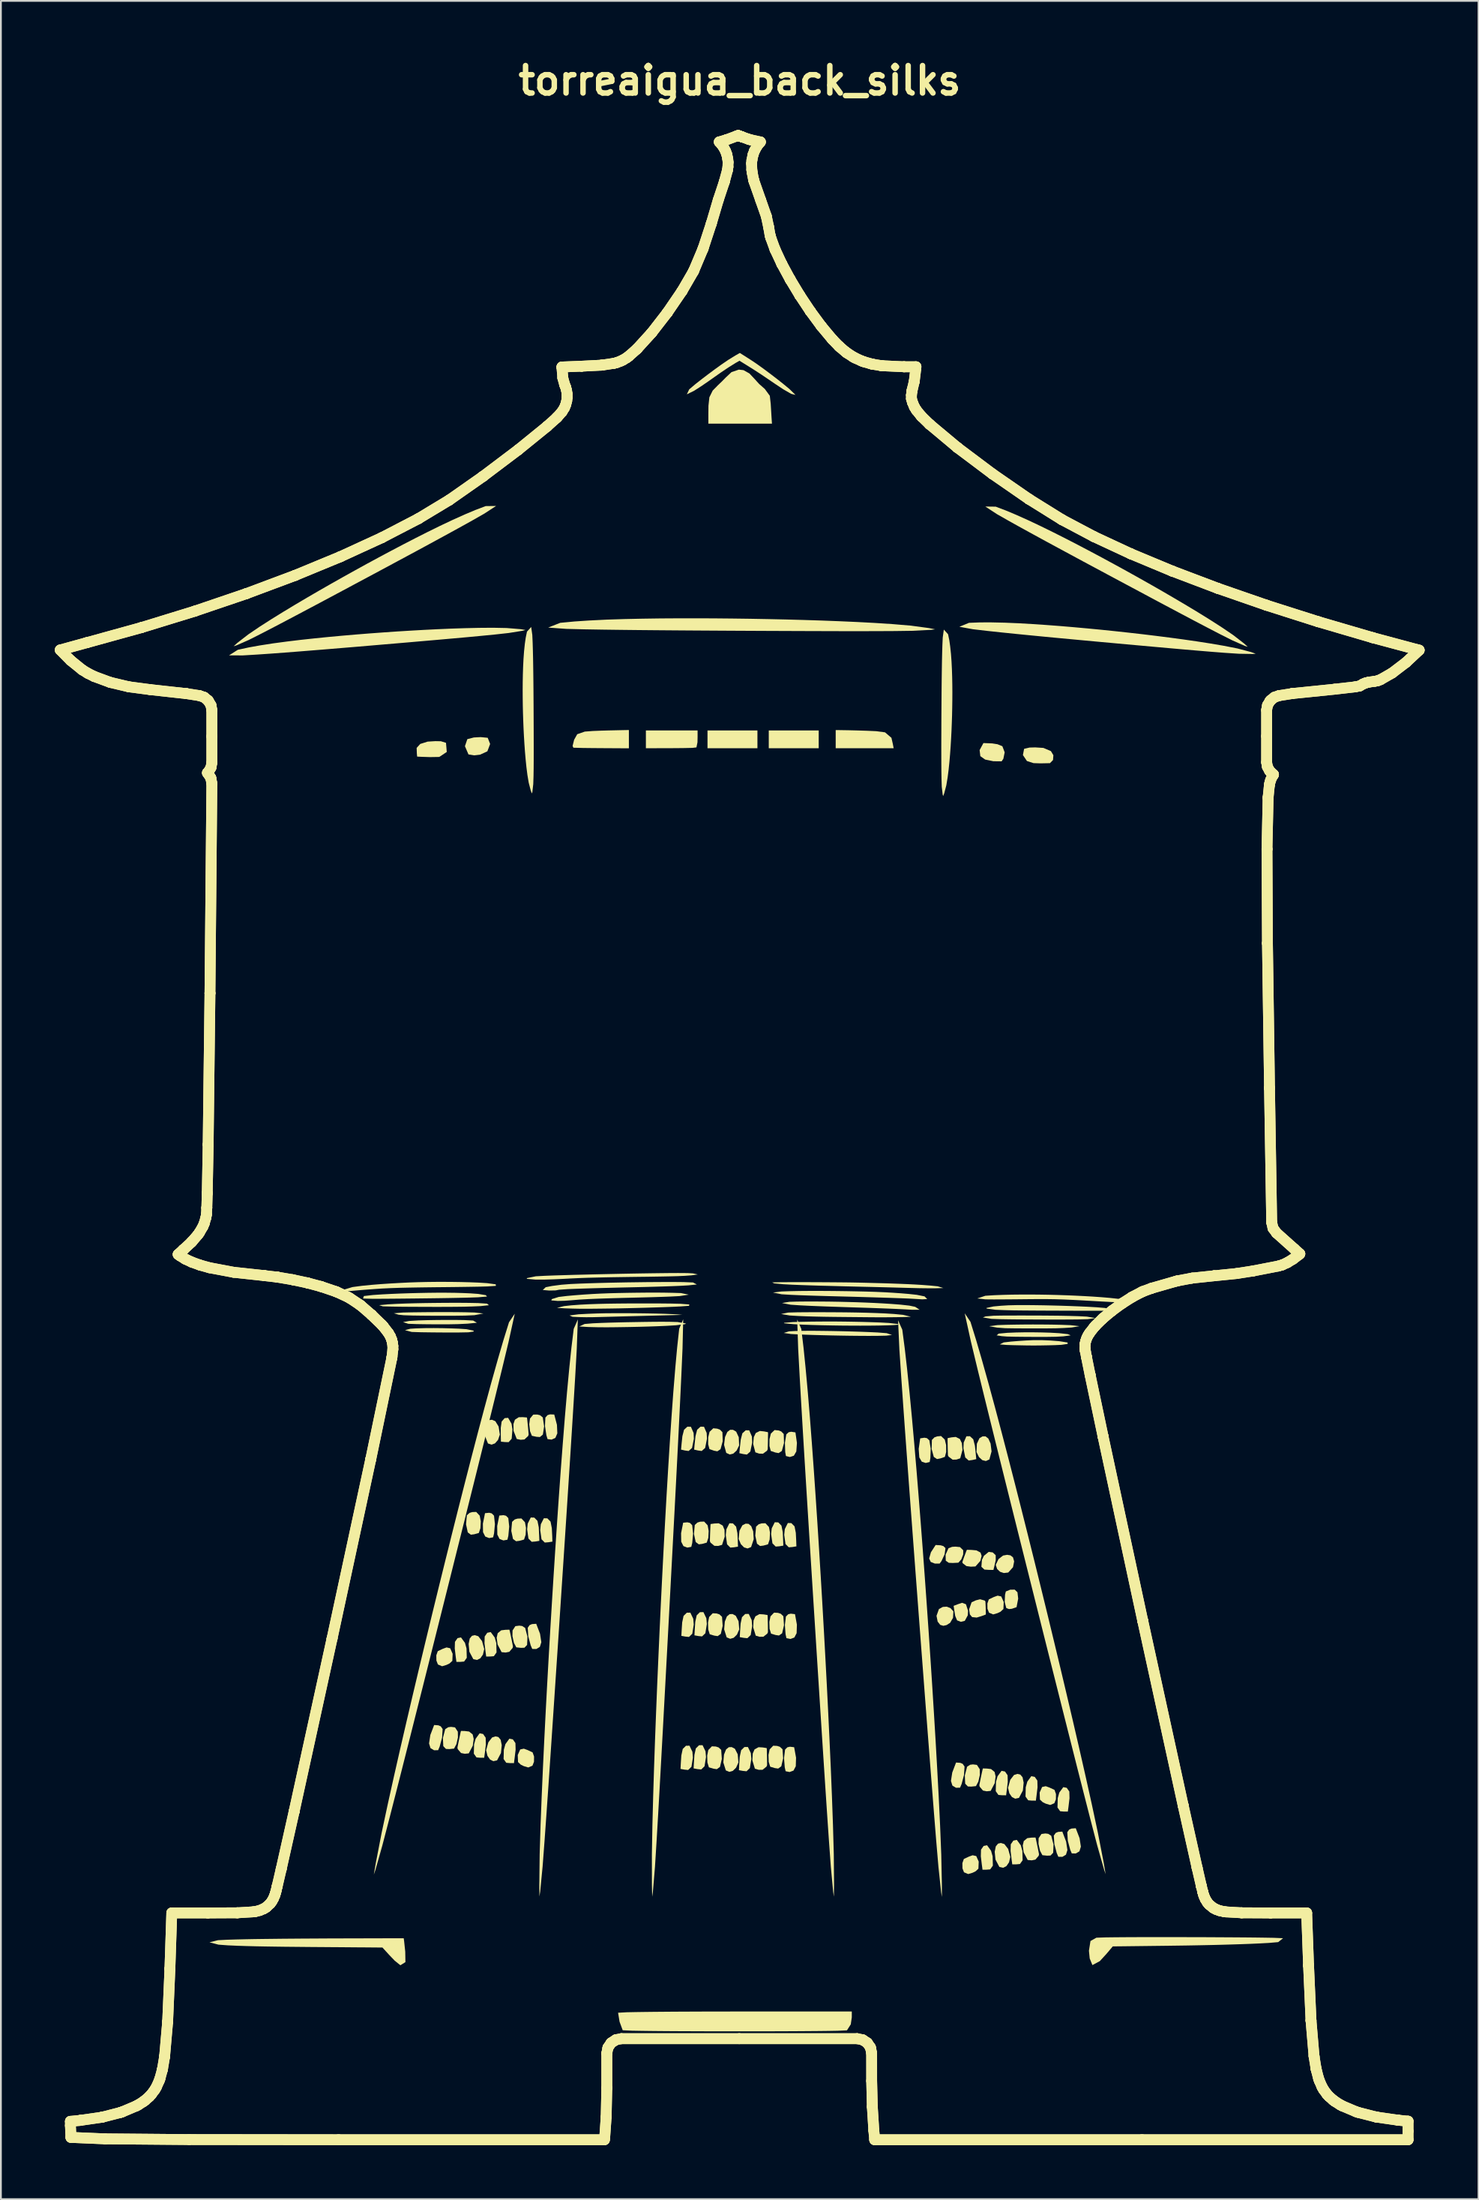
<source format=kicad_pcb>
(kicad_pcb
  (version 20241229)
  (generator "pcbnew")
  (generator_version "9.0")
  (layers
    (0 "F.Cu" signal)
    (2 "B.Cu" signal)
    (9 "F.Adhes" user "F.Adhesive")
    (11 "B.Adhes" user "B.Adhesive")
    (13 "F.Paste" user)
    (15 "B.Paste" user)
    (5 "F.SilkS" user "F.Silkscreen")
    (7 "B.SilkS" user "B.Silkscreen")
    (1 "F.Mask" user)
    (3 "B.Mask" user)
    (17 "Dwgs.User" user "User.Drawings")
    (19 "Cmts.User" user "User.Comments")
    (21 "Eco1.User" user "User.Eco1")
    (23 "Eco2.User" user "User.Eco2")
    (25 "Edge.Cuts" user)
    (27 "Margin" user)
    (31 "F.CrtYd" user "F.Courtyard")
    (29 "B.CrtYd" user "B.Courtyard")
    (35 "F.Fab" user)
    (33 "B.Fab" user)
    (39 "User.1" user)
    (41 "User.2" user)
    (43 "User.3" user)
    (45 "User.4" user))
  (footprint "torreaigua_back_silks"
    (layer "F.Cu")
    (at 38.059 60.132)
    (property "Reference" "torreaigua_back_silks" (at 0 -58.706 0) (layer "F.SilkS") (effects (font (size 1.524 1.524) (thickness 0.305))))
    (attr smd)
    (fp_line (start -37.759 -27.083) (end -36.294 -27.486) (stroke (width 0.6) (type solid)) (layer "F.SilkS"))
    (fp_line (start -37.759 -27.083) (end -36.294 -27.486) (stroke (width 0.6) (type solid)) (layer "F.SilkS"))
    (fp_line (start -37.195 54.637) (end -36.663 54.585) (stroke (width 0.6) (type solid)) (layer "F.SilkS"))
    (fp_line (start -37.195 54.873) (end -37.195 54.637) (stroke (width 0.6) (type solid)) (layer "F.SilkS"))
    (fp_line (start -37.195 54.637) (end -36.663 54.585) (stroke (width 0.6) (type solid)) (layer "F.SilkS"))
    (fp_line (start -37.195 54.873) (end -37.195 54.637) (stroke (width 0.6) (type solid)) (layer "F.SilkS"))
    (fp_line (start -37.185 -26.503) (end -37.759 -27.083) (stroke (width 0.6) (type solid)) (layer "F.SilkS"))
    (fp_line (start -37.185 -26.503) (end -37.759 -27.083) (stroke (width 0.6) (type solid)) (layer "F.SilkS"))
    (fp_line (start -37.166 55.529) (end -37.195 54.873) (stroke (width 0.6) (type solid)) (layer "F.SilkS"))
    (fp_line (start -37.166 55.529) (end -37.195 54.873) (stroke (width 0.6) (type solid)) (layer "F.SilkS"))
    (fp_line (start -36.663 54.585) (end -36.629 54.58) (stroke (width 0.6) (type solid)) (layer "F.SilkS"))
    (fp_line (start -36.663 54.585) (end -36.629 54.58) (stroke (width 0.6) (type solid)) (layer "F.SilkS"))
    (fp_line (start -36.629 54.58) (end -35.481 54.414) (stroke (width 0.6) (type solid)) (layer "F.SilkS"))
    (fp_line (start -36.629 54.58) (end -35.481 54.415) (stroke (width 0.6) (type solid)) (layer "F.SilkS"))
    (fp_line (start -36.538 -25.979) (end -37.185 -26.503) (stroke (width 0.6) (type solid)) (layer "F.SilkS"))
    (fp_line (start -36.538 -25.979) (end -37.185 -26.503) (stroke (width 0.6) (type solid)) (layer "F.SilkS"))
    (fp_line (start -36.294 -27.486) (end -36.293 -27.486) (stroke (width 0.6) (type solid)) (layer "F.SilkS"))
    (fp_line (start -36.294 -27.486) (end -36.293 -27.486) (stroke (width 0.6) (type solid)) (layer "F.SilkS"))
    (fp_line (start -36.293 -27.486) (end -33.274 -28.32) (stroke (width 0.6) (type solid)) (layer "F.SilkS"))
    (fp_line (start -36.293 -27.486) (end -33.274 -28.32) (stroke (width 0.6) (type solid)) (layer "F.SilkS"))
    (fp_line (start -36.229 -25.789) (end -36.538 -25.979) (stroke (width 0.6) (type solid)) (layer "F.SilkS"))
    (fp_line (start -36.229 -25.789) (end -36.538 -25.979) (stroke (width 0.6) (type solid)) (layer "F.SilkS"))
    (fp_line (start -35.872 -25.611) (end -36.229 -25.789) (stroke (width 0.6) (type solid)) (layer "F.SilkS"))
    (fp_line (start -35.872 -25.611) (end -36.229 -25.789) (stroke (width 0.6) (type solid)) (layer "F.SilkS"))
    (fp_line (start -35.481 54.414) (end -35.399 54.398) (stroke (width 0.6) (type solid)) (layer "F.SilkS"))
    (fp_line (start -35.481 54.415) (end -35.399 54.398) (stroke (width 0.6) (type solid)) (layer "F.SilkS"))
    (fp_line (start -35.399 54.398) (end -34.424 54.147) (stroke (width 0.6) (type solid)) (layer "F.SilkS"))
    (fp_line (start -35.399 54.398) (end -34.424 54.147) (stroke (width 0.6) (type solid)) (layer "F.SilkS"))
    (fp_line (start -35.265 55.61) (end -37.166 55.529) (stroke (width 0.6) (type solid)) (layer "F.SilkS"))
    (fp_line (start -35.265 55.61) (end -37.166 55.529) (stroke (width 0.6) (type solid)) (layer "F.SilkS"))
    (fp_line (start -34.984 -25.283) (end -35.872 -25.611) (stroke (width 0.6) (type solid)) (layer "F.SilkS"))
    (fp_line (start -34.984 -25.283) (end -35.872 -25.611) (stroke (width 0.6) (type solid)) (layer "F.SilkS"))
    (fp_line (start -34.424 54.147) (end -34.315 54.111) (stroke (width 0.6) (type solid)) (layer "F.SilkS"))
    (fp_line (start -34.424 54.147) (end -34.315 54.111) (stroke (width 0.6) (type solid)) (layer "F.SilkS"))
    (fp_line (start -34.315 54.111) (end -33.546 53.786) (stroke (width 0.6) (type solid)) (layer "F.SilkS"))
    (fp_line (start -34.315 54.111) (end -33.546 53.786) (stroke (width 0.6) (type solid)) (layer "F.SilkS"))
    (fp_line (start -33.952 -25.038) (end -34.984 -25.283) (stroke (width 0.6) (type solid)) (layer "F.SilkS"))
    (fp_line (start -33.952 -25.038) (end -34.984 -25.283) (stroke (width 0.6) (type solid)) (layer "F.SilkS"))
    (fp_line (start -33.546 53.786) (end -33.434 53.727) (stroke (width 0.6) (type solid)) (layer "F.SilkS"))
    (fp_line (start -33.546 53.786) (end -33.434 53.727) (stroke (width 0.6) (type solid)) (layer "F.SilkS"))
    (fp_line (start -33.434 53.727) (end -33.138 53.539) (stroke (width 0.6) (type solid)) (layer "F.SilkS"))
    (fp_line (start -33.434 53.727) (end -33.138 53.539) (stroke (width 0.6) (type solid)) (layer "F.SilkS"))
    (fp_line (start -33.274 -28.32) (end -33.253 -28.326) (stroke (width 0.6) (type solid)) (layer "F.SilkS"))
    (fp_line (start -33.274 -28.32) (end -33.253 -28.326) (stroke (width 0.6) (type solid)) (layer "F.SilkS"))
    (fp_line (start -33.253 -28.326) (end -30.3 -29.233) (stroke (width 0.6) (type solid)) (layer "F.SilkS"))
    (fp_line (start -33.253 -28.326) (end -30.3 -29.233) (stroke (width 0.6) (type solid)) (layer "F.SilkS"))
    (fp_line (start -33.138 53.539) (end -33.043 53.467) (stroke (width 0.6) (type solid)) (layer "F.SilkS"))
    (fp_line (start -33.138 53.539) (end -33.043 53.467) (stroke (width 0.6) (type solid)) (layer "F.SilkS"))
    (fp_line (start -33.043 53.467) (end -32.811 53.263) (stroke (width 0.6) (type solid)) (layer "F.SilkS"))
    (fp_line (start -33.043 53.467) (end -32.811 53.263) (stroke (width 0.6) (type solid)) (layer "F.SilkS"))
    (fp_line (start -32.811 53.263) (end -32.701 53.143) (stroke (width 0.6) (type solid)) (layer "F.SilkS"))
    (fp_line (start -32.811 53.263) (end -32.701 53.143) (stroke (width 0.6) (type solid)) (layer "F.SilkS"))
    (fp_line (start -32.764 -24.881) (end -33.952 -25.038) (stroke (width 0.6) (type solid)) (layer "F.SilkS"))
    (fp_line (start -32.764 -24.881) (end -33.952 -25.038) (stroke (width 0.6) (type solid)) (layer "F.SilkS"))
    (fp_line (start -32.701 53.143) (end -32.506 52.879) (stroke (width 0.6) (type solid)) (layer "F.SilkS"))
    (fp_line (start -32.701 53.143) (end -32.506 52.879) (stroke (width 0.6) (type solid)) (layer "F.SilkS"))
    (fp_line (start -32.506 52.879) (end -32.423 52.738) (stroke (width 0.6) (type solid)) (layer "F.SilkS"))
    (fp_line (start -32.506 52.879) (end -32.423 52.738) (stroke (width 0.6) (type solid)) (layer "F.SilkS"))
    (fp_line (start -32.423 52.738) (end -32.262 52.379) (stroke (width 0.6) (type solid)) (layer "F.SilkS"))
    (fp_line (start -32.423 52.738) (end -32.262 52.379) (stroke (width 0.6) (type solid)) (layer "F.SilkS"))
    (fp_line (start -32.262 52.379) (end -32.222 52.267) (stroke (width 0.6) (type solid)) (layer "F.SilkS"))
    (fp_line (start -32.262 52.379) (end -32.222 52.267) (stroke (width 0.6) (type solid)) (layer "F.SilkS"))
    (fp_line (start -32.222 52.267) (end -32.09 51.783) (stroke (width 0.6) (type solid)) (layer "F.SilkS"))
    (fp_line (start -32.222 52.267) (end -32.09 51.783) (stroke (width 0.6) (type solid)) (layer "F.SilkS"))
    (fp_line (start -32.09 51.783) (end -32.074 51.708) (stroke (width 0.6) (type solid)) (layer "F.SilkS"))
    (fp_line (start -32.09 51.783) (end -32.074 51.708) (stroke (width 0.6) (type solid)) (layer "F.SilkS"))
    (fp_line (start -32.074 51.708) (end -31.966 51.066) (stroke (width 0.6) (type solid)) (layer "F.SilkS"))
    (fp_line (start -32.074 51.708) (end -31.966 51.066) (stroke (width 0.6) (type solid)) (layer "F.SilkS"))
    (fp_line (start -31.966 51.066) (end -31.958 51.005) (stroke (width 0.6) (type solid)) (layer "F.SilkS"))
    (fp_line (start -31.966 51.066) (end -31.958 51.005) (stroke (width 0.6) (type solid)) (layer "F.SilkS"))
    (fp_line (start -31.958 51.005) (end -31.793 49.116) (stroke (width 0.6) (type solid)) (layer "F.SilkS"))
    (fp_line (start -31.958 51.005) (end -31.793 49.116) (stroke (width 0.6) (type solid)) (layer "F.SilkS"))
    (fp_line (start -31.793 49.116) (end -31.791 49.083) (stroke (width 0.6) (type solid)) (layer "F.SilkS"))
    (fp_line (start -31.793 49.116) (end -31.791 49.083) (stroke (width 0.6) (type solid)) (layer "F.SilkS"))
    (fp_line (start -31.791 49.083) (end -31.666 46.167) (stroke (width 0.6) (type solid)) (layer "F.SilkS"))
    (fp_line (start -31.791 49.083) (end -31.666 46.167) (stroke (width 0.6) (type solid)) (layer "F.SilkS"))
    (fp_line (start -31.666 46.159) (end -31.563 43.062) (stroke (width 0.6) (type solid)) (layer "F.SilkS"))
    (fp_line (start -31.666 46.167) (end -31.666 46.159) (stroke (width 0.6) (type solid)) (layer "F.SilkS"))
    (fp_line (start -31.666 46.159) (end -31.563 43.062) (stroke (width 0.6) (type solid)) (layer "F.SilkS"))
    (fp_line (start -31.666 46.167) (end -31.666 46.159) (stroke (width 0.6) (type solid)) (layer "F.SilkS"))
    (fp_line (start -31.563 43.062) (end -29.559 43.062) (stroke (width 0.6) (type solid)) (layer "F.SilkS"))
    (fp_line (start -31.563 43.062) (end -29.559 43.062) (stroke (width 0.6) (type solid)) (layer "F.SilkS"))
    (fp_line (start -31.207 6.487) (end -30.92 6.225) (stroke (width 0.6) (type solid)) (layer "F.SilkS"))
    (fp_line (start -31.207 6.487) (end -30.92 6.225) (stroke (width 0.6) (type solid)) (layer "F.SilkS"))
    (fp_line (start -31.113 6.559) (end -31.207 6.487) (stroke (width 0.6) (type solid)) (layer "F.SilkS"))
    (fp_line (start -31.113 6.559) (end -31.207 6.487) (stroke (width 0.6) (type solid)) (layer "F.SilkS"))
    (fp_line (start -30.92 6.225) (end -30.914 6.22) (stroke (width 0.6) (type solid)) (layer "F.SilkS"))
    (fp_line (start -30.92 6.225) (end -30.914 6.22) (stroke (width 0.6) (type solid)) (layer "F.SilkS"))
    (fp_line (start -30.914 6.22) (end -30.481 5.818) (stroke (width 0.6) (type solid)) (layer "F.SilkS"))
    (fp_line (start -30.914 6.22) (end -30.481 5.818) (stroke (width 0.6) (type solid)) (layer "F.SilkS"))
    (fp_line (start -30.817 6.743) (end -31.113 6.559) (stroke (width 0.6) (type solid)) (layer "F.SilkS"))
    (fp_line (start -30.817 6.743) (end -31.113 6.559) (stroke (width 0.6) (type solid)) (layer "F.SilkS"))
    (fp_line (start -30.759 -24.66) (end -32.764 -24.881) (stroke (width 0.6) (type solid)) (layer "F.SilkS"))
    (fp_line (start -30.759 -24.66) (end -32.764 -24.881) (stroke (width 0.6) (type solid)) (layer "F.SilkS"))
    (fp_line (start -30.724 -24.656) (end -30.759 -24.66) (stroke (width 0.6) (type solid)) (layer "F.SilkS"))
    (fp_line (start -30.724 -24.656) (end -30.759 -24.66) (stroke (width 0.6) (type solid)) (layer "F.SilkS"))
    (fp_line (start -30.598 55.649) (end -35.265 55.61) (stroke (width 0.6) (type solid)) (layer "F.SilkS"))
    (fp_line (start -30.598 55.649) (end -35.265 55.61) (stroke (width 0.6) (type solid)) (layer "F.SilkS"))
    (fp_line (start -30.481 5.818) (end -30.421 5.754) (stroke (width 0.6) (type solid)) (layer "F.SilkS"))
    (fp_line (start -30.481 5.818) (end -30.421 5.754) (stroke (width 0.6) (type solid)) (layer "F.SilkS"))
    (fp_line (start -30.451 6.915) (end -30.817 6.743) (stroke (width 0.6) (type solid)) (layer "F.SilkS"))
    (fp_line (start -30.451 6.915) (end -30.817 6.743) (stroke (width 0.6) (type solid)) (layer "F.SilkS"))
    (fp_line (start -30.421 5.754) (end -30.112 5.394) (stroke (width 0.6) (type solid)) (layer "F.SilkS"))
    (fp_line (start -30.421 5.754) (end -30.112 5.394) (stroke (width 0.6) (type solid)) (layer "F.SilkS"))
    (fp_line (start -30.3 -29.233) (end -30.279 -29.24) (stroke (width 0.6) (type solid)) (layer "F.SilkS"))
    (fp_line (start -30.3 -29.233) (end -30.279 -29.24) (stroke (width 0.6) (type solid)) (layer "F.SilkS"))
    (fp_line (start -30.279 -29.24) (end -27.437 -30.205) (stroke (width 0.6) (type solid)) (layer "F.SilkS"))
    (fp_line (start -30.279 -29.24) (end -27.437 -30.205) (stroke (width 0.6) (type solid)) (layer "F.SilkS"))
    (fp_line (start -30.112 5.394) (end -30.032 5.282) (stroke (width 0.6) (type solid)) (layer "F.SilkS"))
    (fp_line (start -30.112 5.394) (end -30.032 5.282) (stroke (width 0.6) (type solid)) (layer "F.SilkS"))
    (fp_line (start -30.032 5.282) (end -29.836 4.946) (stroke (width 0.6) (type solid)) (layer "F.SilkS"))
    (fp_line (start -30.032 5.282) (end -29.836 4.946) (stroke (width 0.6) (type solid)) (layer "F.SilkS"))
    (fp_line (start -30.022 -24.546) (end -30.724 -24.656) (stroke (width 0.6) (type solid)) (layer "F.SilkS"))
    (fp_line (start -30.022 -24.546) (end -30.724 -24.656) (stroke (width 0.6) (type solid)) (layer "F.SilkS"))
    (fp_line (start -30 7.078) (end -30.451 6.915) (stroke (width 0.6) (type solid)) (layer "F.SilkS"))
    (fp_line (start -30 7.078) (end -30.451 6.915) (stroke (width 0.6) (type solid)) (layer "F.SilkS"))
    (fp_line (start -29.836 4.946) (end -29.762 4.773) (stroke (width 0.6) (type solid)) (layer "F.SilkS"))
    (fp_line (start -29.836 4.946) (end -29.762 4.773) (stroke (width 0.6) (type solid)) (layer "F.SilkS"))
    (fp_line (start -29.767 -24.458) (end -30.022 -24.546) (stroke (width 0.6) (type solid)) (layer "F.SilkS"))
    (fp_line (start -29.767 -24.458) (end -30.022 -24.546) (stroke (width 0.6) (type solid)) (layer "F.SilkS"))
    (fp_line (start -29.762 4.773) (end -29.666 4.442) (stroke (width 0.6) (type solid)) (layer "F.SilkS"))
    (fp_line (start -29.762 4.773) (end -29.666 4.442) (stroke (width 0.6) (type solid)) (layer "F.SilkS"))
    (fp_line (start -29.666 4.442) (end -29.636 4.271) (stroke (width 0.6) (type solid)) (layer "F.SilkS"))
    (fp_line (start -29.666 4.442) (end -29.636 4.271) (stroke (width 0.6) (type solid)) (layer "F.SilkS"))
    (fp_line (start -29.636 4.271) (end -29.616 3.907) (stroke (width 0.6) (type solid)) (layer "F.SilkS"))
    (fp_line (start -29.636 4.271) (end -29.616 3.907) (stroke (width 0.6) (type solid)) (layer "F.SilkS"))
    (fp_line (start -29.616 3.907) (end -29.615 3.886) (stroke (width 0.6) (type solid)) (layer "F.SilkS"))
    (fp_line (start -29.616 3.907) (end -29.615 3.886) (stroke (width 0.6) (type solid)) (layer "F.SilkS"))
    (fp_line (start -29.615 3.886) (end -29.592 3.091) (stroke (width 0.6) (type solid)) (layer "F.SilkS"))
    (fp_line (start -29.615 3.886) (end -29.592 3.091) (stroke (width 0.6) (type solid)) (layer "F.SilkS"))
    (fp_line (start -29.592 3.091) (end -29.591 3.083) (stroke (width 0.6) (type solid)) (layer "F.SilkS"))
    (fp_line (start -29.592 3.091) (end -29.591 3.083) (stroke (width 0.6) (type solid)) (layer "F.SilkS"))
    (fp_line (start -29.591 3.083) (end -29.54 0.388) (stroke (width 0.6) (type solid)) (layer "F.SilkS"))
    (fp_line (start -29.591 3.083) (end -29.54 0.388) (stroke (width 0.6) (type solid)) (layer "F.SilkS"))
    (fp_line (start -29.58 -20.256) (end -29.559 -20.278) (stroke (width 0.6) (type solid)) (layer "F.SilkS"))
    (fp_line (start -29.58 -20.256) (end -29.559 -20.278) (stroke (width 0.6) (type solid)) (layer "F.SilkS"))
    (fp_line (start -29.559 43.062) (end -29.556 43.062) (stroke (width 0.6) (type solid)) (layer "F.SilkS"))
    (fp_line (start -29.559 43.062) (end -29.556 43.062) (stroke (width 0.6) (type solid)) (layer "F.SilkS"))
    (fp_line (start -29.559 -24.288) (end -29.767 -24.458) (stroke (width 0.6) (type solid)) (layer "F.SilkS"))
    (fp_line (start -29.559 -20.278) (end -29.521 -20.321) (stroke (width 0.6) (type solid)) (layer "F.SilkS"))
    (fp_line (start -29.559 -24.288) (end -29.767 -24.458) (stroke (width 0.6) (type solid)) (layer "F.SilkS"))
    (fp_line (start -29.559 -20.278) (end -29.521 -20.321) (stroke (width 0.6) (type solid)) (layer "F.SilkS"))
    (fp_line (start -29.556 43.062) (end -27.941 43.054) (stroke (width 0.6) (type solid)) (layer "F.SilkS"))
    (fp_line (start -29.556 43.062) (end -27.941 43.054) (stroke (width 0.6) (type solid)) (layer "F.SilkS"))
    (fp_line (start -29.54 0.383) (end -29.44 -8.02) (stroke (width 0.6) (type solid)) (layer "F.SilkS"))
    (fp_line (start -29.54 0.388) (end -29.54 0.383) (stroke (width 0.6) (type solid)) (layer "F.SilkS"))
    (fp_line (start -29.54 0.383) (end -29.44 -8.02) (stroke (width 0.6) (type solid)) (layer "F.SilkS"))
    (fp_line (start -29.54 0.388) (end -29.54 0.383) (stroke (width 0.6) (type solid)) (layer "F.SilkS"))
    (fp_line (start -29.521 -24.244) (end -29.559 -24.288) (stroke (width 0.6) (type solid)) (layer "F.SilkS"))
    (fp_line (start -29.521 -20.321) (end -29.384 -20.555) (stroke (width 0.6) (type solid)) (layer "F.SilkS"))
    (fp_line (start -29.521 -24.244) (end -29.559 -24.288) (stroke (width 0.6) (type solid)) (layer "F.SilkS"))
    (fp_line (start -29.521 -20.321) (end -29.384 -20.555) (stroke (width 0.6) (type solid)) (layer "F.SilkS"))
    (fp_line (start -29.471 7.226) (end -30 7.078) (stroke (width 0.6) (type solid)) (layer "F.SilkS"))
    (fp_line (start -29.471 7.226) (end -30 7.078) (stroke (width 0.6) (type solid)) (layer "F.SilkS"))
    (fp_line (start -29.44 -8.023) (end -29.335 -19.669) (stroke (width 0.6) (type solid)) (layer "F.SilkS"))
    (fp_line (start -29.44 -8.02) (end -29.44 -8.023) (stroke (width 0.6) (type solid)) (layer "F.SilkS"))
    (fp_line (start -29.44 -8.023) (end -29.335 -19.669) (stroke (width 0.6) (type solid)) (layer "F.SilkS"))
    (fp_line (start -29.44 -8.02) (end -29.44 -8.023) (stroke (width 0.6) (type solid)) (layer "F.SilkS"))
    (fp_line (start -29.404 -19.994) (end -29.58 -20.256) (stroke (width 0.6) (type solid)) (layer "F.SilkS"))
    (fp_line (start -29.404 -19.994) (end -29.58 -20.256) (stroke (width 0.6) (type solid)) (layer "F.SilkS"))
    (fp_line (start -29.391 -19.962) (end -29.404 -19.994) (stroke (width 0.6) (type solid)) (layer "F.SilkS"))
    (fp_line (start -29.391 -19.962) (end -29.404 -19.994) (stroke (width 0.6) (type solid)) (layer "F.SilkS"))
    (fp_line (start -29.384 -24.01) (end -29.521 -24.244) (stroke (width 0.6) (type solid)) (layer "F.SilkS"))
    (fp_line (start -29.384 -20.555) (end -29.336 -20.821) (stroke (width 0.6) (type solid)) (layer "F.SilkS"))
    (fp_line (start -29.384 -24.01) (end -29.521 -24.244) (stroke (width 0.6) (type solid)) (layer "F.SilkS"))
    (fp_line (start -29.384 -20.555) (end -29.336 -20.821) (stroke (width 0.6) (type solid)) (layer "F.SilkS"))
    (fp_line (start -29.336 -23.744) (end -29.384 -24.01) (stroke (width 0.6) (type solid)) (layer "F.SilkS"))
    (fp_line (start -29.336 -22.283) (end -29.336 -23.744) (stroke (width 0.6) (type solid)) (layer "F.SilkS"))
    (fp_line (start -29.336 -20.821) (end -29.336 -22.283) (stroke (width 0.6) (type solid)) (layer "F.SilkS"))
    (fp_line (start -29.336 -23.744) (end -29.384 -24.01) (stroke (width 0.6) (type solid)) (layer "F.SilkS"))
    (fp_line (start -29.336 -22.283) (end -29.336 -23.744) (stroke (width 0.6) (type solid)) (layer "F.SilkS"))
    (fp_line (start -29.336 -20.821) (end -29.336 -22.283) (stroke (width 0.6) (type solid)) (layer "F.SilkS"))
    (fp_line (start -29.335 -19.669) (end -29.391 -19.962) (stroke (width 0.6) (type solid)) (layer "F.SilkS"))
    (fp_line (start -29.335 -19.669) (end -29.391 -19.962) (stroke (width 0.6) (type solid)) (layer "F.SilkS"))
    (fp_line (start -28.124 7.48) (end -29.471 7.226) (stroke (width 0.6) (type solid)) (layer "F.SilkS"))
    (fp_line (start -28.124 7.48) (end -29.471 7.226) (stroke (width 0.6) (type solid)) (layer "F.SilkS"))
    (fp_line (start -27.941 43.054) (end -27.9 43.053) (stroke (width 0.6) (type solid)) (layer "F.SilkS"))
    (fp_line (start -27.941 43.054) (end -27.9 43.053) (stroke (width 0.6) (type solid)) (layer "F.SilkS"))
    (fp_line (start -27.9 43.053) (end -27.046 43.002) (stroke (width 0.6) (type solid)) (layer "F.SilkS"))
    (fp_line (start -27.9 43.053) (end -27.046 43.002) (stroke (width 0.6) (type solid)) (layer "F.SilkS"))
    (fp_line (start -27.437 -30.205) (end -27.414 -30.213) (stroke (width 0.6) (type solid)) (layer "F.SilkS"))
    (fp_line (start -27.437 -30.205) (end -27.414 -30.213) (stroke (width 0.6) (type solid)) (layer "F.SilkS"))
    (fp_line (start -27.414 -30.213) (end -24.722 -31.219) (stroke (width 0.6) (type solid)) (layer "F.SilkS"))
    (fp_line (start -27.414 -30.213) (end -24.722 -31.219) (stroke (width 0.6) (type solid)) (layer "F.SilkS"))
    (fp_line (start -27.046 43.002) (end -26.908 42.982) (stroke (width 0.6) (type solid)) (layer "F.SilkS"))
    (fp_line (start -27.046 43.002) (end -26.908 42.982) (stroke (width 0.6) (type solid)) (layer "F.SilkS"))
    (fp_line (start -26.908 42.982) (end -26.676 42.924) (stroke (width 0.6) (type solid)) (layer "F.SilkS"))
    (fp_line (start -26.908 42.982) (end -26.676 42.924) (stroke (width 0.6) (type solid)) (layer "F.SilkS"))
    (fp_line (start -26.676 42.924) (end -26.46 42.834) (stroke (width 0.6) (type solid)) (layer "F.SilkS"))
    (fp_line (start -26.676 42.924) (end -26.46 42.834) (stroke (width 0.6) (type solid)) (layer "F.SilkS"))
    (fp_line (start -26.46 42.834) (end -26.312 42.744) (stroke (width 0.6) (type solid)) (layer "F.SilkS"))
    (fp_line (start -26.46 42.834) (end -26.312 42.744) (stroke (width 0.6) (type solid)) (layer "F.SilkS"))
    (fp_line (start -26.414 7.665) (end -28.124 7.48) (stroke (width 0.6) (type solid)) (layer "F.SilkS"))
    (fp_line (start -26.414 7.665) (end -28.124 7.48) (stroke (width 0.6) (type solid)) (layer "F.SilkS"))
    (fp_line (start -26.408 7.666) (end -26.414 7.665) (stroke (width 0.6) (type solid)) (layer "F.SilkS"))
    (fp_line (start -26.408 7.666) (end -26.414 7.665) (stroke (width 0.6) (type solid)) (layer "F.SilkS"))
    (fp_line (start -26.312 42.744) (end -26.091 42.54) (stroke (width 0.6) (type solid)) (layer "F.SilkS"))
    (fp_line (start -26.312 42.744) (end -26.091 42.54) (stroke (width 0.6) (type solid)) (layer "F.SilkS"))
    (fp_line (start -26.091 42.54) (end -26 42.415) (stroke (width 0.6) (type solid)) (layer "F.SilkS"))
    (fp_line (start -26.091 42.54) (end -26 42.415) (stroke (width 0.6) (type solid)) (layer "F.SilkS"))
    (fp_line (start -26 42.415) (end -25.912 42.258) (stroke (width 0.6) (type solid)) (layer "F.SilkS"))
    (fp_line (start -26 42.415) (end -25.912 42.258) (stroke (width 0.6) (type solid)) (layer "F.SilkS"))
    (fp_line (start -25.912 42.258) (end -25.847 42.102) (stroke (width 0.6) (type solid)) (layer "F.SilkS"))
    (fp_line (start -25.912 42.258) (end -25.847 42.102) (stroke (width 0.6) (type solid)) (layer "F.SilkS"))
    (fp_line (start -25.847 42.102) (end -25.818 42.019) (stroke (width 0.6) (type solid)) (layer "F.SilkS"))
    (fp_line (start -25.847 42.102) (end -25.818 42.019) (stroke (width 0.6) (type solid)) (layer "F.SilkS"))
    (fp_line (start -25.818 42.019) (end -25.78 41.885) (stroke (width 0.6) (type solid)) (layer "F.SilkS"))
    (fp_line (start -25.818 42.019) (end -25.78 41.885) (stroke (width 0.6) (type solid)) (layer "F.SilkS"))
    (fp_line (start -25.78 41.885) (end -25.773 41.858) (stroke (width 0.6) (type solid)) (layer "F.SilkS"))
    (fp_line (start -25.78 41.885) (end -25.773 41.858) (stroke (width 0.6) (type solid)) (layer "F.SilkS"))
    (fp_line (start -25.773 41.858) (end -25.705 41.584) (stroke (width 0.6) (type solid)) (layer "F.SilkS"))
    (fp_line (start -25.773 41.858) (end -25.705 41.584) (stroke (width 0.6) (type solid)) (layer "F.SilkS"))
    (fp_line (start -25.705 41.584) (end -25.703 41.574) (stroke (width 0.6) (type solid)) (layer "F.SilkS"))
    (fp_line (start -25.705 7.748) (end -26.408 7.666) (stroke (width 0.6) (type solid)) (layer "F.SilkS"))
    (fp_line (start -25.705 41.584) (end -25.703 41.574) (stroke (width 0.6) (type solid)) (layer "F.SilkS"))
    (fp_line (start -25.705 7.748) (end -26.408 7.666) (stroke (width 0.6) (type solid)) (layer "F.SilkS"))
    (fp_line (start -25.703 41.574) (end -25.484 40.634) (stroke (width 0.6) (type solid)) (layer "F.SilkS"))
    (fp_line (start -25.703 41.574) (end -25.484 40.634) (stroke (width 0.6) (type solid)) (layer "F.SilkS"))
    (fp_line (start -25.665 7.754) (end -25.705 7.748) (stroke (width 0.6) (type solid)) (layer "F.SilkS"))
    (fp_line (start -25.665 7.754) (end -25.705 7.748) (stroke (width 0.6) (type solid)) (layer "F.SilkS"))
    (fp_line (start -25.484 40.634) (end -25.482 40.628) (stroke (width 0.6) (type solid)) (layer "F.SilkS"))
    (fp_line (start -25.484 40.634) (end -25.482 40.628) (stroke (width 0.6) (type solid)) (layer "F.SilkS"))
    (fp_line (start -25.482 40.628) (end -24.764 37.431) (stroke (width 0.6) (type solid)) (layer "F.SilkS"))
    (fp_line (start -25.482 40.628) (end -24.764 37.431) (stroke (width 0.6) (type solid)) (layer "F.SilkS"))
    (fp_line (start -24.866 7.89) (end -25.665 7.754) (stroke (width 0.6) (type solid)) (layer "F.SilkS"))
    (fp_line (start -24.866 7.89) (end -25.665 7.754) (stroke (width 0.6) (type solid)) (layer "F.SilkS"))
    (fp_line (start -24.834 7.896) (end -24.866 7.89) (stroke (width 0.6) (type solid)) (layer "F.SilkS"))
    (fp_line (start -24.834 7.896) (end -24.866 7.89) (stroke (width 0.6) (type solid)) (layer "F.SilkS"))
    (fp_line (start -24.764 37.431) (end -24.763 37.427) (stroke (width 0.6) (type solid)) (layer "F.SilkS"))
    (fp_line (start -24.764 37.431) (end -24.763 37.427) (stroke (width 0.6) (type solid)) (layer "F.SilkS"))
    (fp_line (start -24.763 37.427) (end -22.655 27.823) (stroke (width 0.6) (type solid)) (layer "F.SilkS"))
    (fp_line (start -24.763 37.427) (end -22.655 27.823) (stroke (width 0.6) (type solid)) (layer "F.SilkS"))
    (fp_line (start -24.722 -31.219) (end -24.699 -31.228) (stroke (width 0.6) (type solid)) (layer "F.SilkS"))
    (fp_line (start -24.722 -31.219) (end -24.699 -31.228) (stroke (width 0.6) (type solid)) (layer "F.SilkS"))
    (fp_line (start -24.699 -31.228) (end -22.199 -32.26) (stroke (width 0.6) (type solid)) (layer "F.SilkS"))
    (fp_line (start -24.699 -31.228) (end -22.199 -32.26) (stroke (width 0.6) (type solid)) (layer "F.SilkS"))
    (fp_line (start -24.035 8.067) (end -24.834 7.896) (stroke (width 0.6) (type solid)) (layer "F.SilkS"))
    (fp_line (start -24.035 8.067) (end -24.834 7.896) (stroke (width 0.6) (type solid)) (layer "F.SilkS"))
    (fp_line (start -23.997 8.077) (end -24.035 8.067) (stroke (width 0.6) (type solid)) (layer "F.SilkS"))
    (fp_line (start -23.997 8.077) (end -24.035 8.067) (stroke (width 0.6) (type solid)) (layer "F.SilkS"))
    (fp_line (start -23.295 8.265) (end -23.997 8.077) (stroke (width 0.6) (type solid)) (layer "F.SilkS"))
    (fp_line (start -23.295 8.265) (end -23.997 8.077) (stroke (width 0.6) (type solid)) (layer "F.SilkS"))
    (fp_line (start -23.247 8.279) (end -23.295 8.265) (stroke (width 0.6) (type solid)) (layer "F.SilkS"))
    (fp_line (start -23.247 8.279) (end -23.295 8.265) (stroke (width 0.6) (type solid)) (layer "F.SilkS"))
    (fp_line (start -22.655 27.823) (end -22.654 27.821) (stroke (width 0.6) (type solid)) (layer "F.SilkS"))
    (fp_line (start -22.655 27.823) (end -22.654 27.821) (stroke (width 0.6) (type solid)) (layer "F.SilkS"))
    (fp_line (start -22.654 27.821) (end -20.504 17.862) (stroke (width 0.6) (type solid)) (layer "F.SilkS"))
    (fp_line (start -22.654 27.821) (end -20.504 17.862) (stroke (width 0.6) (type solid)) (layer "F.SilkS"))
    (fp_line (start -22.451 8.55) (end -23.247 8.279) (stroke (width 0.6) (type solid)) (layer "F.SilkS"))
    (fp_line (start -22.451 8.55) (end -23.247 8.279) (stroke (width 0.6) (type solid)) (layer "F.SilkS"))
    (fp_line (start -22.375 8.58) (end -22.451 8.55) (stroke (width 0.6) (type solid)) (layer "F.SilkS"))
    (fp_line (start -22.375 8.58) (end -22.451 8.55) (stroke (width 0.6) (type solid)) (layer "F.SilkS"))
    (fp_line (start -22.295 55.658) (end -30.598 55.649) (stroke (width 0.6) (type solid)) (layer "F.SilkS"))
    (fp_line (start -22.295 55.658) (end -30.598 55.649) (stroke (width 0.6) (type solid)) (layer "F.SilkS"))
    (fp_line (start -22.199 -32.26) (end -22.172 -32.272) (stroke (width 0.6) (type solid)) (layer "F.SilkS"))
    (fp_line (start -22.199 -32.26) (end -22.172 -32.272) (stroke (width 0.6) (type solid)) (layer "F.SilkS"))
    (fp_line (start -22.172 -32.272) (end -19.906 -33.312) (stroke (width 0.6) (type solid)) (layer "F.SilkS"))
    (fp_line (start -22.172 -32.272) (end -19.906 -33.312) (stroke (width 0.6) (type solid)) (layer "F.SilkS"))
    (fp_line (start -21.76 8.865) (end -22.375 8.58) (stroke (width 0.6) (type solid)) (layer "F.SilkS"))
    (fp_line (start -21.76 8.865) (end -22.375 8.58) (stroke (width 0.6) (type solid)) (layer "F.SilkS"))
    (fp_line (start -21.658 8.923) (end -21.76 8.865) (stroke (width 0.6) (type solid)) (layer "F.SilkS"))
    (fp_line (start -21.658 8.923) (end -21.76 8.865) (stroke (width 0.6) (type solid)) (layer "F.SilkS"))
    (fp_line (start -21.119 9.282) (end -21.658 8.923) (stroke (width 0.6) (type solid)) (layer "F.SilkS"))
    (fp_line (start -21.119 9.282) (end -21.658 8.923) (stroke (width 0.6) (type solid)) (layer "F.SilkS"))
    (fp_line (start -21.042 9.34) (end -21.119 9.282) (stroke (width 0.6) (type solid)) (layer "F.SilkS"))
    (fp_line (start -21.042 9.34) (end -21.119 9.282) (stroke (width 0.6) (type solid)) (layer "F.SilkS"))
    (fp_line (start -20.504 17.862) (end -20.502 17.856) (stroke (width 0.6) (type solid)) (layer "F.SilkS"))
    (fp_line (start -20.504 17.862) (end -20.502 17.856) (stroke (width 0.6) (type solid)) (layer "F.SilkS"))
    (fp_line (start -20.502 17.856) (end -19.335 12.247) (stroke (width 0.6) (type solid)) (layer "F.SilkS"))
    (fp_line (start -20.502 17.856) (end -19.335 12.247) (stroke (width 0.6) (type solid)) (layer "F.SilkS"))
    (fp_line (start -20.474 9.832) (end -21.042 9.34) (stroke (width 0.6) (type solid)) (layer "F.SilkS"))
    (fp_line (start -20.474 9.832) (end -21.042 9.34) (stroke (width 0.6) (type solid)) (layer "F.SilkS"))
    (fp_line (start -20.444 9.861) (end -20.474 9.832) (stroke (width 0.6) (type solid)) (layer "F.SilkS"))
    (fp_line (start -20.444 9.861) (end -20.474 9.832) (stroke (width 0.6) (type solid)) (layer "F.SilkS"))
    (fp_line (start -19.906 -33.312) (end -19.872 -33.329) (stroke (width 0.6) (type solid)) (layer "F.SilkS"))
    (fp_line (start -19.906 -33.312) (end -19.872 -33.329) (stroke (width 0.6) (type solid)) (layer "F.SilkS"))
    (fp_line (start -19.885 10.401) (end -20.444 9.861) (stroke (width 0.6) (type solid)) (layer "F.SilkS"))
    (fp_line (start -19.885 10.401) (end -20.444 9.861) (stroke (width 0.6) (type solid)) (layer "F.SilkS"))
    (fp_line (start -19.872 -33.329) (end -17.881 -34.362) (stroke (width 0.6) (type solid)) (layer "F.SilkS"))
    (fp_line (start -19.872 -33.329) (end -17.881 -34.362) (stroke (width 0.6) (type solid)) (layer "F.SilkS"))
    (fp_line (start -19.812 10.482) (end -19.885 10.401) (stroke (width 0.6) (type solid)) (layer "F.SilkS"))
    (fp_line (start -19.812 10.482) (end -19.885 10.401) (stroke (width 0.6) (type solid)) (layer "F.SilkS"))
    (fp_line (start -19.521 10.857) (end -19.812 10.482) (stroke (width 0.6) (type solid)) (layer "F.SilkS"))
    (fp_line (start -19.521 10.857) (end -19.812 10.482) (stroke (width 0.6) (type solid)) (layer "F.SilkS"))
    (fp_line (start -19.413 11.046) (end -19.521 10.857) (stroke (width 0.6) (type solid)) (layer "F.SilkS"))
    (fp_line (start -19.413 11.046) (end -19.521 10.857) (stroke (width 0.6) (type solid)) (layer "F.SilkS"))
    (fp_line (start -19.347 11.213) (end -19.413 11.046) (stroke (width 0.6) (type solid)) (layer "F.SilkS"))
    (fp_line (start -19.347 11.213) (end -19.413 11.046) (stroke (width 0.6) (type solid)) (layer "F.SilkS"))
    (fp_line (start -19.335 12.247) (end -19.324 12.178) (stroke (width 0.6) (type solid)) (layer "F.SilkS"))
    (fp_line (start -19.335 12.247) (end -19.324 12.178) (stroke (width 0.6) (type solid)) (layer "F.SilkS"))
    (fp_line (start -19.324 12.178) (end -19.276 11.755) (stroke (width 0.6) (type solid)) (layer "F.SilkS"))
    (fp_line (start -19.324 12.178) (end -19.276 11.755) (stroke (width 0.6) (type solid)) (layer "F.SilkS"))
    (fp_line (start -19.299 11.397) (end -19.347 11.213) (stroke (width 0.6) (type solid)) (layer "F.SilkS"))
    (fp_line (start -19.299 11.397) (end -19.347 11.213) (stroke (width 0.6) (type solid)) (layer "F.SilkS"))
    (fp_line (start -19.277 11.571) (end -19.299 11.397) (stroke (width 0.6) (type solid)) (layer "F.SilkS"))
    (fp_line (start -19.277 11.571) (end -19.299 11.397) (stroke (width 0.6) (type solid)) (layer "F.SilkS"))
    (fp_line (start -19.276 11.755) (end -19.277 11.571) (stroke (width 0.6) (type solid)) (layer "F.SilkS"))
    (fp_line (start -19.276 11.755) (end -19.277 11.571) (stroke (width 0.6) (type solid)) (layer "F.SilkS"))
    (fp_line (start -17.881 -34.362) (end -17.839 -34.386) (stroke (width 0.6) (type solid)) (layer "F.SilkS"))
    (fp_line (start -17.881 -34.362) (end -17.839 -34.386) (stroke (width 0.6) (type solid)) (layer "F.SilkS"))
    (fp_line (start -17.839 -34.386) (end -16.163 -35.397) (stroke (width 0.6) (type solid)) (layer "F.SilkS"))
    (fp_line (start -17.839 -34.386) (end -16.163 -35.397) (stroke (width 0.6) (type solid)) (layer "F.SilkS"))
    (fp_line (start -16.163 -35.397) (end -16.119 -35.425) (stroke (width 0.6) (type solid)) (layer "F.SilkS"))
    (fp_line (start -16.163 -35.397) (end -16.119 -35.425) (stroke (width 0.6) (type solid)) (layer "F.SilkS"))
    (fp_line (start -16.119 -35.425) (end -14.28 -36.714) (stroke (width 0.6) (type solid)) (layer "F.SilkS"))
    (fp_line (start -16.119 -35.425) (end -14.28 -36.714) (stroke (width 0.6) (type solid)) (layer "F.SilkS"))
    (fp_line (start -14.28 -36.714) (end -14.259 -36.729) (stroke (width 0.6) (type solid)) (layer "F.SilkS"))
    (fp_line (start -14.28 -36.714) (end -14.259 -36.729) (stroke (width 0.6) (type solid)) (layer "F.SilkS"))
    (fp_line (start -14.259 -36.729) (end -12.32 -38.192) (stroke (width 0.6) (type solid)) (layer "F.SilkS"))
    (fp_line (start -14.259 -36.729) (end -12.32 -38.192) (stroke (width 0.6) (type solid)) (layer "F.SilkS"))
    (fp_line (start -12.32 -38.192) (end -12.298 -38.209) (stroke (width 0.6) (type solid)) (layer "F.SilkS"))
    (fp_line (start -12.32 -38.192) (end -12.298 -38.209) (stroke (width 0.6) (type solid)) (layer "F.SilkS"))
    (fp_line (start -12.298 -38.209) (end -10.723 -39.487) (stroke (width 0.6) (type solid)) (layer "F.SilkS"))
    (fp_line (start -12.298 -38.209) (end -10.723 -39.487) (stroke (width 0.6) (type solid)) (layer "F.SilkS"))
    (fp_line (start -10.723 -39.487) (end -10.693 -39.513) (stroke (width 0.6) (type solid)) (layer "F.SilkS"))
    (fp_line (start -10.723 -39.487) (end -10.693 -39.513) (stroke (width 0.6) (type solid)) (layer "F.SilkS"))
    (fp_line (start -10.693 -39.513) (end -10.185 -39.969) (stroke (width 0.6) (type solid)) (layer "F.SilkS"))
    (fp_line (start -10.693 -39.513) (end -10.185 -39.969) (stroke (width 0.6) (type solid)) (layer "F.SilkS"))
    (fp_line (start -10.185 -39.969) (end -10.122 -40.033) (stroke (width 0.6) (type solid)) (layer "F.SilkS"))
    (fp_line (start -10.185 -39.969) (end -10.122 -40.033) (stroke (width 0.6) (type solid)) (layer "F.SilkS"))
    (fp_line (start -10.122 -40.033) (end -9.873 -40.318) (stroke (width 0.6) (type solid)) (layer "F.SilkS"))
    (fp_line (start -10.122 -40.033) (end -9.873 -40.318) (stroke (width 0.6) (type solid)) (layer "F.SilkS"))
    (fp_line (start -9.879 -42.8) (end -8.791 -42.844) (stroke (width 0.6) (type solid)) (layer "F.SilkS"))
    (fp_line (start -9.879 -42.779) (end -9.879 -42.8) (stroke (width 0.6) (type solid)) (layer "F.SilkS"))
    (fp_line (start -9.879 -42.8) (end -8.791 -42.844) (stroke (width 0.6) (type solid)) (layer "F.SilkS"))
    (fp_line (start -9.879 -42.779) (end -9.879 -42.8) (stroke (width 0.6) (type solid)) (layer "F.SilkS"))
    (fp_line (start -9.873 -40.318) (end -9.735 -40.543) (stroke (width 0.6) (type solid)) (layer "F.SilkS"))
    (fp_line (start -9.873 -40.318) (end -9.735 -40.543) (stroke (width 0.6) (type solid)) (layer "F.SilkS"))
    (fp_line (start -9.831 -42.194) (end -9.879 -42.779) (stroke (width 0.6) (type solid)) (layer "F.SilkS"))
    (fp_line (start -9.831 -42.194) (end -9.879 -42.779) (stroke (width 0.6) (type solid)) (layer "F.SilkS"))
    (fp_line (start -9.735 -40.543) (end -9.663 -40.727) (stroke (width 0.6) (type solid)) (layer "F.SilkS"))
    (fp_line (start -9.735 -40.543) (end -9.663 -40.727) (stroke (width 0.6) (type solid)) (layer "F.SilkS"))
    (fp_line (start -9.729 -41.818) (end -9.831 -42.194) (stroke (width 0.6) (type solid)) (layer "F.SilkS"))
    (fp_line (start -9.729 -41.818) (end -9.831 -42.194) (stroke (width 0.6) (type solid)) (layer "F.SilkS"))
    (fp_line (start -9.67 -41.671) (end -9.729 -41.818) (stroke (width 0.6) (type solid)) (layer "F.SilkS"))
    (fp_line (start -9.67 -41.671) (end -9.729 -41.818) (stroke (width 0.6) (type solid)) (layer "F.SilkS"))
    (fp_line (start -9.663 -40.727) (end -9.615 -40.915) (stroke (width 0.6) (type solid)) (layer "F.SilkS"))
    (fp_line (start -9.663 -40.727) (end -9.615 -40.915) (stroke (width 0.6) (type solid)) (layer "F.SilkS"))
    (fp_line (start -9.622 -41.494) (end -9.67 -41.671) (stroke (width 0.6) (type solid)) (layer "F.SilkS"))
    (fp_line (start -9.622 -41.494) (end -9.67 -41.671) (stroke (width 0.6) (type solid)) (layer "F.SilkS"))
    (fp_line (start -9.615 -40.915) (end -9.593 -41.103) (stroke (width 0.6) (type solid)) (layer "F.SilkS"))
    (fp_line (start -9.615 -40.915) (end -9.593 -41.103) (stroke (width 0.6) (type solid)) (layer "F.SilkS"))
    (fp_line (start -9.595 -41.305) (end -9.622 -41.494) (stroke (width 0.6) (type solid)) (layer "F.SilkS"))
    (fp_line (start -9.595 -41.305) (end -9.622 -41.494) (stroke (width 0.6) (type solid)) (layer "F.SilkS"))
    (fp_line (start -9.593 -41.103) (end -9.595 -41.305) (stroke (width 0.6) (type solid)) (layer "F.SilkS"))
    (fp_line (start -9.593 -41.103) (end -9.595 -41.305) (stroke (width 0.6) (type solid)) (layer "F.SilkS"))
    (fp_line (start -8.791 -42.844) (end -8.783 -42.844) (stroke (width 0.6) (type solid)) (layer "F.SilkS"))
    (fp_line (start -8.791 -42.844) (end -8.783 -42.844) (stroke (width 0.6) (type solid)) (layer "F.SilkS"))
    (fp_line (start -8.783 -42.844) (end -7.703 -42.899) (stroke (width 0.6) (type solid)) (layer "F.SilkS"))
    (fp_line (start -8.783 -42.844) (end -7.703 -42.899) (stroke (width 0.6) (type solid)) (layer "F.SilkS"))
    (fp_line (start -7.703 -42.899) (end -7.627 -42.907) (stroke (width 0.6) (type solid)) (layer "F.SilkS"))
    (fp_line (start -7.703 -42.899) (end -7.627 -42.907) (stroke (width 0.6) (type solid)) (layer "F.SilkS"))
    (fp_line (start -7.627 -42.907) (end -6.986 -43.004) (stroke (width 0.6) (type solid)) (layer "F.SilkS"))
    (fp_line (start -7.627 -42.907) (end -6.986 -43.004) (stroke (width 0.6) (type solid)) (layer "F.SilkS"))
    (fp_line (start -7.52 55.658) (end -22.295 55.658) (stroke (width 0.6) (type solid)) (layer "F.SilkS"))
    (fp_line (start -7.52 55.658) (end -22.295 55.658) (stroke (width 0.6) (type solid)) (layer "F.SilkS"))
    (fp_line (start -7.501 55.516) (end -7.52 55.658) (stroke (width 0.6) (type solid)) (layer "F.SilkS"))
    (fp_line (start -7.501 55.516) (end -7.52 55.658) (stroke (width 0.6) (type solid)) (layer "F.SilkS"))
    (fp_line (start -7.421 54.383) (end -7.501 55.516) (stroke (width 0.6) (type solid)) (layer "F.SilkS"))
    (fp_line (start -7.421 54.383) (end -7.501 55.516) (stroke (width 0.6) (type solid)) (layer "F.SilkS"))
    (fp_line (start -7.386 50.857) (end -7.386 52.787) (stroke (width 0.6) (type solid)) (layer "F.SilkS"))
    (fp_line (start -7.386 52.787) (end -7.421 54.383) (stroke (width 0.6) (type solid)) (layer "F.SilkS"))
    (fp_line (start -7.386 50.857) (end -7.386 52.787) (stroke (width 0.6) (type solid)) (layer "F.SilkS"))
    (fp_line (start -7.386 52.787) (end -7.421 54.383) (stroke (width 0.6) (type solid)) (layer "F.SilkS"))
    (fp_line (start -7.329 50.566) (end -7.386 50.857) (stroke (width 0.6) (type solid)) (layer "F.SilkS"))
    (fp_line (start -7.329 50.566) (end -7.386 50.857) (stroke (width 0.6) (type solid)) (layer "F.SilkS"))
    (fp_line (start -7.316 50.534) (end -7.329 50.566) (stroke (width 0.6) (type solid)) (layer "F.SilkS"))
    (fp_line (start -7.316 50.534) (end -7.329 50.566) (stroke (width 0.6) (type solid)) (layer "F.SilkS"))
    (fp_line (start -7.147 50.281) (end -7.316 50.534) (stroke (width 0.6) (type solid)) (layer "F.SilkS"))
    (fp_line (start -7.147 50.281) (end -7.316 50.534) (stroke (width 0.6) (type solid)) (layer "F.SilkS"))
    (fp_line (start -6.986 -43.004) (end -6.827 -43.046) (stroke (width 0.6) (type solid)) (layer "F.SilkS"))
    (fp_line (start -6.986 -43.004) (end -6.827 -43.046) (stroke (width 0.6) (type solid)) (layer "F.SilkS"))
    (fp_line (start -6.893 50.114) (end -7.147 50.281) (stroke (width 0.6) (type solid)) (layer "F.SilkS"))
    (fp_line (start -6.893 50.114) (end -7.147 50.281) (stroke (width 0.6) (type solid)) (layer "F.SilkS"))
    (fp_line (start -6.861 50.101) (end -6.893 50.114) (stroke (width 0.6) (type solid)) (layer "F.SilkS"))
    (fp_line (start -6.861 50.101) (end -6.893 50.114) (stroke (width 0.6) (type solid)) (layer "F.SilkS"))
    (fp_line (start -6.827 -43.046) (end -6.601 -43.133) (stroke (width 0.6) (type solid)) (layer "F.SilkS"))
    (fp_line (start -6.827 -43.046) (end -6.601 -43.133) (stroke (width 0.6) (type solid)) (layer "F.SilkS"))
    (fp_line (start -6.601 -43.133) (end -6.476 -43.194) (stroke (width 0.6) (type solid)) (layer "F.SilkS"))
    (fp_line (start -6.601 -43.133) (end -6.476 -43.194) (stroke (width 0.6) (type solid)) (layer "F.SilkS"))
    (fp_line (start -6.574 50.045) (end -6.861 50.101) (stroke (width 0.6) (type solid)) (layer "F.SilkS"))
    (fp_line (start -6.574 50.045) (end -6.861 50.101) (stroke (width 0.6) (type solid)) (layer "F.SilkS"))
    (fp_line (start -6.476 -43.194) (end -6.277 -43.315) (stroke (width 0.6) (type solid)) (layer "F.SilkS"))
    (fp_line (start -6.476 -43.194) (end -6.277 -43.315) (stroke (width 0.6) (type solid)) (layer "F.SilkS"))
    (fp_line (start -6.277 -43.315) (end -6.168 -43.397) (stroke (width 0.6) (type solid)) (layer "F.SilkS"))
    (fp_line (start -6.277 -43.315) (end -6.168 -43.397) (stroke (width 0.6) (type solid)) (layer "F.SilkS"))
    (fp_line (start -6.168 -43.397) (end -5.744 -43.772) (stroke (width 0.6) (type solid)) (layer "F.SilkS"))
    (fp_line (start -6.168 -43.397) (end -5.744 -43.772) (stroke (width 0.6) (type solid)) (layer "F.SilkS"))
    (fp_line (start -5.744 -43.772) (end -5.686 -43.829) (stroke (width 0.6) (type solid)) (layer "F.SilkS"))
    (fp_line (start -5.744 -43.772) (end -5.686 -43.829) (stroke (width 0.6) (type solid)) (layer "F.SilkS"))
    (fp_line (start -5.686 -43.829) (end -4.916 -44.674) (stroke (width 0.6) (type solid)) (layer "F.SilkS"))
    (fp_line (start -5.686 -43.829) (end -4.916 -44.674) (stroke (width 0.6) (type solid)) (layer "F.SilkS"))
    (fp_line (start -4.916 -44.674) (end -4.876 -44.721) (stroke (width 0.6) (type solid)) (layer "F.SilkS"))
    (fp_line (start -4.916 -44.674) (end -4.876 -44.721) (stroke (width 0.6) (type solid)) (layer "F.SilkS"))
    (fp_line (start -4.876 -44.721) (end -4.037 -45.802) (stroke (width 0.6) (type solid)) (layer "F.SilkS"))
    (fp_line (start -4.876 -44.721) (end -4.037 -45.802) (stroke (width 0.6) (type solid)) (layer "F.SilkS"))
    (fp_line (start -4.037 -45.802) (end -4.01 -45.84) (stroke (width 0.6) (type solid)) (layer "F.SilkS"))
    (fp_line (start -4.037 -45.802) (end -4.01 -45.84) (stroke (width 0.6) (type solid)) (layer "F.SilkS"))
    (fp_line (start -4.01 -45.84) (end -3.225 -46.989) (stroke (width 0.6) (type solid)) (layer "F.SilkS"))
    (fp_line (start -4.01 -45.84) (end -3.225 -46.989) (stroke (width 0.6) (type solid)) (layer "F.SilkS"))
    (fp_line (start -3.225 -46.989) (end -3.194 -47.036) (stroke (width 0.6) (type solid)) (layer "F.SilkS"))
    (fp_line (start -3.225 -46.989) (end -3.194 -47.036) (stroke (width 0.6) (type solid)) (layer "F.SilkS"))
    (fp_line (start -3.194 -47.036) (end -2.587 -48.083) (stroke (width 0.6) (type solid)) (layer "F.SilkS"))
    (fp_line (start -3.194 -47.036) (end -2.587 -48.083) (stroke (width 0.6) (type solid)) (layer "F.SilkS"))
    (fp_line (start -2.587 -48.083) (end -2.544 -48.17) (stroke (width 0.6) (type solid)) (layer "F.SilkS"))
    (fp_line (start -2.587 -48.083) (end -2.544 -48.17) (stroke (width 0.6) (type solid)) (layer "F.SilkS"))
    (fp_line (start -2.544 -48.17) (end -2.05 -49.341) (stroke (width 0.6) (type solid)) (layer "F.SilkS"))
    (fp_line (start -2.544 -48.17) (end -2.05 -49.341) (stroke (width 0.6) (type solid)) (layer "F.SilkS"))
    (fp_line (start -2.05 -49.341) (end -2.028 -49.399) (stroke (width 0.6) (type solid)) (layer "F.SilkS"))
    (fp_line (start -2.05 -49.341) (end -2.028 -49.399) (stroke (width 0.6) (type solid)) (layer "F.SilkS"))
    (fp_line (start -2.028 -49.399) (end -1.58 -50.762) (stroke (width 0.6) (type solid)) (layer "F.SilkS"))
    (fp_line (start -2.028 -49.399) (end -1.58 -50.761) (stroke (width 0.6) (type solid)) (layer "F.SilkS"))
    (fp_line (start -1.58 -50.762) (end -1.573 -50.784) (stroke (width 0.6) (type solid)) (layer "F.SilkS"))
    (fp_line (start -1.58 -50.761) (end -1.573 -50.784) (stroke (width 0.6) (type solid)) (layer "F.SilkS"))
    (fp_line (start -1.573 -50.784) (end -1.195 -52.064) (stroke (width 0.6) (type solid)) (layer "F.SilkS"))
    (fp_line (start -1.573 -50.784) (end -1.195 -52.064) (stroke (width 0.6) (type solid)) (layer "F.SilkS"))
    (fp_line (start -1.195 -52.064) (end -0.865 -53.055) (stroke (width 0.6) (type solid)) (layer "F.SilkS"))
    (fp_line (start -1.195 -52.064) (end -0.865 -53.055) (stroke (width 0.6) (type solid)) (layer "F.SilkS"))
    (fp_line (start -1.134 -55.301) (end -0.787 -55.402) (stroke (width 0.6) (type solid)) (layer "F.SilkS"))
    (fp_line (start -1.134 -55.301) (end -0.787 -55.402) (stroke (width 0.6) (type solid)) (layer "F.SilkS"))
    (fp_line (start -1 -55.15) (end -1.134 -55.301) (stroke (width 0.6) (type solid)) (layer "F.SilkS"))
    (fp_line (start -1 -55.15) (end -1.134 -55.301) (stroke (width 0.6) (type solid)) (layer "F.SilkS"))
    (fp_line (start -0.892 -54.993) (end -1 -55.15) (stroke (width 0.6) (type solid)) (layer "F.SilkS"))
    (fp_line (start -0.892 -54.993) (end -1 -55.15) (stroke (width 0.6) (type solid)) (layer "F.SilkS"))
    (fp_line (start -0.865 -53.055) (end -0.852 -53.098) (stroke (width 0.6) (type solid)) (layer "F.SilkS"))
    (fp_line (start -0.865 -53.055) (end -0.852 -53.098) (stroke (width 0.6) (type solid)) (layer "F.SilkS"))
    (fp_line (start -0.852 -53.098) (end -0.681 -53.732) (stroke (width 0.6) (type solid)) (layer "F.SilkS"))
    (fp_line (start -0.852 -53.098) (end -0.681 -53.732) (stroke (width 0.6) (type solid)) (layer "F.SilkS"))
    (fp_line (start -0.787 -55.402) (end -0.735 -55.419) (stroke (width 0.6) (type solid)) (layer "F.SilkS"))
    (fp_line (start -0.787 -55.402) (end -0.735 -55.419) (stroke (width 0.6) (type solid)) (layer "F.SilkS"))
    (fp_line (start -0.783 -54.783) (end -0.892 -54.993) (stroke (width 0.6) (type solid)) (layer "F.SilkS"))
    (fp_line (start -0.783 -54.783) (end -0.892 -54.993) (stroke (width 0.6) (type solid)) (layer "F.SilkS"))
    (fp_line (start -0.735 -55.419) (end -0.188 -55.622) (stroke (width 0.6) (type solid)) (layer "F.SilkS"))
    (fp_line (start -0.735 -55.419) (end -0.188 -55.622) (stroke (width 0.6) (type solid)) (layer "F.SilkS"))
    (fp_line (start -0.713 -54.589) (end -0.783 -54.783) (stroke (width 0.6) (type solid)) (layer "F.SilkS"))
    (fp_line (start -0.713 -54.589) (end -0.783 -54.783) (stroke (width 0.6) (type solid)) (layer "F.SilkS"))
    (fp_line (start -0.681 -53.732) (end -0.655 -53.911) (stroke (width 0.6) (type solid)) (layer "F.SilkS"))
    (fp_line (start -0.681 -53.732) (end -0.655 -53.911) (stroke (width 0.6) (type solid)) (layer "F.SilkS"))
    (fp_line (start -0.664 -54.354) (end -0.713 -54.589) (stroke (width 0.6) (type solid)) (layer "F.SilkS"))
    (fp_line (start -0.664 -54.354) (end -0.713 -54.589) (stroke (width 0.6) (type solid)) (layer "F.SilkS"))
    (fp_line (start -0.655 -53.911) (end -0.648 -54.174) (stroke (width 0.6) (type solid)) (layer "F.SilkS"))
    (fp_line (start -0.655 -53.911) (end -0.648 -54.174) (stroke (width 0.6) (type solid)) (layer "F.SilkS"))
    (fp_line (start -0.648 -54.174) (end -0.664 -54.354) (stroke (width 0.6) (type solid)) (layer "F.SilkS"))
    (fp_line (start -0.648 -54.174) (end -0.664 -54.354) (stroke (width 0.6) (type solid)) (layer "F.SilkS"))
    (fp_line (start -0.188 -55.622) (end -0.087 -55.658) (stroke (width 0.6) (type solid)) (layer "F.SilkS"))
    (fp_line (start -0.188 -55.622) (end -0.087 -55.658) (stroke (width 0.6) (type solid)) (layer "F.SilkS"))
    (fp_line (start -0.087 -55.658) (end -0.059 -55.647) (stroke (width 0.6) (type solid)) (layer "F.SilkS"))
    (fp_line (start -0.087 -55.658) (end -0.059 -55.647) (stroke (width 0.6) (type solid)) (layer "F.SilkS"))
    (fp_line (start -0.087 -55.658) (end -0.087 -55.658) (stroke (width 0.6) (type solid)) (layer "F.SilkS"))
    (fp_line (start -0.059 -55.647) (end 0.069 -55.601) (stroke (width 0.6) (type solid)) (layer "F.SilkS"))
    (fp_line (start -0.059 -55.647) (end 0.069 -55.601) (stroke (width 0.6) (type solid)) (layer "F.SilkS"))
    (fp_line (start -0.026 50.045) (end -6.574 50.045) (stroke (width 0.6) (type solid)) (layer "F.SilkS"))
    (fp_line (start -0.026 50.045) (end -6.574 50.045) (stroke (width 0.6) (type solid)) (layer "F.SilkS"))
    (fp_line (start 0.001 -55.624) (end 0.487 -55.452) (stroke (width 0.6) (type solid)) (layer "F.SilkS"))
    (fp_line (start 0.001 -55.624) (end 0.487 -55.452) (stroke (width 0.6) (type solid)) (layer "F.SilkS"))
    (fp_line (start 0.069 -55.601) (end 0.141 -55.575) (stroke (width 0.6) (type solid)) (layer "F.SilkS"))
    (fp_line (start 0.069 -55.601) (end 0.141 -55.575) (stroke (width 0.6) (type solid)) (layer "F.SilkS"))
    (fp_line (start 0.141 -55.575) (end 0.001 -55.624) (stroke (width 0.6) (type solid)) (layer "F.SilkS"))
    (fp_line (start 0.141 -55.575) (end 0.001 -55.624) (stroke (width 0.6) (type solid)) (layer "F.SilkS"))
    (fp_line (start 0.487 -55.452) (end 0.577 -55.425) (stroke (width 0.6) (type solid)) (layer "F.SilkS"))
    (fp_line (start 0.487 -55.452) (end 0.577 -55.425) (stroke (width 0.6) (type solid)) (layer "F.SilkS"))
    (fp_line (start 0.577 -55.425) (end 1.149 -55.299) (stroke (width 0.6) (type solid)) (layer "F.SilkS"))
    (fp_line (start 0.577 -55.425) (end 1.149 -55.299) (stroke (width 0.6) (type solid)) (layer "F.SilkS"))
    (fp_line (start 0.662 -54.107) (end 0.673 -53.754) (stroke (width 0.6) (type solid)) (layer "F.SilkS"))
    (fp_line (start 0.662 -54.107) (end 0.673 -53.754) (stroke (width 0.6) (type solid)) (layer "F.SilkS"))
    (fp_line (start 0.673 -53.754) (end 0.687 -53.629) (stroke (width 0.6) (type solid)) (layer "F.SilkS"))
    (fp_line (start 0.673 -53.754) (end 0.687 -53.629) (stroke (width 0.6) (type solid)) (layer "F.SilkS"))
    (fp_line (start 0.677 -54.287) (end 0.662 -54.107) (stroke (width 0.6) (type solid)) (layer "F.SilkS"))
    (fp_line (start 0.677 -54.287) (end 0.662 -54.107) (stroke (width 0.6) (type solid)) (layer "F.SilkS"))
    (fp_line (start 0.687 -53.629) (end 0.768 -53.215) (stroke (width 0.6) (type solid)) (layer "F.SilkS"))
    (fp_line (start 0.687 -53.629) (end 0.768 -53.215) (stroke (width 0.6) (type solid)) (layer "F.SilkS"))
    (fp_line (start 0.741 -54.589) (end 0.677 -54.287) (stroke (width 0.6) (type solid)) (layer "F.SilkS"))
    (fp_line (start 0.741 -54.589) (end 0.677 -54.287) (stroke (width 0.6) (type solid)) (layer "F.SilkS"))
    (fp_line (start 0.768 -53.215) (end 0.797 -53.109) (stroke (width 0.6) (type solid)) (layer "F.SilkS"))
    (fp_line (start 0.768 -53.215) (end 0.797 -53.109) (stroke (width 0.6) (type solid)) (layer "F.SilkS"))
    (fp_line (start 0.797 -53.109) (end 1.17 -52.051) (stroke (width 0.6) (type solid)) (layer "F.SilkS"))
    (fp_line (start 0.797 -53.109) (end 1.17 -52.051) (stroke (width 0.6) (type solid)) (layer "F.SilkS"))
    (fp_line (start 0.815 -54.794) (end 0.741 -54.589) (stroke (width 0.6) (type solid)) (layer "F.SilkS"))
    (fp_line (start 0.815 -54.794) (end 0.741 -54.589) (stroke (width 0.6) (type solid)) (layer "F.SilkS"))
    (fp_line (start 0.953 -55.052) (end 0.815 -54.794) (stroke (width 0.6) (type solid)) (layer "F.SilkS"))
    (fp_line (start 0.953 -55.052) (end 0.815 -54.794) (stroke (width 0.6) (type solid)) (layer "F.SilkS"))
    (fp_line (start 1.072 -55.217) (end 0.953 -55.052) (stroke (width 0.6) (type solid)) (layer "F.SilkS"))
    (fp_line (start 1.072 -55.217) (end 0.953 -55.052) (stroke (width 0.6) (type solid)) (layer "F.SilkS"))
    (fp_line (start 1.149 -55.299) (end 1.072 -55.217) (stroke (width 0.6) (type solid)) (layer "F.SilkS"))
    (fp_line (start 1.149 -55.299) (end 1.072 -55.217) (stroke (width 0.6) (type solid)) (layer "F.SilkS"))
    (fp_line (start 1.17 -52.051) (end 1.479 -51.172) (stroke (width 0.6) (type solid)) (layer "F.SilkS"))
    (fp_line (start 1.17 -52.051) (end 1.479 -51.172) (stroke (width 0.6) (type solid)) (layer "F.SilkS"))
    (fp_line (start 1.479 -51.172) (end 1.604 -50.585) (stroke (width 0.6) (type solid)) (layer "F.SilkS"))
    (fp_line (start 1.479 -51.172) (end 1.604 -50.585) (stroke (width 0.6) (type solid)) (layer "F.SilkS"))
    (fp_line (start 1.604 -50.585) (end 1.687 -50.118) (stroke (width 0.6) (type solid)) (layer "F.SilkS"))
    (fp_line (start 1.604 -50.585) (end 1.687 -50.118) (stroke (width 0.6) (type solid)) (layer "F.SilkS"))
    (fp_line (start 1.687 -50.118) (end 1.722 -49.989) (stroke (width 0.6) (type solid)) (layer "F.SilkS"))
    (fp_line (start 1.687 -50.118) (end 1.722 -49.989) (stroke (width 0.6) (type solid)) (layer "F.SilkS"))
    (fp_line (start 1.722 -49.989) (end 1.953 -49.356) (stroke (width 0.6) (type solid)) (layer "F.SilkS"))
    (fp_line (start 1.722 -49.989) (end 1.953 -49.356) (stroke (width 0.6) (type solid)) (layer "F.SilkS"))
    (fp_line (start 1.953 -49.356) (end 1.979 -49.295) (stroke (width 0.6) (type solid)) (layer "F.SilkS"))
    (fp_line (start 1.953 -49.356) (end 1.979 -49.295) (stroke (width 0.6) (type solid)) (layer "F.SilkS"))
    (fp_line (start 1.979 -49.295) (end 2.329 -48.545) (stroke (width 0.6) (type solid)) (layer "F.SilkS"))
    (fp_line (start 1.979 -49.295) (end 2.329 -48.545) (stroke (width 0.6) (type solid)) (layer "F.SilkS"))
    (fp_line (start 2.329 -48.545) (end 2.35 -48.504) (stroke (width 0.6) (type solid)) (layer "F.SilkS"))
    (fp_line (start 2.329 -48.545) (end 2.35 -48.504) (stroke (width 0.6) (type solid)) (layer "F.SilkS"))
    (fp_line (start 2.35 -48.504) (end 2.796 -47.679) (stroke (width 0.6) (type solid)) (layer "F.SilkS"))
    (fp_line (start 2.35 -48.504) (end 2.796 -47.679) (stroke (width 0.6) (type solid)) (layer "F.SilkS"))
    (fp_line (start 2.796 -47.679) (end 2.814 -47.648) (stroke (width 0.6) (type solid)) (layer "F.SilkS"))
    (fp_line (start 2.796 -47.679) (end 2.814 -47.648) (stroke (width 0.6) (type solid)) (layer "F.SilkS"))
    (fp_line (start 2.814 -47.648) (end 3.331 -46.791) (stroke (width 0.6) (type solid)) (layer "F.SilkS"))
    (fp_line (start 2.814 -47.648) (end 3.331 -46.791) (stroke (width 0.6) (type solid)) (layer "F.SilkS"))
    (fp_line (start 3.331 -46.791) (end 3.349 -46.762) (stroke (width 0.6) (type solid)) (layer "F.SilkS"))
    (fp_line (start 3.331 -46.791) (end 3.349 -46.762) (stroke (width 0.6) (type solid)) (layer "F.SilkS"))
    (fp_line (start 3.349 -46.762) (end 3.912 -45.915) (stroke (width 0.6) (type solid)) (layer "F.SilkS"))
    (fp_line (start 3.349 -46.762) (end 3.912 -45.915) (stroke (width 0.6) (type solid)) (layer "F.SilkS"))
    (fp_line (start 3.912 -45.915) (end 3.933 -45.884) (stroke (width 0.6) (type solid)) (layer "F.SilkS"))
    (fp_line (start 3.912 -45.915) (end 3.933 -45.884) (stroke (width 0.6) (type solid)) (layer "F.SilkS"))
    (fp_line (start 3.933 -45.884) (end 4.519 -45.089) (stroke (width 0.6) (type solid)) (layer "F.SilkS"))
    (fp_line (start 3.933 -45.884) (end 4.519 -45.089) (stroke (width 0.6) (type solid)) (layer "F.SilkS"))
    (fp_line (start 4.519 -45.089) (end 4.548 -45.052) (stroke (width 0.6) (type solid)) (layer "F.SilkS"))
    (fp_line (start 4.519 -45.089) (end 4.548 -45.052) (stroke (width 0.6) (type solid)) (layer "F.SilkS"))
    (fp_line (start 4.548 -45.052) (end 5.131 -44.354) (stroke (width 0.6) (type solid)) (layer "F.SilkS"))
    (fp_line (start 4.548 -45.052) (end 5.131 -44.354) (stroke (width 0.6) (type solid)) (layer "F.SilkS"))
    (fp_line (start 5.131 -44.354) (end 5.17 -44.312) (stroke (width 0.6) (type solid)) (layer "F.SilkS"))
    (fp_line (start 5.131 -44.354) (end 5.17 -44.312) (stroke (width 0.6) (type solid)) (layer "F.SilkS"))
    (fp_line (start 5.17 -44.312) (end 5.503 -43.968) (stroke (width 0.6) (type solid)) (layer "F.SilkS"))
    (fp_line (start 5.17 -44.312) (end 5.503 -43.968) (stroke (width 0.6) (type solid)) (layer "F.SilkS"))
    (fp_line (start 5.503 -43.968) (end 5.557 -43.917) (stroke (width 0.6) (type solid)) (layer "F.SilkS"))
    (fp_line (start 5.503 -43.968) (end 5.557 -43.917) (stroke (width 0.6) (type solid)) (layer "F.SilkS"))
    (fp_line (start 5.557 -43.917) (end 5.887 -43.637) (stroke (width 0.6) (type solid)) (layer "F.SilkS"))
    (fp_line (start 5.557 -43.917) (end 5.888 -43.637) (stroke (width 0.6) (type solid)) (layer "F.SilkS"))
    (fp_line (start 5.887 -43.637) (end 5.967 -43.578) (stroke (width 0.6) (type solid)) (layer "F.SilkS"))
    (fp_line (start 5.888 -43.637) (end 5.967 -43.578) (stroke (width 0.6) (type solid)) (layer "F.SilkS"))
    (fp_line (start 5.967 -43.578) (end 6.309 -43.357) (stroke (width 0.6) (type solid)) (layer "F.SilkS"))
    (fp_line (start 5.967 -43.578) (end 6.309 -43.357) (stroke (width 0.6) (type solid)) (layer "F.SilkS"))
    (fp_line (start 6.309 -43.357) (end 6.409 -43.302) (stroke (width 0.6) (type solid)) (layer "F.SilkS"))
    (fp_line (start 6.309 -43.357) (end 6.409 -43.302) (stroke (width 0.6) (type solid)) (layer "F.SilkS"))
    (fp_line (start 6.409 -43.302) (end 6.779 -43.134) (stroke (width 0.6) (type solid)) (layer "F.SilkS"))
    (fp_line (start 6.409 -43.302) (end 6.779 -43.134) (stroke (width 0.6) (type solid)) (layer "F.SilkS"))
    (fp_line (start 6.522 50.045) (end -0.026 50.045) (stroke (width 0.6) (type solid)) (layer "F.SilkS"))
    (fp_line (start 6.522 50.045) (end -0.026 50.045) (stroke (width 0.6) (type solid)) (layer "F.SilkS"))
    (fp_line (start 6.779 -43.134) (end 6.881 -43.096) (stroke (width 0.6) (type solid)) (layer "F.SilkS"))
    (fp_line (start 6.779 -43.134) (end 6.881 -43.096) (stroke (width 0.6) (type solid)) (layer "F.SilkS"))
    (fp_line (start 6.812 50.103) (end 6.522 50.045) (stroke (width 0.6) (type solid)) (layer "F.SilkS"))
    (fp_line (start 6.812 50.103) (end 6.522 50.045) (stroke (width 0.6) (type solid)) (layer "F.SilkS"))
    (fp_line (start 6.844 50.116) (end 6.812 50.103) (stroke (width 0.6) (type solid)) (layer "F.SilkS"))
    (fp_line (start 6.844 50.116) (end 6.812 50.103) (stroke (width 0.6) (type solid)) (layer "F.SilkS"))
    (fp_line (start 6.881 -43.096) (end 7.293 -42.976) (stroke (width 0.6) (type solid)) (layer "F.SilkS"))
    (fp_line (start 6.881 -43.096) (end 7.293 -42.976) (stroke (width 0.6) (type solid)) (layer "F.SilkS"))
    (fp_line (start 7.092 50.279) (end 6.844 50.116) (stroke (width 0.6) (type solid)) (layer "F.SilkS"))
    (fp_line (start 7.092 50.279) (end 6.844 50.116) (stroke (width 0.6) (type solid)) (layer "F.SilkS"))
    (fp_line (start 7.258 50.524) (end 7.092 50.279) (stroke (width 0.6) (type solid)) (layer "F.SilkS"))
    (fp_line (start 7.258 50.524) (end 7.092 50.279) (stroke (width 0.6) (type solid)) (layer "F.SilkS"))
    (fp_line (start 7.272 50.556) (end 7.258 50.524) (stroke (width 0.6) (type solid)) (layer "F.SilkS"))
    (fp_line (start 7.272 50.556) (end 7.258 50.524) (stroke (width 0.6) (type solid)) (layer "F.SilkS"))
    (fp_line (start 7.293 -42.976) (end 7.381 -42.956) (stroke (width 0.6) (type solid)) (layer "F.SilkS"))
    (fp_line (start 7.293 -42.976) (end 7.381 -42.956) (stroke (width 0.6) (type solid)) (layer "F.SilkS"))
    (fp_line (start 7.333 50.856) (end 7.272 50.556) (stroke (width 0.6) (type solid)) (layer "F.SilkS"))
    (fp_line (start 7.333 50.856) (end 7.272 50.556) (stroke (width 0.6) (type solid)) (layer "F.SilkS"))
    (fp_line (start 7.334 52.39) (end 7.333 50.856) (stroke (width 0.6) (type solid)) (layer "F.SilkS"))
    (fp_line (start 7.334 52.39) (end 7.333 50.856) (stroke (width 0.6) (type solid)) (layer "F.SilkS"))
    (fp_line (start 7.37 53.826) (end 7.334 52.39) (stroke (width 0.6) (type solid)) (layer "F.SilkS"))
    (fp_line (start 7.37 53.826) (end 7.334 52.39) (stroke (width 0.6) (type solid)) (layer "F.SilkS"))
    (fp_line (start 7.381 -42.956) (end 7.851 -42.877) (stroke (width 0.6) (type solid)) (layer "F.SilkS"))
    (fp_line (start 7.381 -42.956) (end 7.851 -42.877) (stroke (width 0.6) (type solid)) (layer "F.SilkS"))
    (fp_line (start 7.453 55.142) (end 7.37 53.826) (stroke (width 0.6) (type solid)) (layer "F.SilkS"))
    (fp_line (start 7.453 55.142) (end 7.37 53.826) (stroke (width 0.6) (type solid)) (layer "F.SilkS"))
    (fp_line (start 7.501 55.658) (end 7.453 55.142) (stroke (width 0.6) (type solid)) (layer "F.SilkS"))
    (fp_line (start 7.501 55.658) (end 7.453 55.142) (stroke (width 0.6) (type solid)) (layer "F.SilkS"))
    (fp_line (start 7.851 -42.877) (end 7.941 -42.868) (stroke (width 0.6) (type solid)) (layer "F.SilkS"))
    (fp_line (start 7.851 -42.877) (end 7.941 -42.868) (stroke (width 0.6) (type solid)) (layer "F.SilkS"))
    (fp_line (start 7.941 -42.868) (end 9.116 -42.813) (stroke (width 0.6) (type solid)) (layer "F.SilkS"))
    (fp_line (start 7.941 -42.868) (end 9.116 -42.813) (stroke (width 0.6) (type solid)) (layer "F.SilkS"))
    (fp_line (start 9.116 -42.813) (end 9.152 -42.812) (stroke (width 0.6) (type solid)) (layer "F.SilkS"))
    (fp_line (start 9.116 -42.813) (end 9.152 -42.812) (stroke (width 0.6) (type solid)) (layer "F.SilkS"))
    (fp_line (start 9.152 -42.812) (end 9.795 -42.812) (stroke (width 0.6) (type solid)) (layer "F.SilkS"))
    (fp_line (start 9.152 -42.812) (end 9.795 -42.812) (stroke (width 0.6) (type solid)) (layer "F.SilkS"))
    (fp_line (start 9.544 -41.236) (end 9.545 -41.033) (stroke (width 0.6) (type solid)) (layer "F.SilkS"))
    (fp_line (start 9.544 -41.236) (end 9.545 -41.033) (stroke (width 0.6) (type solid)) (layer "F.SilkS"))
    (fp_line (start 9.545 -41.033) (end 9.6 -40.837) (stroke (width 0.6) (type solid)) (layer "F.SilkS"))
    (fp_line (start 9.545 -41.033) (end 9.6 -40.837) (stroke (width 0.6) (type solid)) (layer "F.SilkS"))
    (fp_line (start 9.572 -41.453) (end 9.544 -41.236) (stroke (width 0.6) (type solid)) (layer "F.SilkS"))
    (fp_line (start 9.572 -41.453) (end 9.544 -41.236) (stroke (width 0.6) (type solid)) (layer "F.SilkS"))
    (fp_line (start 9.588 -41.536) (end 9.572 -41.453) (stroke (width 0.6) (type solid)) (layer "F.SilkS"))
    (fp_line (start 9.588 -41.536) (end 9.572 -41.453) (stroke (width 0.6) (type solid)) (layer "F.SilkS"))
    (fp_line (start 9.6 -40.837) (end 9.707 -40.585) (stroke (width 0.6) (type solid)) (layer "F.SilkS"))
    (fp_line (start 9.6 -40.837) (end 9.707 -40.585) (stroke (width 0.6) (type solid)) (layer "F.SilkS"))
    (fp_line (start 9.7 -41.998) (end 9.588 -41.536) (stroke (width 0.6) (type solid)) (layer "F.SilkS"))
    (fp_line (start 9.7 -41.998) (end 9.588 -41.536) (stroke (width 0.6) (type solid)) (layer "F.SilkS"))
    (fp_line (start 9.707 -40.585) (end 9.818 -40.402) (stroke (width 0.6) (type solid)) (layer "F.SilkS"))
    (fp_line (start 9.707 -40.585) (end 9.818 -40.402) (stroke (width 0.6) (type solid)) (layer "F.SilkS"))
    (fp_line (start 9.788 -42.721) (end 9.7 -41.998) (stroke (width 0.6) (type solid)) (layer "F.SilkS"))
    (fp_line (start 9.788 -42.721) (end 9.7 -41.998) (stroke (width 0.6) (type solid)) (layer "F.SilkS"))
    (fp_line (start 9.795 -42.812) (end 9.788 -42.721) (stroke (width 0.6) (type solid)) (layer "F.SilkS"))
    (fp_line (start 9.795 -42.812) (end 9.788 -42.721) (stroke (width 0.6) (type solid)) (layer "F.SilkS"))
    (fp_line (start 9.818 -40.402) (end 10.068 -40.095) (stroke (width 0.6) (type solid)) (layer "F.SilkS"))
    (fp_line (start 9.818 -40.402) (end 10.068 -40.095) (stroke (width 0.6) (type solid)) (layer "F.SilkS"))
    (fp_line (start 10.068 -40.095) (end 10.128 -40.029) (stroke (width 0.6) (type solid)) (layer "F.SilkS"))
    (fp_line (start 10.068 -40.095) (end 10.128 -40.029) (stroke (width 0.6) (type solid)) (layer "F.SilkS"))
    (fp_line (start 10.128 -40.029) (end 10.538 -39.631) (stroke (width 0.6) (type solid)) (layer "F.SilkS"))
    (fp_line (start 10.128 -40.029) (end 10.538 -39.631) (stroke (width 0.6) (type solid)) (layer "F.SilkS"))
    (fp_line (start 10.538 -39.631) (end 10.581 -39.593) (stroke (width 0.6) (type solid)) (layer "F.SilkS"))
    (fp_line (start 10.538 -39.631) (end 10.581 -39.593) (stroke (width 0.6) (type solid)) (layer "F.SilkS"))
    (fp_line (start 10.581 -39.593) (end 12.086 -38.335) (stroke (width 0.6) (type solid)) (layer "F.SilkS"))
    (fp_line (start 10.581 -39.593) (end 12.086 -38.335) (stroke (width 0.6) (type solid)) (layer "F.SilkS"))
    (fp_line (start 12.086 -38.335) (end 12.117 -38.31) (stroke (width 0.6) (type solid)) (layer "F.SilkS"))
    (fp_line (start 12.086 -38.335) (end 12.117 -38.31) (stroke (width 0.6) (type solid)) (layer "F.SilkS"))
    (fp_line (start 12.117 -38.31) (end 14.031 -36.873) (stroke (width 0.6) (type solid)) (layer "F.SilkS"))
    (fp_line (start 12.117 -38.31) (end 14.031 -36.873) (stroke (width 0.6) (type solid)) (layer "F.SilkS"))
    (fp_line (start 14.031 -36.873) (end 14.055 -36.856) (stroke (width 0.6) (type solid)) (layer "F.SilkS"))
    (fp_line (start 14.031 -36.873) (end 14.055 -36.856) (stroke (width 0.6) (type solid)) (layer "F.SilkS"))
    (fp_line (start 14.055 -36.856) (end 16.064 -35.468) (stroke (width 0.6) (type solid)) (layer "F.SilkS"))
    (fp_line (start 14.055 -36.856) (end 16.064 -35.468) (stroke (width 0.6) (type solid)) (layer "F.SilkS"))
    (fp_line (start 16.064 -35.468) (end 16.095 -35.448) (stroke (width 0.6) (type solid)) (layer "F.SilkS"))
    (fp_line (start 16.064 -35.468) (end 16.095 -35.448) (stroke (width 0.6) (type solid)) (layer "F.SilkS"))
    (fp_line (start 16.095 -35.448) (end 17.885 -34.334) (stroke (width 0.6) (type solid)) (layer "F.SilkS"))
    (fp_line (start 16.095 -35.448) (end 17.885 -34.334) (stroke (width 0.6) (type solid)) (layer "F.SilkS"))
    (fp_line (start 17.885 -34.334) (end 17.931 -34.307) (stroke (width 0.6) (type solid)) (layer "F.SilkS"))
    (fp_line (start 17.885 -34.334) (end 17.931 -34.307) (stroke (width 0.6) (type solid)) (layer "F.SilkS"))
    (fp_line (start 17.931 -34.307) (end 19.665 -33.388) (stroke (width 0.6) (type solid)) (layer "F.SilkS"))
    (fp_line (start 17.931 -34.307) (end 19.665 -33.388) (stroke (width 0.6) (type solid)) (layer "F.SilkS"))
    (fp_line (start 19.188 11.71) (end 19.207 11.842) (stroke (width 0.6) (type solid)) (layer "F.SilkS"))
    (fp_line (start 19.189 11.71) (end 19.207 11.842) (stroke (width 0.6) (type solid)) (layer "F.SilkS"))
    (fp_line (start 19.196 11.452) (end 19.188 11.71) (stroke (width 0.6) (type solid)) (layer "F.SilkS"))
    (fp_line (start 19.196 11.452) (end 19.189 11.71) (stroke (width 0.6) (type solid)) (layer "F.SilkS"))
    (fp_line (start 19.207 11.842) (end 19.213 11.877) (stroke (width 0.6) (type solid)) (layer "F.SilkS"))
    (fp_line (start 19.207 11.842) (end 19.213 11.877) (stroke (width 0.6) (type solid)) (layer "F.SilkS"))
    (fp_line (start 19.213 11.877) (end 19.266 12.16) (stroke (width 0.6) (type solid)) (layer "F.SilkS"))
    (fp_line (start 19.213 11.877) (end 19.266 12.16) (stroke (width 0.6) (type solid)) (layer "F.SilkS"))
    (fp_line (start 19.222 11.321) (end 19.196 11.452) (stroke (width 0.6) (type solid)) (layer "F.SilkS"))
    (fp_line (start 19.222 11.321) (end 19.196 11.452) (stroke (width 0.6) (type solid)) (layer "F.SilkS"))
    (fp_line (start 19.266 12.16) (end 19.268 12.17) (stroke (width 0.6) (type solid)) (layer "F.SilkS"))
    (fp_line (start 19.266 12.16) (end 19.268 12.17) (stroke (width 0.6) (type solid)) (layer "F.SilkS"))
    (fp_line (start 19.268 12.17) (end 19.47 13.167) (stroke (width 0.6) (type solid)) (layer "F.SilkS"))
    (fp_line (start 19.268 12.17) (end 19.47 13.167) (stroke (width 0.6) (type solid)) (layer "F.SilkS"))
    (fp_line (start 19.289 11.128) (end 19.222 11.321) (stroke (width 0.6) (type solid)) (layer "F.SilkS"))
    (fp_line (start 19.289 11.128) (end 19.222 11.321) (stroke (width 0.6) (type solid)) (layer "F.SilkS"))
    (fp_line (start 19.362 10.983) (end 19.289 11.128) (stroke (width 0.6) (type solid)) (layer "F.SilkS"))
    (fp_line (start 19.362 10.983) (end 19.289 11.128) (stroke (width 0.6) (type solid)) (layer "F.SilkS"))
    (fp_line (start 19.441 10.858) (end 19.362 10.983) (stroke (width 0.6) (type solid)) (layer "F.SilkS"))
    (fp_line (start 19.441 10.858) (end 19.362 10.983) (stroke (width 0.6) (type solid)) (layer "F.SilkS"))
    (fp_line (start 19.47 13.167) (end 19.471 13.173) (stroke (width 0.6) (type solid)) (layer "F.SilkS"))
    (fp_line (start 19.47 13.167) (end 19.471 13.173) (stroke (width 0.6) (type solid)) (layer "F.SilkS"))
    (fp_line (start 19.471 13.173) (end 20.193 16.598) (stroke (width 0.6) (type solid)) (layer "F.SilkS"))
    (fp_line (start 19.471 13.173) (end 20.193 16.598) (stroke (width 0.6) (type solid)) (layer "F.SilkS"))
    (fp_line (start 19.665 -33.388) (end 19.701 -33.37) (stroke (width 0.6) (type solid)) (layer "F.SilkS"))
    (fp_line (start 19.665 -33.388) (end 19.701 -33.37) (stroke (width 0.6) (type solid)) (layer "F.SilkS"))
    (fp_line (start 19.7 10.524) (end 19.441 10.858) (stroke (width 0.6) (type solid)) (layer "F.SilkS"))
    (fp_line (start 19.7 10.524) (end 19.441 10.858) (stroke (width 0.6) (type solid)) (layer "F.SilkS"))
    (fp_line (start 19.701 -33.37) (end 21.72 -32.431) (stroke (width 0.6) (type solid)) (layer "F.SilkS"))
    (fp_line (start 19.701 -33.37) (end 21.72 -32.431) (stroke (width 0.6) (type solid)) (layer "F.SilkS"))
    (fp_line (start 19.767 10.449) (end 19.7 10.524) (stroke (width 0.6) (type solid)) (layer "F.SilkS"))
    (fp_line (start 19.767 10.449) (end 19.7 10.524) (stroke (width 0.6) (type solid)) (layer "F.SilkS"))
    (fp_line (start 20.148 10.074) (end 19.767 10.449) (stroke (width 0.6) (type solid)) (layer "F.SilkS"))
    (fp_line (start 20.148 10.074) (end 19.767 10.449) (stroke (width 0.6) (type solid)) (layer "F.SilkS"))
    (fp_line (start 20.193 16.598) (end 20.193 16.601) (stroke (width 0.6) (type solid)) (layer "F.SilkS"))
    (fp_line (start 20.193 16.598) (end 20.193 16.601) (stroke (width 0.6) (type solid)) (layer "F.SilkS"))
    (fp_line (start 20.193 16.601) (end 22.397 26.832) (stroke (width 0.6) (type solid)) (layer "F.SilkS"))
    (fp_line (start 20.193 16.601) (end 22.397 26.832) (stroke (width 0.6) (type solid)) (layer "F.SilkS"))
    (fp_line (start 20.194 10.031) (end 20.148 10.074) (stroke (width 0.6) (type solid)) (layer "F.SilkS"))
    (fp_line (start 20.194 10.031) (end 20.148 10.074) (stroke (width 0.6) (type solid)) (layer "F.SilkS"))
    (fp_line (start 20.66 9.641) (end 20.194 10.031) (stroke (width 0.6) (type solid)) (layer "F.SilkS"))
    (fp_line (start 20.66 9.641) (end 20.194 10.031) (stroke (width 0.6) (type solid)) (layer "F.SilkS"))
    (fp_line (start 20.699 9.611) (end 20.66 9.641) (stroke (width 0.6) (type solid)) (layer "F.SilkS"))
    (fp_line (start 20.699 9.611) (end 20.66 9.641) (stroke (width 0.6) (type solid)) (layer "F.SilkS"))
    (fp_line (start 21.213 9.234) (end 20.699 9.611) (stroke (width 0.6) (type solid)) (layer "F.SilkS"))
    (fp_line (start 21.213 9.234) (end 20.699 9.611) (stroke (width 0.6) (type solid)) (layer "F.SilkS"))
    (fp_line (start 21.256 9.206) (end 21.213 9.234) (stroke (width 0.6) (type solid)) (layer "F.SilkS"))
    (fp_line (start 21.256 9.206) (end 21.213 9.234) (stroke (width 0.6) (type solid)) (layer "F.SilkS"))
    (fp_line (start 21.72 -32.431) (end 21.749 -32.418) (stroke (width 0.6) (type solid)) (layer "F.SilkS"))
    (fp_line (start 21.72 -32.431) (end 21.749 -32.418) (stroke (width 0.6) (type solid)) (layer "F.SilkS"))
    (fp_line (start 21.749 -32.418) (end 24.024 -31.47) (stroke (width 0.6) (type solid)) (layer "F.SilkS"))
    (fp_line (start 21.749 -32.418) (end 24.024 -31.47) (stroke (width 0.6) (type solid)) (layer "F.SilkS"))
    (fp_line (start 21.782 8.871) (end 21.256 9.206) (stroke (width 0.6) (type solid)) (layer "F.SilkS"))
    (fp_line (start 21.782 8.871) (end 21.256 9.206) (stroke (width 0.6) (type solid)) (layer "F.SilkS"))
    (fp_line (start 21.837 8.839) (end 21.782 8.871) (stroke (width 0.6) (type solid)) (layer "F.SilkS"))
    (fp_line (start 21.837 8.839) (end 21.782 8.871) (stroke (width 0.6) (type solid)) (layer "F.SilkS"))
    (fp_line (start 22.34 8.576) (end 21.837 8.839) (stroke (width 0.6) (type solid)) (layer "F.SilkS"))
    (fp_line (start 22.34 8.576) (end 21.837 8.839) (stroke (width 0.6) (type solid)) (layer "F.SilkS"))
    (fp_line (start 22.358 55.658) (end 7.501 55.658) (stroke (width 0.6) (type solid)) (layer "F.SilkS"))
    (fp_line (start 22.358 55.658) (end 7.501 55.658) (stroke (width 0.6) (type solid)) (layer "F.SilkS"))
    (fp_line (start 22.397 26.832) (end 22.398 26.834) (stroke (width 0.6) (type solid)) (layer "F.SilkS"))
    (fp_line (start 22.397 26.832) (end 22.398 26.834) (stroke (width 0.6) (type solid)) (layer "F.SilkS"))
    (fp_line (start 22.398 26.834) (end 24.644 37.092) (stroke (width 0.6) (type solid)) (layer "F.SilkS"))
    (fp_line (start 22.398 26.834) (end 24.644 37.092) (stroke (width 0.6) (type solid)) (layer "F.SilkS"))
    (fp_line (start 22.431 8.536) (end 22.34 8.576) (stroke (width 0.6) (type solid)) (layer "F.SilkS"))
    (fp_line (start 22.431 8.536) (end 22.34 8.576) (stroke (width 0.6) (type solid)) (layer "F.SilkS"))
    (fp_line (start 22.875 8.373) (end 22.431 8.536) (stroke (width 0.6) (type solid)) (layer "F.SilkS"))
    (fp_line (start 22.875 8.373) (end 22.431 8.536) (stroke (width 0.6) (type solid)) (layer "F.SilkS"))
    (fp_line (start 22.928 8.355) (end 22.875 8.373) (stroke (width 0.6) (type solid)) (layer "F.SilkS"))
    (fp_line (start 22.928 8.355) (end 22.875 8.373) (stroke (width 0.6) (type solid)) (layer "F.SilkS"))
    (fp_line (start 24.024 -31.47) (end 24.047 -31.461) (stroke (width 0.6) (type solid)) (layer "F.SilkS"))
    (fp_line (start 24.024 -31.47) (end 24.047 -31.461) (stroke (width 0.6) (type solid)) (layer "F.SilkS"))
    (fp_line (start 24.047 -31.461) (end 26.548 -30.514) (stroke (width 0.6) (type solid)) (layer "F.SilkS"))
    (fp_line (start 24.047 -31.461) (end 26.548 -30.514) (stroke (width 0.6) (type solid)) (layer "F.SilkS"))
    (fp_line (start 24.256 7.974) (end 22.928 8.355) (stroke (width 0.6) (type solid)) (layer "F.SilkS"))
    (fp_line (start 24.256 7.974) (end 22.928 8.355) (stroke (width 0.6) (type solid)) (layer "F.SilkS"))
    (fp_line (start 24.325 7.958) (end 24.256 7.974) (stroke (width 0.6) (type solid)) (layer "F.SilkS"))
    (fp_line (start 24.325 7.958) (end 24.256 7.974) (stroke (width 0.6) (type solid)) (layer "F.SilkS"))
    (fp_line (start 24.644 37.092) (end 24.645 37.096) (stroke (width 0.6) (type solid)) (layer "F.SilkS"))
    (fp_line (start 24.644 37.092) (end 24.645 37.096) (stroke (width 0.6) (type solid)) (layer "F.SilkS"))
    (fp_line (start 24.645 37.096) (end 25.42 40.556) (stroke (width 0.6) (type solid)) (layer "F.SilkS"))
    (fp_line (start 24.645 37.096) (end 25.42 40.556) (stroke (width 0.6) (type solid)) (layer "F.SilkS"))
    (fp_line (start 25.103 7.81) (end 24.325 7.958) (stroke (width 0.6) (type solid)) (layer "F.SilkS"))
    (fp_line (start 25.103 7.81) (end 24.325 7.958) (stroke (width 0.6) (type solid)) (layer "F.SilkS"))
    (fp_line (start 25.166 7.801) (end 25.103 7.81) (stroke (width 0.6) (type solid)) (layer "F.SilkS"))
    (fp_line (start 25.166 7.801) (end 25.103 7.81) (stroke (width 0.6) (type solid)) (layer "F.SilkS"))
    (fp_line (start 25.42 40.556) (end 25.421 40.561) (stroke (width 0.6) (type solid)) (layer "F.SilkS"))
    (fp_line (start 25.42 40.556) (end 25.421 40.561) (stroke (width 0.6) (type solid)) (layer "F.SilkS"))
    (fp_line (start 25.421 40.561) (end 25.657 41.581) (stroke (width 0.6) (type solid)) (layer "F.SilkS"))
    (fp_line (start 25.421 40.561) (end 25.657 41.581) (stroke (width 0.6) (type solid)) (layer "F.SilkS"))
    (fp_line (start 25.657 41.581) (end 25.66 41.59) (stroke (width 0.6) (type solid)) (layer "F.SilkS"))
    (fp_line (start 25.657 41.581) (end 25.66 41.59) (stroke (width 0.6) (type solid)) (layer "F.SilkS"))
    (fp_line (start 25.66 41.59) (end 25.732 41.885) (stroke (width 0.6) (type solid)) (layer "F.SilkS"))
    (fp_line (start 25.66 41.59) (end 25.732 41.885) (stroke (width 0.6) (type solid)) (layer "F.SilkS"))
    (fp_line (start 25.732 41.885) (end 25.739 41.912) (stroke (width 0.6) (type solid)) (layer "F.SilkS"))
    (fp_line (start 25.732 41.885) (end 25.739 41.912) (stroke (width 0.6) (type solid)) (layer "F.SilkS"))
    (fp_line (start 25.739 41.912) (end 25.779 42.054) (stroke (width 0.6) (type solid)) (layer "F.SilkS"))
    (fp_line (start 25.739 41.912) (end 25.779 42.054) (stroke (width 0.6) (type solid)) (layer "F.SilkS"))
    (fp_line (start 25.779 42.054) (end 25.816 42.156) (stroke (width 0.6) (type solid)) (layer "F.SilkS"))
    (fp_line (start 25.779 42.054) (end 25.816 42.156) (stroke (width 0.6) (type solid)) (layer "F.SilkS"))
    (fp_line (start 25.816 42.156) (end 25.879 42.298) (stroke (width 0.6) (type solid)) (layer "F.SilkS"))
    (fp_line (start 25.816 42.156) (end 25.879 42.298) (stroke (width 0.6) (type solid)) (layer "F.SilkS"))
    (fp_line (start 25.879 42.298) (end 25.987 42.474) (stroke (width 0.6) (type solid)) (layer "F.SilkS"))
    (fp_line (start 25.879 42.298) (end 25.987 42.474) (stroke (width 0.6) (type solid)) (layer "F.SilkS"))
    (fp_line (start 25.987 42.474) (end 26.081 42.589) (stroke (width 0.6) (type solid)) (layer "F.SilkS"))
    (fp_line (start 25.987 42.474) (end 26.081 42.589) (stroke (width 0.6) (type solid)) (layer "F.SilkS"))
    (fp_line (start 26.081 42.589) (end 26.312 42.779) (stroke (width 0.6) (type solid)) (layer "F.SilkS"))
    (fp_line (start 26.081 42.589) (end 26.312 42.779) (stroke (width 0.6) (type solid)) (layer "F.SilkS"))
    (fp_line (start 26.312 42.779) (end 26.466 42.861) (stroke (width 0.6) (type solid)) (layer "F.SilkS"))
    (fp_line (start 26.312 42.779) (end 26.466 42.861) (stroke (width 0.6) (type solid)) (layer "F.SilkS"))
    (fp_line (start 26.363 7.675) (end 25.166 7.801) (stroke (width 0.6) (type solid)) (layer "F.SilkS"))
    (fp_line (start 26.363 7.675) (end 25.166 7.801) (stroke (width 0.6) (type solid)) (layer "F.SilkS"))
    (fp_line (start 26.367 7.675) (end 26.363 7.675) (stroke (width 0.6) (type solid)) (layer "F.SilkS"))
    (fp_line (start 26.367 7.675) (end 26.363 7.675) (stroke (width 0.6) (type solid)) (layer "F.SilkS"))
    (fp_line (start 26.466 42.861) (end 26.66 42.933) (stroke (width 0.6) (type solid)) (layer "F.SilkS"))
    (fp_line (start 26.466 42.861) (end 26.66 42.933) (stroke (width 0.6) (type solid)) (layer "F.SilkS"))
    (fp_line (start 26.548 -30.514) (end 26.569 -30.506) (stroke (width 0.6) (type solid)) (layer "F.SilkS"))
    (fp_line (start 26.548 -30.514) (end 26.569 -30.506) (stroke (width 0.6) (type solid)) (layer "F.SilkS"))
    (fp_line (start 26.569 -30.506) (end 29.265 -29.572) (stroke (width 0.6) (type solid)) (layer "F.SilkS"))
    (fp_line (start 26.569 -30.506) (end 29.266 -29.572) (stroke (width 0.6) (type solid)) (layer "F.SilkS"))
    (fp_line (start 26.66 42.933) (end 26.897 42.986) (stroke (width 0.6) (type solid)) (layer "F.SilkS"))
    (fp_line (start 26.66 42.933) (end 26.897 42.986) (stroke (width 0.6) (type solid)) (layer "F.SilkS"))
    (fp_line (start 26.897 42.986) (end 27.021 43.004) (stroke (width 0.6) (type solid)) (layer "F.SilkS"))
    (fp_line (start 26.897 42.986) (end 27.021 43.004) (stroke (width 0.6) (type solid)) (layer "F.SilkS"))
    (fp_line (start 27.021 43.004) (end 27.875 43.053) (stroke (width 0.6) (type solid)) (layer "F.SilkS"))
    (fp_line (start 27.021 43.004) (end 27.875 43.053) (stroke (width 0.6) (type solid)) (layer "F.SilkS"))
    (fp_line (start 27.621 7.549) (end 26.367 7.675) (stroke (width 0.6) (type solid)) (layer "F.SilkS"))
    (fp_line (start 27.621 7.549) (end 26.367 7.675) (stroke (width 0.6) (type solid)) (layer "F.SilkS"))
    (fp_line (start 27.875 43.053) (end 27.915 43.054) (stroke (width 0.6) (type solid)) (layer "F.SilkS"))
    (fp_line (start 27.875 43.053) (end 27.915 43.054) (stroke (width 0.6) (type solid)) (layer "F.SilkS"))
    (fp_line (start 27.915 43.054) (end 29.501 43.062) (stroke (width 0.6) (type solid)) (layer "F.SilkS"))
    (fp_line (start 27.915 43.054) (end 29.501 43.062) (stroke (width 0.6) (type solid)) (layer "F.SilkS"))
    (fp_line (start 28.549 7.403) (end 27.621 7.549) (stroke (width 0.6) (type solid)) (layer "F.SilkS"))
    (fp_line (start 28.549 7.403) (end 27.621 7.549) (stroke (width 0.6) (type solid)) (layer "F.SilkS"))
    (fp_line (start 29.265 -29.572) (end 29.284 -29.565) (stroke (width 0.6) (type solid)) (layer "F.SilkS"))
    (fp_line (start 29.266 -29.572) (end 29.284 -29.565) (stroke (width 0.6) (type solid)) (layer "F.SilkS"))
    (fp_line (start 29.283 -23.744) (end 29.283 -22.295) (stroke (width 0.6) (type solid)) (layer "F.SilkS"))
    (fp_line (start 29.283 -22.295) (end 29.283 -20.847) (stroke (width 0.6) (type solid)) (layer "F.SilkS"))
    (fp_line (start 29.283 -20.847) (end 29.324 -20.602) (stroke (width 0.6) (type solid)) (layer "F.SilkS"))
    (fp_line (start 29.283 -23.744) (end 29.283 -22.295) (stroke (width 0.6) (type solid)) (layer "F.SilkS"))
    (fp_line (start 29.283 -22.295) (end 29.283 -20.847) (stroke (width 0.6) (type solid)) (layer "F.SilkS"))
    (fp_line (start 29.283 -20.847) (end 29.324 -20.602) (stroke (width 0.6) (type solid)) (layer "F.SilkS"))
    (fp_line (start 29.284 -29.565) (end 32.146 -28.654) (stroke (width 0.6) (type solid)) (layer "F.SilkS"))
    (fp_line (start 29.284 -29.565) (end 32.146 -28.654) (stroke (width 0.6) (type solid)) (layer "F.SilkS"))
    (fp_line (start 29.303 -16.034) (end 29.303 -16.013) (stroke (width 0.6) (type solid)) (layer "F.SilkS"))
    (fp_line (start 29.303 -16.013) (end 29.329 -10.799) (stroke (width 0.6) (type solid)) (layer "F.SilkS"))
    (fp_line (start 29.303 -16.034) (end 29.303 -16.013) (stroke (width 0.6) (type solid)) (layer "F.SilkS"))
    (fp_line (start 29.303 -16.013) (end 29.329 -10.799) (stroke (width 0.6) (type solid)) (layer "F.SilkS"))
    (fp_line (start 29.324 -20.602) (end 29.44 -20.383) (stroke (width 0.6) (type solid)) (layer "F.SilkS"))
    (fp_line (start 29.324 -20.602) (end 29.44 -20.383) (stroke (width 0.6) (type solid)) (layer "F.SilkS"))
    (fp_line (start 29.329 -10.799) (end 29.329 -10.792) (stroke (width 0.6) (type solid)) (layer "F.SilkS"))
    (fp_line (start 29.329 -10.792) (end 29.443 -2.756) (stroke (width 0.6) (type solid)) (layer "F.SilkS"))
    (fp_line (start 29.329 -10.799) (end 29.329 -10.792) (stroke (width 0.6) (type solid)) (layer "F.SilkS"))
    (fp_line (start 29.329 -10.792) (end 29.443 -2.756) (stroke (width 0.6) (type solid)) (layer "F.SilkS"))
    (fp_line (start 29.331 -24.01) (end 29.283 -23.744) (stroke (width 0.6) (type solid)) (layer "F.SilkS"))
    (fp_line (start 29.331 -24.01) (end 29.283 -23.744) (stroke (width 0.6) (type solid)) (layer "F.SilkS"))
    (fp_line (start 29.365 -18.852) (end 29.303 -16.034) (stroke (width 0.6) (type solid)) (layer "F.SilkS"))
    (fp_line (start 29.365 -18.852) (end 29.303 -16.034) (stroke (width 0.6) (type solid)) (layer "F.SilkS"))
    (fp_line (start 29.369 -18.913) (end 29.365 -18.852) (stroke (width 0.6) (type solid)) (layer "F.SilkS"))
    (fp_line (start 29.369 -18.913) (end 29.365 -18.852) (stroke (width 0.6) (type solid)) (layer "F.SilkS"))
    (fp_line (start 29.434 -19.56) (end 29.369 -18.913) (stroke (width 0.6) (type solid)) (layer "F.SilkS"))
    (fp_line (start 29.434 -19.56) (end 29.369 -18.913) (stroke (width 0.6) (type solid)) (layer "F.SilkS"))
    (fp_line (start 29.44 -20.383) (end 29.472 -20.341) (stroke (width 0.6) (type solid)) (layer "F.SilkS"))
    (fp_line (start 29.44 -20.383) (end 29.472 -20.341) (stroke (width 0.6) (type solid)) (layer "F.SilkS"))
    (fp_line (start 29.443 -2.756) (end 29.443 -2.754) (stroke (width 0.6) (type solid)) (layer "F.SilkS"))
    (fp_line (start 29.443 -2.754) (end 29.564 4.707) (stroke (width 0.6) (type solid)) (layer "F.SilkS"))
    (fp_line (start 29.443 -2.756) (end 29.443 -2.754) (stroke (width 0.6) (type solid)) (layer "F.SilkS"))
    (fp_line (start 29.443 -2.754) (end 29.564 4.707) (stroke (width 0.6) (type solid)) (layer "F.SilkS"))
    (fp_line (start 29.457 -19.683) (end 29.434 -19.56) (stroke (width 0.6) (type solid)) (layer "F.SilkS"))
    (fp_line (start 29.457 -19.683) (end 29.434 -19.56) (stroke (width 0.6) (type solid)) (layer "F.SilkS"))
    (fp_line (start 29.468 -24.244) (end 29.331 -24.01) (stroke (width 0.6) (type solid)) (layer "F.SilkS"))
    (fp_line (start 29.468 -24.244) (end 29.331 -24.01) (stroke (width 0.6) (type solid)) (layer "F.SilkS"))
    (fp_line (start 29.472 -20.341) (end 29.665 -20.162) (stroke (width 0.6) (type solid)) (layer "F.SilkS"))
    (fp_line (start 29.472 -20.341) (end 29.665 -20.162) (stroke (width 0.6) (type solid)) (layer "F.SilkS"))
    (fp_line (start 29.501 43.062) (end 29.504 43.062) (stroke (width 0.6) (type solid)) (layer "F.SilkS"))
    (fp_line (start 29.501 43.062) (end 29.504 43.062) (stroke (width 0.6) (type solid)) (layer "F.SilkS"))
    (fp_line (start 29.501 -19.845) (end 29.457 -19.683) (stroke (width 0.6) (type solid)) (layer "F.SilkS"))
    (fp_line (start 29.501 -19.845) (end 29.457 -19.683) (stroke (width 0.6) (type solid)) (layer "F.SilkS"))
    (fp_line (start 29.504 43.062) (end 31.508 43.062) (stroke (width 0.6) (type solid)) (layer "F.SilkS"))
    (fp_line (start 29.504 43.062) (end 31.508 43.062) (stroke (width 0.6) (type solid)) (layer "F.SilkS"))
    (fp_line (start 29.506 -24.288) (end 29.468 -24.244) (stroke (width 0.6) (type solid)) (layer "F.SilkS"))
    (fp_line (start 29.506 -24.288) (end 29.468 -24.244) (stroke (width 0.6) (type solid)) (layer "F.SilkS"))
    (fp_line (start 29.564 4.707) (end 29.634 5.015) (stroke (width 0.6) (type solid)) (layer "F.SilkS"))
    (fp_line (start 29.564 4.707) (end 29.634 5.015) (stroke (width 0.6) (type solid)) (layer "F.SilkS"))
    (fp_line (start 29.592 -20.053) (end 29.501 -19.845) (stroke (width 0.6) (type solid)) (layer "F.SilkS"))
    (fp_line (start 29.592 -20.053) (end 29.501 -19.845) (stroke (width 0.6) (type solid)) (layer "F.SilkS"))
    (fp_line (start 29.623 -20.103) (end 29.592 -20.053) (stroke (width 0.6) (type solid)) (layer "F.SilkS"))
    (fp_line (start 29.624 -20.103) (end 29.592 -20.053) (stroke (width 0.6) (type solid)) (layer "F.SilkS"))
    (fp_line (start 29.634 5.015) (end 29.649 5.047) (stroke (width 0.6) (type solid)) (layer "F.SilkS"))
    (fp_line (start 29.634 5.015) (end 29.649 5.047) (stroke (width 0.6) (type solid)) (layer "F.SilkS"))
    (fp_line (start 29.649 5.047) (end 29.834 5.298) (stroke (width 0.6) (type solid)) (layer "F.SilkS"))
    (fp_line (start 29.649 5.047) (end 29.834 5.298) (stroke (width 0.6) (type solid)) (layer "F.SilkS"))
    (fp_line (start 29.665 -20.162) (end 29.623 -20.103) (stroke (width 0.6) (type solid)) (layer "F.SilkS"))
    (fp_line (start 29.665 -20.162) (end 29.624 -20.103) (stroke (width 0.6) (type solid)) (layer "F.SilkS"))
    (fp_line (start 29.714 -24.457) (end 29.506 -24.288) (stroke (width 0.6) (type solid)) (layer "F.SilkS"))
    (fp_line (start 29.714 -24.457) (end 29.506 -24.288) (stroke (width 0.6) (type solid)) (layer "F.SilkS"))
    (fp_line (start 29.834 5.298) (end 30.827 6.186) (stroke (width 0.6) (type solid)) (layer "F.SilkS"))
    (fp_line (start 29.834 5.298) (end 30.827 6.186) (stroke (width 0.6) (type solid)) (layer "F.SilkS"))
    (fp_line (start 29.925 7.136) (end 28.549 7.403) (stroke (width 0.6) (type solid)) (layer "F.SilkS"))
    (fp_line (start 29.925 7.136) (end 28.549 7.403) (stroke (width 0.6) (type solid)) (layer "F.SilkS"))
    (fp_line (start 29.967 -24.545) (end 29.714 -24.457) (stroke (width 0.6) (type solid)) (layer "F.SilkS"))
    (fp_line (start 29.967 -24.545) (end 29.714 -24.457) (stroke (width 0.6) (type solid)) (layer "F.SilkS"))
    (fp_line (start 30.153 7.071) (end 29.925 7.136) (stroke (width 0.6) (type solid)) (layer "F.SilkS"))
    (fp_line (start 30.153 7.071) (end 29.925 7.136) (stroke (width 0.6) (type solid)) (layer "F.SilkS"))
    (fp_line (start 30.433 6.942) (end 30.153 7.071) (stroke (width 0.6) (type solid)) (layer "F.SilkS"))
    (fp_line (start 30.433 6.942) (end 30.153 7.071) (stroke (width 0.6) (type solid)) (layer "F.SilkS"))
    (fp_line (start 30.676 -24.658) (end 29.967 -24.545) (stroke (width 0.6) (type solid)) (layer "F.SilkS"))
    (fp_line (start 30.676 -24.658) (end 29.967 -24.545) (stroke (width 0.6) (type solid)) (layer "F.SilkS"))
    (fp_line (start 30.719 -24.664) (end 30.676 -24.658) (stroke (width 0.6) (type solid)) (layer "F.SilkS"))
    (fp_line (start 30.719 -24.664) (end 30.676 -24.658) (stroke (width 0.6) (type solid)) (layer "F.SilkS"))
    (fp_line (start 30.749 6.75) (end 30.433 6.942) (stroke (width 0.6) (type solid)) (layer "F.SilkS"))
    (fp_line (start 30.749 6.75) (end 30.433 6.942) (stroke (width 0.6) (type solid)) (layer "F.SilkS"))
    (fp_line (start 30.827 6.186) (end 31.128 6.456) (stroke (width 0.6) (type solid)) (layer "F.SilkS"))
    (fp_line (start 30.827 6.186) (end 31.128 6.456) (stroke (width 0.6) (type solid)) (layer "F.SilkS"))
    (fp_line (start 31.061 6.514) (end 30.749 6.75) (stroke (width 0.6) (type solid)) (layer "F.SilkS"))
    (fp_line (start 31.061 6.514) (end 30.749 6.75) (stroke (width 0.6) (type solid)) (layer "F.SilkS"))
    (fp_line (start 31.128 6.456) (end 31.061 6.514) (stroke (width 0.6) (type solid)) (layer "F.SilkS"))
    (fp_line (start 31.128 6.456) (end 31.061 6.514) (stroke (width 0.6) (type solid)) (layer "F.SilkS"))
    (fp_line (start 31.508 43.062) (end 31.613 45.975) (stroke (width 0.6) (type solid)) (layer "F.SilkS"))
    (fp_line (start 31.508 43.062) (end 31.613 45.975) (stroke (width 0.6) (type solid)) (layer "F.SilkS"))
    (fp_line (start 31.613 45.975) (end 31.614 45.981) (stroke (width 0.6) (type solid)) (layer "F.SilkS"))
    (fp_line (start 31.613 45.975) (end 31.614 45.981) (stroke (width 0.6) (type solid)) (layer "F.SilkS"))
    (fp_line (start 31.614 45.981) (end 31.749 49.02) (stroke (width 0.6) (type solid)) (layer "F.SilkS"))
    (fp_line (start 31.614 45.981) (end 31.749 49.02) (stroke (width 0.6) (type solid)) (layer "F.SilkS"))
    (fp_line (start 31.749 49.02) (end 31.751 49.051) (stroke (width 0.6) (type solid)) (layer "F.SilkS"))
    (fp_line (start 31.749 49.02) (end 31.751 49.051) (stroke (width 0.6) (type solid)) (layer "F.SilkS"))
    (fp_line (start 31.751 49.051) (end 31.916 50.996) (stroke (width 0.6) (type solid)) (layer "F.SilkS"))
    (fp_line (start 31.751 49.051) (end 31.916 50.996) (stroke (width 0.6) (type solid)) (layer "F.SilkS"))
    (fp_line (start 31.916 50.996) (end 31.923 51.054) (stroke (width 0.6) (type solid)) (layer "F.SilkS"))
    (fp_line (start 31.916 50.996) (end 31.923 51.054) (stroke (width 0.6) (type solid)) (layer "F.SilkS"))
    (fp_line (start 31.923 51.054) (end 32.029 51.705) (stroke (width 0.6) (type solid)) (layer "F.SilkS"))
    (fp_line (start 31.923 51.054) (end 32.029 51.705) (stroke (width 0.6) (type solid)) (layer "F.SilkS"))
    (fp_line (start 32.029 51.705) (end 32.044 51.777) (stroke (width 0.6) (type solid)) (layer "F.SilkS"))
    (fp_line (start 32.029 51.705) (end 32.044 51.777) (stroke (width 0.6) (type solid)) (layer "F.SilkS"))
    (fp_line (start 32.044 51.777) (end 32.171 52.262) (stroke (width 0.6) (type solid)) (layer "F.SilkS"))
    (fp_line (start 32.044 51.777) (end 32.171 52.262) (stroke (width 0.6) (type solid)) (layer "F.SilkS"))
    (fp_line (start 32.146 -28.654) (end 32.163 -28.649) (stroke (width 0.6) (type solid)) (layer "F.SilkS"))
    (fp_line (start 32.146 -28.654) (end 32.163 -28.649) (stroke (width 0.6) (type solid)) (layer "F.SilkS"))
    (fp_line (start 32.163 -28.649) (end 35.162 -27.771) (stroke (width 0.6) (type solid)) (layer "F.SilkS"))
    (fp_line (start 32.163 -28.649) (end 35.162 -27.771) (stroke (width 0.6) (type solid)) (layer "F.SilkS"))
    (fp_line (start 32.171 52.262) (end 32.211 52.376) (stroke (width 0.6) (type solid)) (layer "F.SilkS"))
    (fp_line (start 32.171 52.262) (end 32.211 52.376) (stroke (width 0.6) (type solid)) (layer "F.SilkS"))
    (fp_line (start 32.211 52.376) (end 32.366 52.729) (stroke (width 0.6) (type solid)) (layer "F.SilkS"))
    (fp_line (start 32.211 52.376) (end 32.366 52.729) (stroke (width 0.6) (type solid)) (layer "F.SilkS"))
    (fp_line (start 32.366 52.729) (end 32.449 52.875) (stroke (width 0.6) (type solid)) (layer "F.SilkS"))
    (fp_line (start 32.366 52.729) (end 32.449 52.875) (stroke (width 0.6) (type solid)) (layer "F.SilkS"))
    (fp_line (start 32.449 52.875) (end 32.636 53.13) (stroke (width 0.6) (type solid)) (layer "F.SilkS"))
    (fp_line (start 32.449 52.875) (end 32.636 53.13) (stroke (width 0.6) (type solid)) (layer "F.SilkS"))
    (fp_line (start 32.636 53.13) (end 32.749 53.252) (stroke (width 0.6) (type solid)) (layer "F.SilkS"))
    (fp_line (start 32.636 53.13) (end 32.749 53.252) (stroke (width 0.6) (type solid)) (layer "F.SilkS"))
    (fp_line (start 32.749 53.252) (end 32.981 53.457) (stroke (width 0.6) (type solid)) (layer "F.SilkS"))
    (fp_line (start 32.749 53.252) (end 32.981 53.457) (stroke (width 0.6) (type solid)) (layer "F.SilkS"))
    (fp_line (start 32.981 53.457) (end 33.075 53.527) (stroke (width 0.6) (type solid)) (layer "F.SilkS"))
    (fp_line (start 32.981 53.457) (end 33.075 53.527) (stroke (width 0.6) (type solid)) (layer "F.SilkS"))
    (fp_line (start 33.063 -24.903) (end 30.719 -24.664) (stroke (width 0.6) (type solid)) (layer "F.SilkS"))
    (fp_line (start 33.063 -24.903) (end 30.719 -24.664) (stroke (width 0.6) (type solid)) (layer "F.SilkS"))
    (fp_line (start 33.075 53.527) (end 33.37 53.716) (stroke (width 0.6) (type solid)) (layer "F.SilkS"))
    (fp_line (start 33.075 53.527) (end 33.37 53.716) (stroke (width 0.6) (type solid)) (layer "F.SilkS"))
    (fp_line (start 33.37 53.716) (end 33.483 53.776) (stroke (width 0.6) (type solid)) (layer "F.SilkS"))
    (fp_line (start 33.37 53.716) (end 33.483 53.776) (stroke (width 0.6) (type solid)) (layer "F.SilkS"))
    (fp_line (start 33.483 53.776) (end 34.25 54.101) (stroke (width 0.6) (type solid)) (layer "F.SilkS"))
    (fp_line (start 33.483 53.776) (end 34.25 54.101) (stroke (width 0.6) (type solid)) (layer "F.SilkS"))
    (fp_line (start 34.206 -25.034) (end 33.063 -24.903) (stroke (width 0.6) (type solid)) (layer "F.SilkS"))
    (fp_line (start 34.206 -25.034) (end 33.063 -24.903) (stroke (width 0.6) (type solid)) (layer "F.SilkS"))
    (fp_line (start 34.25 54.101) (end 34.359 54.138) (stroke (width 0.6) (type solid)) (layer "F.SilkS"))
    (fp_line (start 34.25 54.101) (end 34.359 54.138) (stroke (width 0.6) (type solid)) (layer "F.SilkS"))
    (fp_line (start 34.359 54.138) (end 35.336 54.388) (stroke (width 0.6) (type solid)) (layer "F.SilkS"))
    (fp_line (start 34.359 54.138) (end 35.336 54.388) (stroke (width 0.6) (type solid)) (layer "F.SilkS"))
    (fp_line (start 34.458 -25.085) (end 34.206 -25.034) (stroke (width 0.6) (type solid)) (layer "F.SilkS"))
    (fp_line (start 34.458 -25.085) (end 34.206 -25.034) (stroke (width 0.6) (type solid)) (layer "F.SilkS"))
    (fp_line (start 34.643 -25.193) (end 34.458 -25.085) (stroke (width 0.6) (type solid)) (layer "F.SilkS"))
    (fp_line (start 34.643 -25.193) (end 34.458 -25.085) (stroke (width 0.6) (type solid)) (layer "F.SilkS"))
    (fp_line (start 34.775 -25.247) (end 34.643 -25.193) (stroke (width 0.6) (type solid)) (layer "F.SilkS"))
    (fp_line (start 34.775 -25.247) (end 34.643 -25.193) (stroke (width 0.6) (type solid)) (layer "F.SilkS"))
    (fp_line (start 34.954 -25.295) (end 34.775 -25.247) (stroke (width 0.6) (type solid)) (layer "F.SilkS"))
    (fp_line (start 34.954 -25.295) (end 34.775 -25.247) (stroke (width 0.6) (type solid)) (layer "F.SilkS"))
    (fp_line (start 35.162 -27.771) (end 35.178 -27.766) (stroke (width 0.6) (type solid)) (layer "F.SilkS"))
    (fp_line (start 35.162 -27.771) (end 35.178 -27.766) (stroke (width 0.6) (type solid)) (layer "F.SilkS"))
    (fp_line (start 35.178 -27.766) (end 37.759 -27.073) (stroke (width 0.6) (type solid)) (layer "F.SilkS"))
    (fp_line (start 35.178 -27.766) (end 37.759 -27.073) (stroke (width 0.6) (type solid)) (layer "F.SilkS"))
    (fp_line (start 35.284 -25.342) (end 34.954 -25.295) (stroke (width 0.6) (type solid)) (layer "F.SilkS"))
    (fp_line (start 35.284 -25.342) (end 34.954 -25.295) (stroke (width 0.6) (type solid)) (layer "F.SilkS"))
    (fp_line (start 35.336 54.388) (end 35.416 54.404) (stroke (width 0.6) (type solid)) (layer "F.SilkS"))
    (fp_line (start 35.336 54.388) (end 35.416 54.404) (stroke (width 0.6) (type solid)) (layer "F.SilkS"))
    (fp_line (start 35.416 54.404) (end 36.576 54.571) (stroke (width 0.6) (type solid)) (layer "F.SilkS"))
    (fp_line (start 35.416 54.404) (end 36.576 54.571) (stroke (width 0.6) (type solid)) (layer "F.SilkS"))
    (fp_line (start 35.437 -25.368) (end 35.284 -25.342) (stroke (width 0.6) (type solid)) (layer "F.SilkS"))
    (fp_line (start 35.437 -25.368) (end 35.284 -25.342) (stroke (width 0.6) (type solid)) (layer "F.SilkS"))
    (fp_line (start 35.612 -25.435) (end 35.437 -25.368) (stroke (width 0.6) (type solid)) (layer "F.SilkS"))
    (fp_line (start 35.612 -25.435) (end 35.437 -25.368) (stroke (width 0.6) (type solid)) (layer "F.SilkS"))
    (fp_line (start 36.259 -25.805) (end 35.612 -25.435) (stroke (width 0.6) (type solid)) (layer "F.SilkS"))
    (fp_line (start 36.259 -25.805) (end 35.612 -25.435) (stroke (width 0.6) (type solid)) (layer "F.SilkS"))
    (fp_line (start 36.576 54.571) (end 36.61 54.575) (stroke (width 0.6) (type solid)) (layer "F.SilkS"))
    (fp_line (start 36.576 54.571) (end 36.61 54.575) (stroke (width 0.6) (type solid)) (layer "F.SilkS"))
    (fp_line (start 36.61 54.575) (end 37.142 54.628) (stroke (width 0.6) (type solid)) (layer "F.SilkS"))
    (fp_line (start 36.61 54.575) (end 37.142 54.628) (stroke (width 0.6) (type solid)) (layer "F.SilkS"))
    (fp_line (start 37.028 -26.391) (end 36.259 -25.805) (stroke (width 0.6) (type solid)) (layer "F.SilkS"))
    (fp_line (start 37.028 -26.391) (end 36.259 -25.805) (stroke (width 0.6) (type solid)) (layer "F.SilkS"))
    (fp_line (start 37.142 54.628) (end 37.142 55.181) (stroke (width 0.6) (type solid)) (layer "F.SilkS"))
    (fp_line (start 37.142 55.181) (end 37.142 55.658) (stroke (width 0.6) (type solid)) (layer "F.SilkS"))
    (fp_line (start 37.142 55.658) (end 22.358 55.658) (stroke (width 0.6) (type solid)) (layer "F.SilkS"))
    (fp_line (start 37.142 54.628) (end 37.142 55.181) (stroke (width 0.6) (type solid)) (layer "F.SilkS"))
    (fp_line (start 37.142 55.181) (end 37.142 55.658) (stroke (width 0.6) (type solid)) (layer "F.SilkS"))
    (fp_line (start 37.142 55.658) (end 22.358 55.658) (stroke (width 0.6) (type solid)) (layer "F.SilkS"))
    (fp_line (start 37.759 -27.073) (end 37.028 -26.391) (stroke (width 0.6) (type solid)) (layer "F.SilkS"))
    (fp_line (start 37.759 -27.073) (end 37.028 -26.391) (stroke (width 0.6) (type solid)) (layer "F.SilkS"))
    (fp_poly (pts (xy -14.43 -21.267) (xy -14.024 -21.454) (xy -13.87 -21.862) (xy -14.005 -22.205) (xy -14.398 -22.243) (xy -14.774 -22.223) (xy -15.137 -22.13) (xy -15.271 -21.738) (xy -15.074 -21.282) (xy -14.754 -21.23) (xy -14.43 -21.267) (xy -14.43 -21.267) (xy -14.43 -21.267)) (stroke (width 0) (type solid)) (fill yes) (layer "F.SilkS"))
    (fp_poly (pts (xy -16.76 34.023) (xy -16.674 33.821) (xy -16.54 33.318) (xy -16.51 32.847) (xy -16.614 32.699) (xy -16.746 32.642) (xy -16.982 32.625) (xy -17.193 33.178) (xy -17.265 33.648) (xy -17.185 33.908) (xy -16.986 34.027) (xy -16.76 34.023) (xy -16.76 34.023) (xy -16.76 34.023)) (stroke (width 0) (type solid)) (fill yes) (layer "F.SilkS"))
    (fp_poly (pts (xy -15.752 29.054) (xy -15.785 28.81) (xy -15.836 28.375) (xy -15.826 28.006) (xy -15.682 27.8) (xy -15.49 27.76) (xy -15.269 28.062) (xy -15.182 28.374) (xy -15.168 28.892) (xy -15.316 29.1) (xy -15.52 29.118) (xy -15.744 29.119) (xy -15.752 29.054) (xy -15.752 29.054)) (stroke (width 0) (type solid)) (fill yes) (layer "F.SilkS"))
    (fp_poly (pts (xy -14.804 28.968) (xy -15.022 28.559) (xy -15.065 28.123) (xy -15.005 27.822) (xy -14.88 27.671) (xy -14.723 27.634) (xy -14.529 27.694) (xy -14.32 27.964) (xy -14.198 28.406) (xy -14.27 28.713) (xy -14.416 28.921) (xy -14.596 29.011) (xy -14.804 28.967) (xy -14.804 28.968)) (stroke (width 0) (type solid)) (fill yes) (layer "F.SilkS"))
    (fp_poly (pts (xy -14.192 34.379) (xy -14.159 34.135) (xy -14.108 33.7) (xy -14.118 33.331) (xy -14.261 33.124) (xy -14.453 33.085) (xy -14.675 33.387) (xy -14.762 33.699) (xy -14.776 34.217) (xy -14.628 34.425) (xy -14.424 34.443) (xy -14.2 34.444) (xy -14.192 34.379) (xy -14.192 34.379)) (stroke (width 0) (type solid)) (fill yes) (layer "F.SilkS"))
    (fp_poly (pts (xy -14.098 28.756) (xy -14.131 28.512) (xy -14.183 28.077) (xy -14.173 27.709) (xy -14.029 27.502) (xy -13.837 27.463) (xy -13.615 27.765) (xy -13.528 28.076) (xy -13.514 28.594) (xy -13.663 28.803) (xy -13.867 28.82) (xy -14.091 28.822) (xy -14.098 28.757) (xy -14.098 28.756)) (stroke (width 0) (type solid)) (fill yes) (layer "F.SilkS"))
    (fp_poly (pts (xy -13.991 16.988) (xy -14.163 16.558) (xy -14.159 16.12) (xy -14.067 15.827) (xy -13.926 15.691) (xy -13.766 15.671) (xy -13.58 15.752) (xy -13.401 16.043) (xy -13.328 16.495) (xy -13.433 16.792) (xy -13.6 16.983) (xy -13.789 17.053) (xy -13.991 16.988) (xy -13.991 16.988)) (stroke (width 0) (type solid)) (fill yes) (layer "F.SilkS"))
    (fp_poly (pts (xy -13.704 22.201) (xy -13.652 21.987) (xy -13.604 21.469) (xy -13.654 21) (xy -13.781 20.871) (xy -13.921 20.837) (xy -14.155 20.86) (xy -14.272 21.441) (xy -14.265 21.915) (xy -14.141 22.158) (xy -13.926 22.242) (xy -13.704 22.201) (xy -13.704 22.201) (xy -13.704 22.201)) (stroke (width 0) (type solid)) (fill yes) (layer "F.SilkS"))
    (fp_poly (pts (xy -13.486 34.59) (xy -13.269 34.181) (xy -13.225 33.745) (xy -13.285 33.444) (xy -13.411 33.293) (xy -13.567 33.256) (xy -13.761 33.317) (xy -13.97 33.586) (xy -14.092 34.028) (xy -14.02 34.335) (xy -13.874 34.543) (xy -13.694 34.633) (xy -13.486 34.59) (xy -13.486 34.59)) (stroke (width 0) (type solid)) (fill yes) (layer "F.SilkS"))
    (fp_poly (pts (xy -13.271 16.822) (xy -13.277 16.575) (xy -13.281 16.137) (xy -13.231 15.772) (xy -13.066 15.582) (xy -12.871 15.564) (xy -12.683 15.888) (xy -12.63 16.207) (xy -12.673 16.724) (xy -12.842 16.915) (xy -13.047 16.91) (xy -13.27 16.887) (xy -13.271 16.822) (xy -13.271 16.822)) (stroke (width 0) (type solid)) (fill yes) (layer "F.SilkS"))
    (fp_poly (pts (xy -12.91 22.333) (xy -12.858 22.119) (xy -12.81 21.601) (xy -12.86 21.132) (xy -12.987 21.003) (xy -13.127 20.97) (xy -13.362 20.992) (xy -13.478 21.573) (xy -13.471 22.048) (xy -13.348 22.291) (xy -13.132 22.374) (xy -12.91 22.333) (xy -12.91 22.333) (xy -12.91 22.333)) (stroke (width 0) (type solid)) (fill yes) (layer "F.SilkS"))
    (fp_poly (pts (xy -12.538 34.677) (xy -12.506 34.432) (xy -12.454 33.997) (xy -12.464 33.629) (xy -12.608 33.422) (xy -12.8 33.383) (xy -13.021 33.685) (xy -13.108 33.996) (xy -13.122 34.514) (xy -12.974 34.723) (xy -12.77 34.74) (xy -12.546 34.742) (xy -12.538 34.677) (xy -12.538 34.677)) (stroke (width 0) (type solid)) (fill yes) (layer "F.SilkS"))
    (fp_poly (pts (xy -11.53 28.4) (xy -11.617 28.198) (xy -11.751 27.695) (xy -11.78 27.225) (xy -11.676 27.076) (xy -11.544 27.02) (xy -11.309 27.003) (xy -11.097 27.556) (xy -11.025 28.025) (xy -11.106 28.285) (xy -11.304 28.404) (xy -11.53 28.4) (xy -11.53 28.4) (xy -11.53 28.4)) (stroke (width 0) (type solid)) (fill yes) (layer "F.SilkS"))
    (fp_poly (pts (xy -11.138 22.331) (xy -11.147 22.085) (xy -11.168 21.648) (xy -11.24 21.286) (xy -11.416 21.106) (xy -11.612 21.1) (xy -11.78 21.434) (xy -11.814 21.756) (xy -11.741 22.269) (xy -11.56 22.45) (xy -11.356 22.433) (xy -11.135 22.397) (xy -11.138 22.332) (xy -11.138 22.331)) (stroke (width 0) (type solid)) (fill yes) (layer "F.SilkS"))
    (fp_poly (pts (xy -10.679 16.746) (xy -10.743 16.536) (xy -10.822 16.021) (xy -10.8 15.55) (xy -10.681 15.414) (xy -10.543 15.372) (xy -10.307 15.381) (xy -10.157 15.953) (xy -10.136 16.427) (xy -10.244 16.677) (xy -10.455 16.774) (xy -10.679 16.746) (xy -10.679 16.746) (xy -10.679 16.746)) (stroke (width 0) (type solid)) (fill yes) (layer "F.SilkS"))
    (fp_poly (pts (xy -10.412 22.372) (xy -10.42 22.126) (xy -10.442 21.689) (xy -10.513 21.327) (xy -10.69 21.147) (xy -10.885 21.141) (xy -11.053 21.475) (xy -11.087 21.797) (xy -11.014 22.31) (xy -10.834 22.491) (xy -10.629 22.474) (xy -10.408 22.438) (xy -10.412 22.373) (xy -10.412 22.372)) (stroke (width 0) (type solid)) (fill yes) (layer "F.SilkS"))
    (fp_poly (pts (xy -3.286 34.997) (xy -3.273 34.751) (xy -3.244 34.314) (xy -3.166 33.954) (xy -2.987 33.777) (xy -2.791 33.774) (xy -2.629 34.111) (xy -2.601 34.434) (xy -2.682 34.945) (xy -2.866 35.123) (xy -3.07 35.103) (xy -3.29 35.063) (xy -3.286 34.997) (xy -3.286 34.997)) (stroke (width 0) (type solid)) (fill yes) (layer "F.SilkS"))
    (fp_poly (pts (xy -3.254 17.264) (xy -3.232 17.018) (xy -3.186 16.583) (xy -3.094 16.226) (xy -2.908 16.056) (xy -2.712 16.061) (xy -2.563 16.404) (xy -2.547 16.727) (xy -2.649 17.236) (xy -2.84 17.406) (xy -3.043 17.378) (xy -3.261 17.329) (xy -3.254 17.264) (xy -3.254 17.264)) (stroke (width 0) (type solid)) (fill yes) (layer "F.SilkS"))
    (fp_poly (pts (xy -3.239 27.607) (xy -3.226 27.361) (xy -3.197 26.924) (xy -3.12 26.564) (xy -2.94 26.387) (xy -2.744 26.384) (xy -2.582 26.721) (xy -2.554 27.044) (xy -2.635 27.555) (xy -2.819 27.733) (xy -3.023 27.713) (xy -3.244 27.673) (xy -3.239 27.607) (xy -3.239 27.607)) (stroke (width 0) (type solid)) (fill yes) (layer "F.SilkS"))
    (fp_poly (pts (xy -2.691 22.73) (xy -2.639 22.516) (xy -2.591 21.998) (xy -2.64 21.529) (xy -2.767 21.4) (xy -2.907 21.367) (xy -3.142 21.389) (xy -3.258 21.97) (xy -3.251 22.444) (xy -3.128 22.688) (xy -2.912 22.771) (xy -2.691 22.73) (xy -2.691 22.73) (xy -2.691 22.73)) (stroke (width 0) (type solid)) (fill yes) (layer "F.SilkS"))
    (fp_poly (pts (xy -2.559 34.969) (xy -2.546 34.723) (xy -2.517 34.286) (xy -2.439 33.925) (xy -2.26 33.748) (xy -2.064 33.745) (xy -1.902 34.083) (xy -1.873 34.405) (xy -1.955 34.917) (xy -2.139 35.094) (xy -2.343 35.074) (xy -2.563 35.034) (xy -2.559 34.969) (xy -2.559 34.969)) (stroke (width 0) (type solid)) (fill yes) (layer "F.SilkS"))
    (fp_poly (pts (xy -2.527 17.264) (xy -2.504 17.018) (xy -2.458 16.583) (xy -2.366 16.226) (xy -2.18 16.056) (xy -1.984 16.061) (xy -1.836 16.404) (xy -1.82 16.727) (xy -1.921 17.236) (xy -2.112 17.406) (xy -2.315 17.378) (xy -2.534 17.329) (xy -2.527 17.264) (xy -2.527 17.264)) (stroke (width 0) (type solid)) (fill yes) (layer "F.SilkS"))
    (fp_poly (pts (xy -2.512 27.579) (xy -2.499 27.333) (xy -2.47 26.896) (xy -2.392 26.535) (xy -2.213 26.358) (xy -2.017 26.355) (xy -1.855 26.693) (xy -1.827 27.015) (xy -1.908 27.527) (xy -2.092 27.704) (xy -2.296 27.684) (xy -2.517 27.644) (xy -2.512 27.579) (xy -2.512 27.579)) (stroke (width 0) (type solid)) (fill yes) (layer "F.SilkS"))
    (fp_poly (pts (xy -0.772 35.146) (xy -0.911 34.705) (xy -0.873 34.268) (xy -0.759 33.983) (xy -0.608 33.858) (xy -0.447 33.85) (xy -0.267 33.945) (xy -0.111 34.249) (xy -0.073 34.706) (xy -0.201 34.994) (xy -0.382 35.171) (xy -0.575 35.227) (xy -0.772 35.146) (xy -0.772 35.146)) (stroke (width 0) (type solid)) (fill yes) (layer "F.SilkS"))
    (fp_poly (pts (xy -0.748 17.511) (xy -0.87 17.065) (xy -0.815 16.629) (xy -0.689 16.349) (xy -0.534 16.23) (xy -0.373 16.229) (xy -0.197 16.331) (xy -0.053 16.64) (xy -0.032 17.098) (xy -0.171 17.381) (xy -0.359 17.552) (xy -0.555 17.6) (xy -0.748 17.511) (xy -0.748 17.511)) (stroke (width 0) (type solid)) (fill yes) (layer "F.SilkS"))
    (fp_poly (pts (xy -0.725 27.756) (xy -0.864 27.315) (xy -0.826 26.878) (xy -0.712 26.593) (xy -0.561 26.468) (xy -0.4 26.46) (xy -0.221 26.555) (xy -0.065 26.859) (xy -0.026 27.316) (xy -0.154 27.604) (xy -0.335 27.781) (xy -0.528 27.837) (xy -0.725 27.756) (xy -0.725 27.756)) (stroke (width 0) (type solid)) (fill yes) (layer "F.SilkS"))
    (fp_poly (pts (xy -0.099 22.652) (xy -0.107 22.406) (xy -0.129 21.969) (xy -0.201 21.607) (xy -0.377 21.427) (xy -0.573 21.42) (xy -0.741 21.755) (xy -0.774 22.077) (xy -0.702 22.59) (xy -0.521 22.771) (xy -0.317 22.754) (xy -0.096 22.718) (xy -0.099 22.652) (xy -0.099 22.652)) (stroke (width 0) (type solid)) (fill yes) (layer "F.SilkS"))
    (fp_poly (pts (xy -0.039 35.069) (xy -0.027 34.822) (xy 0.002 34.385) (xy 0.08 34.025) (xy 0.26 33.848) (xy 0.455 33.845) (xy 0.617 34.182) (xy 0.646 34.505) (xy 0.564 35.016) (xy 0.38 35.194) (xy 0.176 35.174) (xy -0.044 35.134) (xy -0.039 35.069) (xy -0.039 35.069)) (stroke (width 0) (type solid)) (fill yes) (layer "F.SilkS"))
    (fp_poly (pts (xy -0.013 17.462) (xy 0.009 17.217) (xy 0.056 16.781) (xy 0.147 16.424) (xy 0.334 16.255) (xy 0.529 16.259) (xy 0.678 16.603) (xy 0.694 16.926) (xy 0.592 17.434) (xy 0.401 17.604) (xy 0.198 17.576) (xy -0.02 17.527) (xy -0.013 17.462) (xy -0.013 17.462)) (stroke (width 0) (type solid)) (fill yes) (layer "F.SilkS"))
    (fp_poly (pts (xy 0.007 27.678) (xy 0.02 27.432) (xy 0.049 26.995) (xy 0.127 26.635) (xy 0.306 26.458) (xy 0.502 26.455) (xy 0.664 26.792) (xy 0.693 27.115) (xy 0.611 27.626) (xy 0.427 27.804) (xy 0.223 27.784) (xy 0.003 27.744) (xy 0.007 27.679) (xy 0.007 27.678)) (stroke (width 0) (type solid)) (fill yes) (layer "F.SilkS"))
    (fp_poly (pts (xy 0.632 22.743) (xy 0.779 22.304) (xy 0.749 21.866) (xy 0.639 21.579) (xy 0.49 21.452) (xy 0.33 21.441) (xy 0.148 21.533) (xy -0.013 21.834) (xy -0.059 22.29) (xy 0.064 22.581) (xy 0.241 22.761) (xy 0.434 22.82) (xy 0.632 22.742) (xy 0.632 22.743)) (stroke (width 0) (type solid)) (fill yes) (layer "F.SilkS"))
    (fp_poly (pts (xy 2.422 22.596) (xy 2.413 22.35) (xy 2.392 21.912) (xy 2.32 21.551) (xy 2.144 21.371) (xy 1.948 21.364) (xy 1.78 21.699) (xy 1.746 22.021) (xy 1.819 22.534) (xy 2 22.714) (xy 2.204 22.698) (xy 2.425 22.661) (xy 2.422 22.596) (xy 2.422 22.596)) (stroke (width 0) (type solid)) (fill yes) (layer "F.SilkS"))
    (fp_poly (pts (xy 2.551 35.191) (xy 2.503 34.976) (xy 2.463 34.457) (xy 2.521 33.989) (xy 2.65 33.862) (xy 2.791 33.831) (xy 3.025 33.858) (xy 3.131 34.44) (xy 3.116 34.915) (xy 2.989 35.156) (xy 2.772 35.236) (xy 2.551 35.191) (xy 2.551 35.191) (xy 2.551 35.191)) (stroke (width 0) (type solid)) (fill yes) (layer "F.SilkS"))
    (fp_poly (pts (xy 2.57 17.686) (xy 2.53 17.47) (xy 2.512 16.949) (xy 2.588 16.484) (xy 2.722 16.363) (xy 2.863 16.337) (xy 3.097 16.373) (xy 3.18 16.959) (xy 3.146 17.433) (xy 3.009 17.668) (xy 2.789 17.74) (xy 2.57 17.686) (xy 2.57 17.686) (xy 2.57 17.686)) (stroke (width 0) (type solid)) (fill yes) (layer "F.SilkS"))
    (fp_poly (pts (xy 2.597 27.801) (xy 2.549 27.586) (xy 2.51 27.067) (xy 2.568 26.599) (xy 2.697 26.472) (xy 2.837 26.441) (xy 3.072 26.468) (xy 3.178 27.05) (xy 3.163 27.525) (xy 3.036 27.766) (xy 2.818 27.846) (xy 2.597 27.801) (xy 2.597 27.801) (xy 2.597 27.801)) (stroke (width 0) (type solid)) (fill yes) (layer "F.SilkS"))
    (fp_poly (pts (xy 3.148 22.637) (xy 3.14 22.391) (xy 3.118 21.953) (xy 3.047 21.592) (xy 2.87 21.412) (xy 2.675 21.405) (xy 2.507 21.74) (xy 2.473 22.062) (xy 2.545 22.575) (xy 2.726 22.755) (xy 2.931 22.739) (xy 3.152 22.702) (xy 3.148 22.637) (xy 3.148 22.637)) (stroke (width 0) (type solid)) (fill yes) (layer "F.SilkS"))
    (fp_poly (pts (xy 10.557 18.017) (xy 10.596 17.801) (xy 10.615 17.28) (xy 10.539 16.815) (xy 10.405 16.693) (xy 10.263 16.668) (xy 10.03 16.704) (xy 9.947 17.29) (xy 9.981 17.763) (xy 10.117 17.999) (xy 10.338 18.071) (xy 10.557 18.017) (xy 10.557 18.017) (xy 10.557 18.017)) (stroke (width 0) (type solid)) (fill yes) (layer "F.SilkS"))
    (fp_poly (pts (xy 11.071 26.185) (xy 10.937 26.56) (xy 11 26.881) (xy 11.142 27.063) (xy 11.317 27.115) (xy 11.497 27.074) (xy 11.694 26.949) (xy 11.854 26.673) (xy 11.875 26.315) (xy 11.718 26.134) (xy 11.507 26.052) (xy 11.288 26.066) (xy 11.071 26.185) (xy 11.071 26.185)) (stroke (width 0) (type solid)) (fill yes) (layer "F.SilkS"))
    (fp_poly (pts (xy 11.111 23.66) (xy 11.218 23.513) (xy 11.388 23.144) (xy 11.435 22.798) (xy 11.317 22.687) (xy 11.164 22.643) (xy 10.888 22.627) (xy 10.626 23.031) (xy 10.528 23.375) (xy 10.616 23.568) (xy 10.846 23.659) (xy 11.111 23.66) (xy 11.111 23.66) (xy 11.111 23.66)) (stroke (width 0) (type solid)) (fill yes) (layer "F.SilkS"))
    (fp_poly (pts (xy 11.895 26.055) (xy 11.922 26.238) (xy 11.975 26.562) (xy 12.079 26.812) (xy 12.289 26.894) (xy 12.508 26.84) (xy 12.674 26.536) (xy 12.69 26.283) (xy 12.574 25.919) (xy 12.36 25.838) (xy 12.132 25.913) (xy 11.887 26.007) (xy 11.895 26.055) (xy 11.895 26.055)) (stroke (width 0) (type solid)) (fill yes) (layer "F.SilkS"))
    (fp_poly (pts (xy 12.245 36.106) (xy 12.331 35.904) (xy 12.465 35.401) (xy 12.495 34.931) (xy 12.391 34.782) (xy 12.259 34.726) (xy 12.023 34.709) (xy 11.812 35.262) (xy 11.739 35.731) (xy 11.82 35.991) (xy 12.019 36.11) (xy 12.245 36.106) (xy 12.245 36.106) (xy 12.245 36.106)) (stroke (width 0) (type solid)) (fill yes) (layer "F.SilkS"))
    (fp_poly (pts (xy 13.14 17.793) (xy 13.117 17.548) (xy 13.071 17.112) (xy 12.979 16.755) (xy 12.793 16.585) (xy 12.597 16.59) (xy 12.449 16.933) (xy 12.433 17.257) (xy 12.534 17.765) (xy 12.725 17.935) (xy 12.928 17.907) (xy 13.147 17.858) (xy 13.14 17.793) (xy 13.14 17.793)) (stroke (width 0) (type solid)) (fill yes) (layer "F.SilkS"))
    (fp_poly (pts (xy 13.485 40.597) (xy 13.452 40.352) (xy 13.4 39.917) (xy 13.41 39.549) (xy 13.554 39.342) (xy 13.746 39.303) (xy 13.967 39.605) (xy 14.055 39.916) (xy 14.069 40.434) (xy 13.92 40.643) (xy 13.716 40.66) (xy 13.492 40.662) (xy 13.485 40.597) (xy 13.485 40.597)) (stroke (width 0) (type solid)) (fill yes) (layer "F.SilkS"))
    (fp_poly (pts (xy 13.875 17.875) (xy 13.996 17.428) (xy 13.942 16.993) (xy 13.816 16.713) (xy 13.66 16.594) (xy 13.499 16.593) (xy 13.324 16.695) (xy 13.18 17.004) (xy 13.159 17.462) (xy 13.298 17.745) (xy 13.486 17.915) (xy 13.681 17.963) (xy 13.875 17.875) (xy 13.875 17.875)) (stroke (width 0) (type solid)) (fill yes) (layer "F.SilkS"))
    (fp_poly (pts (xy 14.111 23.965) (xy 14.156 23.786) (xy 14.228 23.466) (xy 14.226 23.194) (xy 14.063 23.04) (xy 13.839 23.008) (xy 13.572 23.226) (xy 13.461 23.454) (xy 13.431 23.836) (xy 13.599 23.992) (xy 13.838 24.008) (xy 14.101 24.013) (xy 14.111 23.965) (xy 14.111 23.965)) (stroke (width 0) (type solid)) (fill yes) (layer "F.SilkS"))
    (fp_poly (pts (xy 14.432 40.51) (xy 14.215 40.102) (xy 14.171 39.665) (xy 14.232 39.364) (xy 14.357 39.213) (xy 14.513 39.176) (xy 14.708 39.237) (xy 14.917 39.506) (xy 15.039 39.948) (xy 14.966 40.255) (xy 14.821 40.463) (xy 14.641 40.553) (xy 14.432 40.51) (xy 14.432 40.51)) (stroke (width 0) (type solid)) (fill yes) (layer "F.SilkS"))
    (fp_poly (pts (xy 14.555 -20.898) (xy 14.652 -21.04) (xy 14.725 -21.398) (xy 14.597 -21.737) (xy 14.326 -21.847) (xy 14.032 -21.893) (xy 13.544 -21.913) (xy 13.333 -21.522) (xy 13.372 -21.186) (xy 13.642 -20.996) (xy 14.095 -20.903) (xy 14.555 -20.898) (xy 14.555 -20.898) (xy 14.555 -20.898)) (stroke (width 0) (type solid)) (fill yes) (layer "F.SilkS"))
    (fp_poly (pts (xy 14.79 25.207) (xy 14.746 25.384) (xy 14.727 25.789) (xy 14.814 26.128) (xy 14.965 26.186) (xy 15.124 26.169) (xy 15.385 26.08) (xy 15.476 25.607) (xy 15.436 25.252) (xy 15.282 25.106) (xy 15.035 25.109) (xy 14.79 25.207) (xy 14.79 25.207) (xy 14.79 25.207)) (stroke (width 0) (type solid)) (fill yes) (layer "F.SilkS"))
    (fp_poly (pts (xy 14.813 36.462) (xy 14.846 36.218) (xy 14.897 35.783) (xy 14.887 35.415) (xy 14.743 35.208) (xy 14.552 35.169) (xy 14.33 35.471) (xy 14.243 35.782) (xy 14.229 36.3) (xy 14.377 36.509) (xy 14.581 36.526) (xy 14.805 36.528) (xy 14.813 36.463) (xy 14.813 36.462)) (stroke (width 0) (type solid)) (fill yes) (layer "F.SilkS"))
    (fp_poly (pts (xy 14.924 24.156) (xy 15.189 23.859) (xy 15.252 23.538) (xy 15.189 23.315) (xy 15.046 23.202) (xy 14.864 23.172) (xy 14.635 23.213) (xy 14.383 23.409) (xy 14.228 23.732) (xy 14.305 23.959) (xy 14.47 24.115) (xy 14.678 24.184) (xy 14.924 24.156) (xy 14.924 24.156)) (stroke (width 0) (type solid)) (fill yes) (layer "F.SilkS"))
    (fp_poly (pts (xy 15.138 40.299) (xy 15.106 40.055) (xy 15.054 39.62) (xy 15.064 39.251) (xy 15.208 39.044) (xy 15.4 39.005) (xy 15.621 39.307) (xy 15.708 39.619) (xy 15.722 40.137) (xy 15.574 40.345) (xy 15.37 40.363) (xy 15.146 40.364) (xy 15.138 40.299) (xy 15.138 40.299)) (stroke (width 0) (type solid)) (fill yes) (layer "F.SilkS"))
    (fp_poly (pts (xy 15.519 36.674) (xy 15.736 36.265) (xy 15.78 35.829) (xy 15.72 35.528) (xy 15.594 35.377) (xy 15.438 35.34) (xy 15.244 35.4) (xy 15.035 35.67) (xy 14.913 36.112) (xy 14.985 36.419) (xy 15.13 36.626) (xy 15.311 36.717) (xy 15.519 36.673) (xy 15.519 36.674)) (stroke (width 0) (type solid)) (fill yes) (layer "F.SilkS"))
    (fp_poly (pts (xy 16.467 36.76) (xy 16.499 36.516) (xy 16.551 36.081) (xy 16.541 35.712) (xy 16.397 35.506) (xy 16.205 35.466) (xy 15.984 35.768) (xy 15.897 36.08) (xy 15.883 36.598) (xy 16.031 36.806) (xy 16.235 36.824) (xy 16.459 36.825) (xy 16.467 36.76) (xy 16.467 36.76)) (stroke (width 0) (type solid)) (fill yes) (layer "F.SilkS"))
    (fp_poly (pts (xy 17.707 39.943) (xy 17.62 39.741) (xy 17.486 39.238) (xy 17.456 38.767) (xy 17.56 38.619) (xy 17.693 38.562) (xy 17.928 38.545) (xy 18.139 39.098) (xy 18.212 39.568) (xy 18.131 39.828) (xy 17.932 39.947) (xy 17.707 39.943) (xy 17.707 39.943) (xy 17.707 39.943)) (stroke (width 0) (type solid)) (fill yes) (layer "F.SilkS"))
    (fp_poly (pts (xy 18.244 37.368) (xy 18.277 37.124) (xy 18.328 36.689) (xy 18.318 36.32) (xy 18.174 36.114) (xy 17.983 36.075) (xy 17.761 36.376) (xy 17.674 36.688) (xy 17.66 37.206) (xy 17.808 37.414) (xy 18.012 37.432) (xy 18.236 37.433) (xy 18.244 37.368) (xy 18.244 37.368)) (stroke (width 0) (type solid)) (fill yes) (layer "F.SilkS"))
    (fp_poly (pts (xy 18.455 39.756) (xy 18.368 39.554) (xy 18.234 39.051) (xy 18.205 38.58) (xy 18.308 38.432) (xy 18.441 38.375) (xy 18.676 38.358) (xy 18.888 38.911) (xy 18.96 39.381) (xy 18.879 39.641) (xy 18.68 39.759) (xy 18.455 39.756) (xy 18.455 39.756) (xy 18.455 39.756)) (stroke (width 0) (type solid)) (fill yes) (layer "F.SilkS"))
    (fp_poly (pts (xy -16.78 28.523) (xy -16.861 28.752) (xy -16.857 29.045) (xy -16.772 29.263) (xy -16.539 29.361) (xy -16.293 29.287) (xy -16.127 29.206) (xy -15.97 29.061) (xy -15.954 28.67) (xy -16.091 28.361) (xy -16.292 28.317) (xy -16.5 28.392) (xy -16.78 28.523) (xy -16.78 28.523) (xy -16.78 28.523)) (stroke (width 0) (type solid)) (fill yes) (layer "F.SilkS"))
    (fp_poly (pts (xy -16.696 -21.142) (xy -16.28 -21.419) (xy -16.323 -21.926) (xy -16.606 -22.013) (xy -16.91 -22.019) (xy -17.343 -21.993) (xy -17.755 -21.863) (xy -17.954 -21.643) (xy -17.943 -21.332) (xy -17.927 -21.161) (xy -17.727 -21.15) (xy -17.211 -21.133) (xy -16.696 -21.142) (xy -16.696 -21.142) (xy -16.696 -21.142)) (stroke (width 0) (type solid)) (fill yes) (layer "F.SilkS"))
    (fp_poly (pts (xy -15.875 33.935) (xy -15.743 33.686) (xy -15.66 33.312) (xy -15.665 32.995) (xy -15.822 32.757) (xy -16.041 32.728) (xy -16.198 32.748) (xy -16.367 32.855) (xy -16.494 33.342) (xy -16.474 33.799) (xy -16.326 33.954) (xy -16.138 33.962) (xy -15.875 33.935) (xy -15.875 33.935) (xy -15.875 33.935)) (stroke (width 0) (type solid)) (fill yes) (layer "F.SilkS"))
    (fp_poly (pts (xy -14.499 21.96) (xy -14.41 21.693) (xy -14.391 21.31) (xy -14.449 20.999) (xy -14.644 20.79) (xy -14.865 20.798) (xy -15.016 20.844) (xy -15.164 20.978) (xy -15.209 21.479) (xy -15.113 21.927) (xy -14.941 22.055) (xy -14.754 22.031) (xy -14.499 21.96) (xy -14.499 21.96) (xy -14.499 21.96)) (stroke (width 0) (type solid)) (fill yes) (layer "F.SilkS"))
    (fp_poly (pts (xy -12.416 28.312) (xy -12.547 28.064) (xy -12.63 27.69) (xy -12.625 27.373) (xy -12.468 27.134) (xy -12.249 27.106) (xy -12.092 27.126) (xy -11.924 27.233) (xy -11.796 27.719) (xy -11.816 28.177) (xy -11.964 28.332) (xy -12.152 28.34) (xy -12.415 28.312) (xy -12.415 28.312) (xy -12.416 28.312)) (stroke (width 0) (type solid)) (fill yes) (layer "F.SilkS"))
    (fp_poly (pts (xy -11.985 22.324) (xy -11.897 22.056) (xy -11.878 21.674) (xy -11.935 21.362) (xy -12.131 21.153) (xy -12.351 21.162) (xy -12.503 21.208) (xy -12.651 21.341) (xy -12.695 21.842) (xy -12.599 22.291) (xy -12.427 22.419) (xy -12.24 22.395) (xy -11.985 22.324) (xy -11.985 22.324) (xy -11.985 22.324)) (stroke (width 0) (type solid)) (fill yes) (layer "F.SilkS"))
    (fp_poly (pts (xy -11.55 16.562) (xy -11.654 16.301) (xy -11.695 15.92) (xy -11.656 15.605) (xy -11.474 15.385) (xy -11.253 15.381) (xy -11.099 15.418) (xy -10.944 15.542) (xy -10.87 16.04) (xy -10.939 16.493) (xy -11.103 16.631) (xy -11.291 16.618) (xy -11.55 16.562) (xy -11.55 16.562) (xy -11.55 16.562)) (stroke (width 0) (type solid)) (fill yes) (layer "F.SilkS"))
    (fp_poly (pts (xy -11.51 34.145) (xy -11.429 34.374) (xy -11.433 34.668) (xy -11.519 34.885) (xy -11.751 34.983) (xy -11.997 34.91) (xy -12.164 34.829) (xy -12.32 34.683) (xy -12.336 34.292) (xy -12.199 33.983) (xy -11.998 33.939) (xy -11.79 34.014) (xy -11.51 34.145) (xy -11.51 34.145) (xy -11.51 34.145)) (stroke (width 0) (type solid)) (fill yes) (layer "F.SilkS"))
    (fp_poly (pts (xy -1.832 22.495) (xy -1.744 22.228) (xy -1.725 21.846) (xy -1.782 21.534) (xy -1.977 21.325) (xy -2.198 21.333) (xy -2.349 21.38) (xy -2.497 21.513) (xy -2.542 22.014) (xy -2.446 22.462) (xy -2.274 22.59) (xy -2.087 22.566) (xy -1.832 22.495) (xy -1.832 22.495) (xy -1.832 22.495)) (stroke (width 0) (type solid)) (fill yes) (layer "F.SilkS"))
    (fp_poly (pts (xy -1.712 34.976) (xy -1.795 34.707) (xy -1.808 34.324) (xy -1.745 34.014) (xy -1.546 33.808) (xy -1.326 33.82) (xy -1.175 33.869) (xy -1.029 34.005) (xy -0.994 34.507) (xy -1.097 34.953) (xy -1.271 35.078) (xy -1.458 35.051) (xy -1.711 34.976) (xy -1.711 34.976) (xy -1.712 34.976)) (stroke (width 0) (type solid)) (fill yes) (layer "F.SilkS"))
    (fp_poly (pts (xy -1.68 17.304) (xy -1.754 17.032) (xy -1.751 16.649) (xy -1.676 16.341) (xy -1.469 16.144) (xy -1.25 16.165) (xy -1.101 16.219) (xy -0.961 16.361) (xy -0.945 16.863) (xy -1.065 17.305) (xy -1.244 17.424) (xy -1.43 17.389) (xy -1.68 17.304) (xy -1.68 17.304) (xy -1.68 17.304)) (stroke (width 0) (type solid)) (fill yes) (layer "F.SilkS"))
    (fp_poly (pts (xy -1.665 27.586) (xy -1.749 27.317) (xy -1.761 26.934) (xy -1.698 26.624) (xy -1.499 26.418) (xy -1.279 26.43) (xy -1.128 26.479) (xy -0.983 26.615) (xy -0.947 27.117) (xy -1.05 27.563) (xy -1.224 27.688) (xy -1.411 27.661) (xy -1.665 27.586) (xy -1.665 27.586) (xy -1.665 27.586)) (stroke (width 0) (type solid)) (fill yes) (layer "F.SilkS"))
    (fp_poly (pts (xy 1.575 22.588) (xy 1.663 22.321) (xy 1.682 21.939) (xy 1.624 21.627) (xy 1.429 21.418) (xy 1.209 21.427) (xy 1.057 21.473) (xy 0.909 21.606) (xy 0.865 22.107) (xy 0.961 22.555) (xy 1.133 22.683) (xy 1.32 22.659) (xy 1.575 22.588) (xy 1.575 22.588) (xy 1.575 22.588)) (stroke (width 0) (type solid)) (fill yes) (layer "F.SilkS"))
    (fp_poly (pts (xy 1.696 34.941) (xy 1.612 34.673) (xy 1.6 34.29) (xy 1.663 33.979) (xy 1.862 33.774) (xy 2.082 33.786) (xy 2.233 33.835) (xy 2.378 33.971) (xy 2.414 34.472) (xy 2.311 34.919) (xy 2.137 35.044) (xy 1.95 35.017) (xy 1.696 34.941) (xy 1.696 34.941) (xy 1.696 34.941)) (stroke (width 0) (type solid)) (fill yes) (layer "F.SilkS"))
    (fp_poly (pts (xy 1.726 17.403) (xy 1.653 17.131) (xy 1.655 16.749) (xy 1.731 16.44) (xy 1.937 16.243) (xy 2.157 16.264) (xy 2.306 16.319) (xy 2.446 16.46) (xy 2.462 16.963) (xy 2.341 17.405) (xy 2.162 17.523) (xy 1.977 17.489) (xy 1.726 17.403) (xy 1.726 17.403) (xy 1.726 17.403)) (stroke (width 0) (type solid)) (fill yes) (layer "F.SilkS"))
    (fp_poly (pts (xy 1.743 27.551) (xy 1.659 27.283) (xy 1.647 26.9) (xy 1.71 26.589) (xy 1.909 26.384) (xy 2.129 26.396) (xy 2.279 26.445) (xy 2.425 26.581) (xy 2.461 27.082) (xy 2.358 27.529) (xy 2.183 27.654) (xy 1.997 27.627) (xy 1.743 27.551) (xy 1.743 27.551) (xy 1.743 27.551)) (stroke (width 0) (type solid)) (fill yes) (layer "F.SilkS"))
    (fp_poly (pts (xy 11.401 17.734) (xy 11.474 17.462) (xy 11.471 17.079) (xy 11.396 16.771) (xy 11.189 16.574) (xy 10.97 16.595) (xy 10.821 16.649) (xy 10.681 16.791) (xy 10.665 17.293) (xy 10.786 17.735) (xy 10.965 17.854) (xy 11.15 17.819) (xy 11.4 17.734) (xy 11.4 17.734) (xy 11.401 17.734)) (stroke (width 0) (type solid)) (fill yes) (layer "F.SilkS"))
    (fp_poly (pts (xy 12.151 23.61) (xy 12.312 23.429) (xy 12.419 23.155) (xy 12.422 22.921) (xy 12.243 22.743) (xy 11.988 22.718) (xy 11.803 22.73) (xy 11.603 22.806) (xy 11.441 23.163) (xy 11.451 23.5) (xy 11.621 23.617) (xy 11.842 23.626) (xy 12.151 23.61) (xy 12.151 23.61) (xy 12.151 23.61)) (stroke (width 0) (type solid)) (fill yes) (layer "F.SilkS"))
    (fp_poly (pts (xy 12.456 40.066) (xy 12.375 40.294) (xy 12.379 40.588) (xy 12.465 40.805) (xy 12.697 40.903) (xy 12.943 40.83) (xy 13.11 40.749) (xy 13.266 40.603) (xy 13.283 40.212) (xy 13.145 39.903) (xy 12.944 39.859) (xy 12.737 39.934) (xy 12.456 40.065) (xy 12.456 40.065) (xy 12.456 40.066)) (stroke (width 0) (type solid)) (fill yes) (layer "F.SilkS"))
    (fp_poly (pts (xy 13.13 36.018) (xy 13.262 35.769) (xy 13.345 35.396) (xy 13.34 35.079) (xy 13.182 34.84) (xy 12.964 34.812) (xy 12.807 34.832) (xy 12.638 34.939) (xy 12.511 35.425) (xy 12.53 35.883) (xy 12.679 36.038) (xy 12.867 36.046) (xy 13.13 36.018) (xy 13.13 36.018) (xy 13.13 36.018)) (stroke (width 0) (type solid)) (fill yes) (layer "F.SilkS"))
    (fp_poly (pts (xy 13.845 25.646) (xy 13.764 25.874) (xy 13.769 26.168) (xy 13.854 26.386) (xy 14.086 26.483) (xy 14.332 26.41) (xy 14.499 26.329) (xy 14.656 26.183) (xy 14.672 25.792) (xy 14.534 25.484) (xy 14.333 25.44) (xy 14.126 25.514) (xy 13.845 25.646) (xy 13.845 25.646) (xy 13.845 25.646)) (stroke (width 0) (type solid)) (fill yes) (layer "F.SilkS"))
    (fp_poly (pts (xy 16.821 39.855) (xy 16.689 39.606) (xy 16.606 39.232) (xy 16.611 38.915) (xy 16.769 38.677) (xy 16.988 38.648) (xy 17.145 38.668) (xy 17.313 38.775) (xy 17.44 39.262) (xy 17.421 39.719) (xy 17.273 39.874) (xy 17.084 39.882) (xy 16.821 39.855) (xy 16.821 39.855) (xy 16.821 39.855)) (stroke (width 0) (type solid)) (fill yes) (layer "F.SilkS"))
    (fp_poly (pts (xy 17.242 -20.796) (xy 17.412 -20.971) (xy 17.432 -21.237) (xy 17.295 -21.466) (xy 16.878 -21.643) (xy 16.42 -21.672) (xy 16.106 -21.663) (xy 15.805 -21.592) (xy 15.739 -21.246) (xy 15.962 -20.915) (xy 16.327 -20.798) (xy 16.715 -20.785) (xy 17.242 -20.796) (xy 17.242 -20.796) (xy 17.242 -20.796)) (stroke (width 0) (type solid)) (fill yes) (layer "F.SilkS"))
    (fp_poly (pts (xy 17.495 36.229) (xy 17.576 36.458) (xy 17.572 36.751) (xy 17.486 36.969) (xy 17.254 37.067) (xy 17.008 36.993) (xy 16.841 36.912) (xy 16.685 36.767) (xy 16.669 36.376) (xy 16.806 36.067) (xy 17.007 36.023) (xy 17.215 36.098) (xy 17.495 36.229) (xy 17.495 36.229) (xy 17.495 36.229)) (stroke (width 0) (type solid)) (fill yes) (layer "F.SilkS"))
    (fp_poly (pts (xy -15.058 34.201) (xy -14.834 33.775) (xy -14.784 33.396) (xy -14.84 33.149) (xy -15.037 32.988) (xy -15.269 32.959) (xy -15.491 32.953) (xy -15.512 33.03) (xy -15.611 33.494) (xy -15.688 33.881) (xy -15.669 33.967) (xy -15.486 34.181) (xy -15.279 34.222) (xy -15.058 34.2) (xy -15.058 34.201) (xy -15.058 34.201)) (stroke (width 0) (type solid)) (fill yes) (layer "F.SilkS"))
    (fp_poly (pts (xy -13.233 28.578) (xy -13.456 28.152) (xy -13.506 27.774) (xy -13.45 27.526) (xy -13.253 27.365) (xy -13.021 27.337) (xy -12.799 27.33) (xy -12.778 27.407) (xy -12.679 27.871) (xy -12.602 28.258) (xy -12.621 28.345) (xy -12.804 28.559) (xy -13.012 28.6) (xy -13.232 28.578) (xy -13.232 28.578) (xy -13.233 28.578)) (stroke (width 0) (type solid)) (fill yes) (layer "F.SilkS"))
    (fp_poly (pts (xy -12.391 16.738) (xy -12.567 16.29) (xy -12.575 15.909) (xy -12.493 15.669) (xy -12.28 15.53) (xy -12.046 15.527) (xy -11.825 15.545) (xy -11.812 15.624) (xy -11.764 16.095) (xy -11.73 16.489) (xy -11.757 16.573) (xy -11.962 16.765) (xy -12.173 16.784) (xy -12.391 16.738) (xy -12.391 16.738) (xy -12.391 16.738)) (stroke (width 0) (type solid)) (fill yes) (layer "F.SilkS"))
    (fp_poly (pts (xy -0.982 22.621) (xy -0.833 22.164) (xy -0.847 21.782) (xy -0.943 21.548) (xy -1.164 21.422) (xy -1.398 21.432) (xy -1.618 21.463) (xy -1.626 21.543) (xy -1.646 22.017) (xy -1.657 22.411) (xy -1.624 22.493) (xy -1.408 22.673) (xy -1.196 22.679) (xy -0.982 22.621) (xy -0.982 22.621) (xy -0.982 22.621)) (stroke (width 0) (type solid)) (fill yes) (layer "F.SilkS"))
    (fp_poly (pts (xy 0.844 35.052) (xy 0.703 34.593) (xy 0.724 34.211) (xy 0.824 33.979) (xy 1.047 33.857) (xy 1.28 33.871) (xy 1.499 33.906) (xy 1.507 33.985) (xy 1.518 34.46) (xy 1.522 34.854) (xy 1.488 34.936) (xy 1.269 35.112) (xy 1.058 35.114) (xy 0.844 35.052) (xy 0.844 35.052) (xy 0.844 35.052)) (stroke (width 0) (type solid)) (fill yes) (layer "F.SilkS"))
    (fp_poly (pts (xy 0.87 17.481) (xy 0.747 17.016) (xy 0.783 16.636) (xy 0.892 16.407) (xy 1.12 16.294) (xy 1.352 16.318) (xy 1.57 16.361) (xy 1.574 16.441) (xy 1.567 16.915) (xy 1.556 17.309) (xy 1.519 17.389) (xy 1.293 17.557) (xy 1.081 17.551) (xy 0.871 17.481) (xy 0.871 17.481) (xy 0.87 17.481)) (stroke (width 0) (type solid)) (fill yes) (layer "F.SilkS"))
    (fp_poly (pts (xy 0.891 27.662) (xy 0.75 27.203) (xy 0.77 26.821) (xy 0.871 26.589) (xy 1.094 26.467) (xy 1.327 26.481) (xy 1.546 26.516) (xy 1.553 26.595) (xy 1.565 27.07) (xy 1.569 27.464) (xy 1.535 27.546) (xy 1.316 27.722) (xy 1.104 27.724) (xy 0.891 27.662) (xy 0.891 27.662) (xy 0.891 27.662)) (stroke (width 0) (type solid)) (fill yes) (layer "F.SilkS"))
    (fp_poly (pts (xy 12.256 17.812) (xy 12.38 17.347) (xy 12.344 16.967) (xy 12.234 16.738) (xy 12.006 16.625) (xy 11.774 16.648) (xy 11.557 16.691) (xy 11.552 16.771) (xy 11.56 17.246) (xy 11.571 17.64) (xy 11.608 17.72) (xy 11.834 17.888) (xy 12.046 17.882) (xy 12.256 17.812) (xy 12.256 17.812) (xy 12.256 17.812)) (stroke (width 0) (type solid)) (fill yes) (layer "F.SilkS"))
    (fp_poly (pts (xy 12.886 25.81) (xy 12.749 26.2) (xy 12.791 26.483) (xy 12.915 26.631) (xy 13.17 26.658) (xy 13.43 26.579) (xy 13.674 26.489) (xy 13.679 26.426) (xy 13.669 26.063) (xy 13.655 25.763) (xy 13.613 25.711) (xy 13.359 25.641) (xy 13.122 25.701) (xy 12.886 25.81) (xy 12.886 25.81) (xy 12.886 25.81)) (stroke (width 0) (type solid)) (fill yes) (layer "F.SilkS"))
    (fp_poly (pts (xy 13.102 23.819) (xy 13.375 23.509) (xy 13.443 23.231) (xy 13.384 23.048) (xy 13.158 22.926) (xy 12.887 22.901) (xy 12.627 22.893) (xy 12.599 22.949) (xy 12.472 23.289) (xy 12.371 23.573) (xy 12.391 23.637) (xy 12.599 23.798) (xy 12.842 23.831) (xy 13.101 23.819) (xy 13.101 23.819) (xy 13.102 23.819)) (stroke (width 0) (type solid)) (fill yes) (layer "F.SilkS"))
    (fp_poly (pts (xy 13.947 36.284) (xy 14.171 35.858) (xy 14.221 35.48) (xy 14.165 35.232) (xy 13.968 35.071) (xy 13.736 35.043) (xy 13.514 35.036) (xy 13.493 35.113) (xy 13.394 35.577) (xy 13.317 35.964) (xy 13.336 36.051) (xy 13.518 36.265) (xy 13.726 36.306) (xy 13.947 36.284) (xy 13.947 36.284) (xy 13.947 36.284)) (stroke (width 0) (type solid)) (fill yes) (layer "F.SilkS"))
    (fp_poly (pts (xy 16.004 40.121) (xy 15.78 39.695) (xy 15.731 39.316) (xy 15.787 39.069) (xy 15.983 38.908) (xy 16.215 38.879) (xy 16.437 38.873) (xy 16.459 38.95) (xy 16.557 39.414) (xy 16.634 39.801) (xy 16.616 39.887) (xy 16.433 40.101) (xy 16.225 40.142) (xy 16.004 40.121) (xy 16.004 40.121) (xy 16.004 40.121)) (stroke (width 0) (type solid)) (fill yes) (layer "F.SilkS"))
    (fp_poly (pts (xy 0.985 -22.119) (xy 0.985 -22.613) (xy 0.523 -22.613) (xy 0.06 -22.613) (xy -0.402 -22.613) (xy -0.865 -22.613) (xy -1.327 -22.613) (xy -1.79 -22.613) (xy -1.79 -22.119) (xy -1.79 -21.625) (xy -1.327 -21.625) (xy -0.865 -21.625) (xy -0.402 -21.625) (xy 0.06 -21.625) (xy 0.522 -21.625) (xy 0.985 -21.625) (xy 0.985 -22.119)) (stroke (width 0) (type solid)) (fill yes) (layer "F.SilkS"))
    (fp_poly (pts (xy 4.39 -22.119) (xy 4.39 -22.613) (xy 3.927 -22.613) (xy 3.465 -22.613) (xy 3.002 -22.613) (xy 2.54 -22.613) (xy 2.077 -22.613) (xy 1.615 -22.613) (xy 1.615 -22.119) (xy 1.615 -21.625) (xy 2.077 -21.625) (xy 2.54 -21.625) (xy 3.002 -21.625) (xy 3.465 -21.625) (xy 3.927 -21.625) (xy 4.39 -21.625) (xy 4.39 -22.119)) (stroke (width 0) (type solid)) (fill yes) (layer "F.SilkS"))
    (fp_poly (pts (xy -6.159 -22.129) (xy -6.159 -22.637) (xy -6.481 -22.631) (xy -6.803 -22.624) (xy -7.255 -22.614) (xy -7.708 -22.601) (xy -8.16 -22.583) (xy -8.611 -22.549) (xy -9.03 -22.404) (xy -9.202 -22.096) (xy -9.288 -21.753) (xy -9.243 -21.654) (xy -8.722 -21.64) (xy -8.2 -21.634) (xy -7.679 -21.63) (xy -7.172 -21.627) (xy -6.665 -21.624) (xy -6.159 -21.622) (xy -6.159 -22.129) (xy -6.159 -22.129)) (stroke (width 0) (type solid)) (fill yes) (layer "F.SilkS"))
    (fp_poly (pts (xy -15.641 10.359) (xy -15.123 10.334) (xy -14.606 10.283) (xy -14.815 10.161) (xy -15.322 10.134) (xy -15.829 10.127) (xy -16.337 10.127) (xy -16.845 10.131) (xy -17.353 10.139) (xy -17.86 10.154) (xy -18.367 10.184) (xy -18.71 10.248) (xy -18.42 10.341) (xy -17.957 10.358) (xy -17.494 10.365) (xy -17.031 10.369) (xy -16.567 10.37) (xy -16.105 10.368) (xy -15.641 10.359) (xy -15.641 10.359) (xy -15.641 10.359)) (stroke (width 0) (type solid)) (fill yes) (layer "F.SilkS"))
    (fp_poly (pts (xy -15.077 10.814) (xy -14.793 10.773) (xy -14.784 10.724) (xy -15.187 10.641) (xy -15.601 10.613) (xy -16.015 10.597) (xy -16.51 10.584) (xy -17.004 10.579) (xy -17.499 10.582) (xy -17.993 10.597) (xy -18.309 10.616) (xy -18.603 10.696) (xy -18.228 10.794) (xy -17.703 10.811) (xy -17.178 10.818) (xy -16.653 10.823) (xy -16.127 10.825) (xy -15.602 10.824) (xy -15.077 10.814) (xy -15.077 10.814) (xy -15.077 10.814)) (stroke (width 0) (type solid)) (fill yes) (layer "F.SilkS"))
    (fp_poly (pts (xy -2.624 -21.645) (xy -2.404 -21.672) (xy -2.347 -21.955) (xy -2.341 -22.248) (xy -2.341 -22.613) (xy -2.82 -22.613) (xy -3.298 -22.613) (xy -3.777 -22.613) (xy -4.256 -22.613) (xy -4.735 -22.613) (xy -5.214 -22.613) (xy -5.214 -22.119) (xy -5.214 -21.625) (xy -4.815 -21.626) (xy -4.417 -21.627) (xy -4.018 -21.628) (xy -3.553 -21.63) (xy -3.088 -21.635) (xy -2.624 -21.645) (xy -2.624 -21.645) (xy -2.624 -21.645)) (stroke (width 0) (type solid)) (fill yes) (layer "F.SilkS"))
    (fp_poly (pts (xy 8.509 -21.867) (xy 8.432 -22.203) (xy 8.076 -22.508) (xy 7.588 -22.572) (xy 7.077 -22.595) (xy 6.567 -22.611) (xy 6.056 -22.624) (xy 5.546 -22.632) (xy 5.334 -22.632) (xy 5.334 -22.129) (xy 5.334 -21.625) (xy 5.737 -21.625) (xy 6.14 -21.625) (xy 6.542 -21.625) (xy 6.945 -21.625) (xy 7.348 -21.625) (xy 7.75 -21.625) (xy 8.153 -21.625) (xy 8.555 -21.625) (xy 8.509 -21.867) (xy 8.509 -21.867)) (stroke (width 0) (type solid)) (fill yes) (layer "F.SilkS"))
    (fp_poly (pts (xy 17.158 11.536) (xy 17.515 11.527) (xy 17.873 11.51) (xy 18.227 11.458) (xy 18.22 11.38) (xy 17.747 11.306) (xy 17.268 11.269) (xy 16.789 11.249) (xy 16.309 11.25) (xy 15.898 11.269) (xy 15.488 11.296) (xy 15.078 11.329) (xy 14.67 11.376) (xy 14.452 11.486) (xy 14.817 11.516) (xy 15.184 11.528) (xy 15.55 11.536) (xy 15.952 11.544) (xy 16.354 11.547) (xy 16.756 11.543) (xy 17.158 11.536) (xy 17.158 11.536) (xy 17.158 11.536)) (stroke (width 0) (type solid)) (fill yes) (layer "F.SilkS"))
    (fp_poly (pts (xy 17.568 11.061) (xy 17.984 11.038) (xy 18.395 10.983) (xy 18.232 10.916) (xy 17.754 10.863) (xy 17.274 10.836) (xy 16.793 10.821) (xy 16.312 10.814) (xy 15.831 10.814) (xy 15.35 10.823) (xy 14.869 10.843) (xy 14.391 10.888) (xy 14.277 10.983) (xy 14.561 11.027) (xy 14.848 11.049) (xy 15.301 11.06) (xy 15.754 11.065) (xy 16.208 11.068) (xy 16.661 11.069) (xy 17.115 11.068) (xy 17.568 11.061) (xy 17.568 11.061) (xy 17.568 11.061)) (stroke (width 0) (type solid)) (fill yes) (layer "F.SilkS"))
    (fp_poly (pts (xy -15.262 9.886) (xy -14.743 9.863) (xy -14.244 9.768) (xy -14.735 9.715) (xy -15.233 9.701) (xy -15.731 9.694) (xy -16.229 9.692) (xy -16.727 9.692) (xy -17.226 9.694) (xy -17.725 9.699) (xy -18.224 9.705) (xy -18.724 9.716) (xy -19.22 9.757) (xy -18.959 9.836) (xy -18.672 9.866) (xy -18.185 9.882) (xy -17.698 9.889) (xy -17.21 9.893) (xy -16.723 9.895) (xy -16.236 9.895) (xy -15.749 9.893) (xy -15.262 9.886) (xy -15.262 9.886) (xy -15.262 9.886)) (stroke (width 0) (type solid)) (fill yes) (layer "F.SilkS"))
    (fp_poly (pts (xy 17.561 10.591) (xy 18.006 10.575) (xy 18.449 10.547) (xy 18.883 10.475) (xy 18.37 10.416) (xy 17.849 10.397) (xy 17.329 10.386) (xy 16.808 10.381) (xy 16.287 10.379) (xy 15.766 10.382) (xy 15.287 10.388) (xy 14.808 10.397) (xy 14.329 10.413) (xy 13.86 10.475) (xy 14.302 10.553) (xy 14.753 10.586) (xy 15.221 10.593) (xy 15.689 10.596) (xy 16.157 10.597) (xy 16.625 10.597) (xy 17.093 10.596) (xy 17.561 10.591) (xy 17.561 10.591) (xy 17.561 10.591)) (stroke (width 0) (type solid)) (fill yes) (layer "F.SilkS"))
    (fp_poly (pts (xy 8.149 11) (xy 8.464 10.962) (xy 8.168 10.863) (xy 7.663 10.823) (xy 7.157 10.8) (xy 6.65 10.781) (xy 6.143 10.766) (xy 5.636 10.753) (xy 5.129 10.743) (xy 4.622 10.736) (xy 4.115 10.731) (xy 3.608 10.732) (xy 3.101 10.742) (xy 2.737 10.761) (xy 2.447 10.851) (xy 2.85 10.909) (xy 3.258 10.931) (xy 3.667 10.947) (xy 4.075 10.961) (xy 4.584 10.975) (xy 5.093 10.987) (xy 5.603 10.997) (xy 6.112 11.005) (xy 6.621 11.01) (xy 7.13 11.013) (xy 7.64 11.011) (xy 8.149 11) (xy 8.149 11)) (stroke (width 0) (type solid)) (fill yes) (layer "F.SilkS"))
    (fp_poly (pts (xy -15.327 9.392) (xy -14.863 9.379) (xy -14.4 9.359) (xy -13.94 9.31) (xy -14.038 9.223) (xy -14.539 9.19) (xy -15.042 9.18) (xy -15.545 9.176) (xy -16.048 9.176) (xy -16.551 9.179) (xy -17.054 9.184) (xy -17.557 9.191) (xy -18.06 9.201) (xy -18.563 9.215) (xy -19.066 9.234) (xy -19.557 9.261) (xy -20.046 9.306) (xy -19.832 9.372) (xy -19.332 9.386) (xy -18.831 9.393) (xy -18.33 9.397) (xy -17.83 9.399) (xy -17.329 9.401) (xy -16.829 9.402) (xy -16.328 9.401) (xy -15.827 9.398) (xy -15.327 9.392) (xy -15.327 9.392) (xy -15.327 9.392)) (stroke (width 0) (type solid)) (fill yes) (layer "F.SilkS"))
    (fp_poly (pts (xy -6.087 10.519) (xy -5.578 10.508) (xy -5.068 10.494) (xy -4.558 10.476) (xy -4.049 10.454) (xy -3.541 10.423) (xy -3.035 10.361) (xy -2.988 10.325) (xy -3.452 10.243) (xy -3.933 10.23) (xy -4.415 10.228) (xy -4.897 10.232) (xy -5.362 10.238) (xy -5.828 10.246) (xy -6.294 10.254) (xy -6.759 10.265) (xy -7.225 10.277) (xy -7.69 10.293) (xy -8.156 10.314) (xy -8.62 10.352) (xy -8.916 10.49) (xy -8.414 10.52) (xy -7.91 10.532) (xy -7.406 10.536) (xy -6.966 10.532) (xy -6.527 10.526) (xy -6.087 10.519) (xy -6.087 10.519) (xy -6.087 10.519)) (stroke (width 0) (type solid)) (fill yes) (layer "F.SilkS"))
    (fp_poly (pts (xy 1.786 -39.74) (xy 1.767 -40.025) (xy 1.75 -40.31) (xy 1.723 -40.756) (xy 1.673 -41.2) (xy 1.397 -41.577) (xy 1.08 -41.857) (xy 0.795 -42.17) (xy 0.537 -42.442) (xy 0.21 -42.624) (xy -0.048 -42.653) (xy -0.455 -42.516) (xy -0.773 -42.217) (xy -0.988 -41.999) (xy -1.21 -41.787) (xy -1.502 -41.49) (xy -1.686 -41.118) (xy -1.737 -40.648) (xy -1.742 -40.173) (xy -1.742 -39.653) (xy -1.3 -39.653) (xy -0.858 -39.653) (xy -0.416 -39.653) (xy 0.026 -39.653) (xy 0.468 -39.653) (xy 0.91 -39.653) (xy 1.351 -39.653) (xy 1.793 -39.653) (xy 1.786 -39.74) (xy 1.786 -39.74)) (stroke (width 0) (type solid)) (fill yes) (layer "F.SilkS"))
    (fp_poly (pts (xy 18.883 10.098) (xy 19.334 10.085) (xy 19.77 10.023) (xy 19.293 9.942) (xy 18.805 9.918) (xy 18.316 9.904) (xy 17.826 9.894) (xy 17.338 9.889) (xy 16.848 9.885) (xy 16.359 9.883) (xy 15.87 9.882) (xy 15.429 9.882) (xy 14.989 9.883) (xy 14.548 9.885) (xy 14.107 9.893) (xy 13.668 9.931) (xy 13.512 9.988) (xy 13.989 10.067) (xy 14.486 10.084) (xy 14.975 10.092) (xy 15.463 10.097) (xy 15.952 10.1) (xy 16.44 10.102) (xy 16.929 10.104) (xy 17.417 10.105) (xy 17.906 10.105) (xy 18.395 10.103) (xy 18.883 10.098) (xy 18.883 10.098) (xy 18.883 10.098)) (stroke (width 0) (type solid)) (fill yes) (layer "F.SilkS"))
    (fp_poly (pts (xy -8.154 9.974) (xy -7.672 9.962) (xy -7.189 9.95) (xy -6.707 9.937) (xy -6.206 9.924) (xy -5.704 9.911) (xy -5.202 9.898) (xy -4.7 9.885) (xy -4.198 9.872) (xy -3.696 9.859) (xy -3.195 9.846) (xy -3.436 9.822) (xy -3.706 9.806) (xy -4.177 9.786) (xy -4.648 9.773) (xy -5.12 9.764) (xy -5.591 9.758) (xy -6.062 9.754) (xy -6.534 9.752) (xy -7.005 9.753) (xy -7.476 9.757) (xy -7.947 9.768) (xy -8.453 9.787) (xy -8.958 9.814) (xy -9.459 9.878) (xy -9.29 9.952) (xy -8.911 9.97) (xy -8.532 9.977) (xy -8.154 9.974) (xy -8.154 9.974) (xy -8.154 9.974)) (stroke (width 0) (type solid)) (fill yes) (layer "F.SilkS"))
    (fp_poly (pts (xy 8.277 10.425) (xy 8.553 10.413) (xy 8.828 10.392) (xy 8.778 10.352) (xy 8.299 10.296) (xy 7.816 10.269) (xy 7.333 10.252) (xy 6.85 10.238) (xy 6.368 10.228) (xy 5.879 10.22) (xy 5.39 10.215) (xy 4.9 10.214) (xy 4.411 10.216) (xy 3.922 10.221) (xy 3.433 10.23) (xy 2.944 10.246) (xy 2.457 10.287) (xy 2.482 10.315) (xy 3.007 10.364) (xy 3.533 10.39) (xy 4.06 10.408) (xy 4.587 10.422) (xy 5.114 10.432) (xy 5.641 10.44) (xy 6.168 10.444) (xy 6.695 10.446) (xy 7.222 10.444) (xy 7.749 10.438) (xy 8.277 10.425) (xy 8.277 10.425) (xy 8.277 10.425)) (stroke (width 0) (type solid)) (fill yes) (layer "F.SilkS"))
    (fp_poly (pts (xy -18.042 8.935) (xy -17.542 8.929) (xy -17.042 8.923) (xy -16.542 8.916) (xy -16.042 8.908) (xy -15.542 8.898) (xy -15.042 8.886) (xy -14.542 8.869) (xy -14.044 8.828) (xy -14.111 8.751) (xy -14.534 8.682) (xy -14.962 8.651) (xy -15.39 8.633) (xy -15.818 8.621) (xy -16.326 8.615) (xy -16.834 8.615) (xy -17.341 8.621) (xy -17.849 8.631) (xy -18.356 8.644) (xy -18.864 8.661) (xy -19.371 8.682) (xy -19.878 8.708) (xy -20.384 8.742) (xy -20.888 8.8) (xy -20.932 8.939) (xy -20.451 8.952) (xy -19.969 8.952) (xy -19.487 8.949) (xy -19.005 8.945) (xy -18.524 8.94) (xy -18.042 8.935) (xy -18.042 8.935) (xy -18.042 8.935)) (stroke (width 0) (type solid)) (fill yes) (layer "F.SilkS"))
    (fp_poly (pts (xy 8.723 9.974) (xy 9.12 9.967) (xy 9.517 9.95) (xy 9.083 9.845) (xy 8.577 9.796) (xy 8.069 9.765) (xy 7.562 9.744) (xy 7.053 9.728) (xy 6.545 9.716) (xy 6.064 9.708) (xy 5.583 9.703) (xy 5.102 9.7) (xy 4.621 9.698) (xy 4.14 9.698) (xy 3.659 9.699) (xy 3.178 9.704) (xy 2.697 9.717) (xy 2.299 9.798) (xy 2.776 9.879) (xy 3.262 9.909) (xy 3.75 9.928) (xy 4.237 9.941) (xy 4.724 9.951) (xy 5.212 9.958) (xy 5.699 9.963) (xy 6.125 9.967) (xy 6.55 9.971) (xy 6.976 9.975) (xy 7.401 9.979) (xy 7.841 9.98) (xy 8.282 9.979) (xy 8.723 9.974) (xy 8.723 9.974) (xy 8.723 9.974)) (stroke (width 0) (type solid)) (fill yes) (layer "F.SilkS"))
    (fp_poly (pts (xy 20.463 9.614) (xy 20.648 9.601) (xy 20.658 9.567) (xy 20.316 9.463) (xy 19.827 9.423) (xy 19.338 9.395) (xy 18.847 9.373) (xy 18.357 9.354) (xy 17.867 9.338) (xy 17.377 9.325) (xy 16.887 9.314) (xy 16.396 9.307) (xy 15.906 9.302) (xy 15.415 9.303) (xy 14.924 9.315) (xy 14.514 9.34) (xy 14.105 9.378) (xy 13.706 9.463) (xy 13.729 9.498) (xy 14.221 9.563) (xy 14.719 9.583) (xy 15.216 9.596) (xy 15.741 9.602) (xy 16.265 9.606) (xy 16.79 9.609) (xy 17.315 9.611) (xy 17.839 9.613) (xy 18.364 9.615) (xy 18.889 9.616) (xy 19.413 9.617) (xy 19.938 9.617) (xy 20.463 9.614) (xy 20.463 9.614) (xy 20.463 9.614)) (stroke (width 0) (type solid)) (fill yes) (layer "F.SilkS"))
    (fp_poly (pts (xy -7.662 9.499) (xy -7.177 9.493) (xy -6.692 9.485) (xy -6.207 9.474) (xy -5.723 9.462) (xy -5.238 9.449) (xy -4.753 9.434) (xy -4.268 9.418) (xy -3.784 9.4) (xy -3.299 9.378) (xy -2.816 9.343) (xy -2.802 9.268) (xy -3.307 9.229) (xy -3.815 9.218) (xy -4.323 9.213) (xy -4.831 9.21) (xy -5.34 9.21) (xy -5.843 9.211) (xy -6.346 9.213) (xy -6.85 9.218) (xy -7.353 9.225) (xy -7.856 9.237) (xy -8.359 9.254) (xy -8.862 9.279) (xy -9.364 9.316) (xy -9.77 9.361) (xy -10.156 9.457) (xy -9.725 9.483) (xy -9.293 9.497) (xy -8.861 9.506) (xy -8.429 9.507) (xy -8.045 9.503) (xy -7.662 9.499) (xy -7.662 9.499) (xy -7.662 9.499)) (stroke (width 0) (type solid)) (fill yes) (layer "F.SilkS"))
    (fp_poly (pts (xy 3.1 -41.249) (xy 2.769 -41.572) (xy 2.41 -41.868) (xy 2.045 -42.156) (xy 1.675 -42.439) (xy 1.301 -42.717) (xy 0.923 -42.988) (xy 0.65 -43.17) (xy 0.374 -43.347) (xy 0.007 -43.579) (xy -0.23 -43.444) (xy -0.635 -43.195) (xy -1.027 -42.928) (xy -1.412 -42.65) (xy -1.793 -42.366) (xy -2.137 -42.104) (xy -2.477 -41.837) (xy -2.807 -41.557) (xy -2.939 -41.28) (xy -2.532 -41.48) (xy -2.149 -41.725) (xy -1.773 -41.982) (xy -1.401 -42.244) (xy -1.016 -42.514) (xy -0.626 -42.776) (xy -0.227 -43.024) (xy -0.012 -43.146) (xy 0.344 -42.926) (xy 0.759 -42.667) (xy 1.17 -42.401) (xy 1.577 -42.127) (xy 1.997 -41.841) (xy 2.422 -41.56) (xy 2.863 -41.306) (xy 3.1 -41.249)) (stroke (width 0) (type solid)) (fill yes) (layer "F.SilkS"))
    (fp_poly (pts (xy -9.394 9.038) (xy -8.903 8.997) (xy -8.411 8.969) (xy -7.919 8.948) (xy -7.426 8.931) (xy -6.934 8.916) (xy -6.442 8.903) (xy -5.95 8.891) (xy -5.428 8.878) (xy -4.907 8.864) (xy -4.386 8.848) (xy -3.864 8.829) (xy -3.343 8.802) (xy -2.831 8.723) (xy -3.262 8.635) (xy -3.755 8.62) (xy -4.247 8.611) (xy -4.747 8.608) (xy -5.246 8.61) (xy -5.745 8.615) (xy -6.244 8.622) (xy -6.743 8.632) (xy -7.242 8.645) (xy -7.74 8.664) (xy -8.206 8.688) (xy -8.671 8.718) (xy -9.136 8.754) (xy -9.6 8.795) (xy -10.063 8.851) (xy -10.441 8.969) (xy -10.47 9.042) (xy -10.113 9.072) (xy -9.753 9.063) (xy -9.394 9.038) (xy -9.394 9.038) (xy -9.394 9.038)) (stroke (width 0) (type solid)) (fill yes) (layer "F.SilkS"))
    (fp_poly (pts (xy 9.998 9.561) (xy 9.754 9.4) (xy 9.428 9.332) (xy 8.941 9.278) (xy 8.452 9.24) (xy 7.963 9.209) (xy 7.474 9.183) (xy 6.984 9.162) (xy 6.495 9.144) (xy 6.005 9.13) (xy 5.515 9.118) (xy 5.026 9.11) (xy 4.536 9.105) (xy 4.046 9.103) (xy 3.617 9.104) (xy 3.188 9.108) (xy 2.759 9.12) (xy 2.349 9.189) (xy 2.833 9.281) (xy 3.332 9.315) (xy 3.831 9.34) (xy 4.33 9.361) (xy 4.83 9.38) (xy 5.33 9.397) (xy 5.829 9.414) (xy 6.328 9.43) (xy 6.804 9.445) (xy 7.28 9.461) (xy 7.756 9.478) (xy 8.231 9.496) (xy 8.707 9.516) (xy 9.182 9.539) (xy 9.59 9.562) (xy 9.998 9.561) (xy 9.998 9.561) (xy 9.998 9.561)) (stroke (width 0) (type solid)) (fill yes) (layer "F.SilkS"))
    (fp_poly (pts (xy 21.586 9.148) (xy 21.548 9.043) (xy 21.065 8.958) (xy 20.578 8.904) (xy 20.09 8.863) (xy 19.6 8.829) (xy 19.111 8.801) (xy 18.621 8.777) (xy 18.132 8.757) (xy 17.634 8.74) (xy 17.136 8.728) (xy 16.638 8.72) (xy 16.14 8.716) (xy 15.642 8.717) (xy 15.144 8.722) (xy 14.646 8.734) (xy 14.148 8.753) (xy 13.651 8.785) (xy 13.203 8.934) (xy 13.658 8.984) (xy 14.119 8.988) (xy 14.582 8.986) (xy 15.044 8.983) (xy 15.506 8.979) (xy 15.968 8.974) (xy 16.481 8.97) (xy 16.994 8.969) (xy 17.507 8.976) (xy 18.02 8.992) (xy 18.533 9.015) (xy 19.046 9.042) (xy 19.558 9.071) (xy 20.064 9.1) (xy 20.572 9.127) (xy 21.078 9.149) (xy 21.586 9.148) (xy 21.586 9.148) (xy 21.586 9.148)) (stroke (width 0) (type solid)) (fill yes) (layer "F.SilkS"))
    (fp_poly (pts (xy 10.42 8.968) (xy 10.274 8.82) (xy 9.838 8.732) (xy 9.395 8.684) (xy 8.95 8.647) (xy 8.505 8.616) (xy 8.06 8.59) (xy 7.534 8.567) (xy 7.008 8.551) (xy 6.482 8.539) (xy 5.955 8.529) (xy 5.429 8.522) (xy 4.902 8.517) (xy 4.375 8.514) (xy 3.849 8.515) (xy 3.322 8.519) (xy 2.796 8.53) (xy 2.318 8.547) (xy 1.848 8.606) (xy 2.331 8.702) (xy 2.848 8.733) (xy 3.364 8.755) (xy 3.882 8.773) (xy 4.399 8.789) (xy 4.916 8.804) (xy 5.433 8.817) (xy 5.925 8.83) (xy 6.417 8.843) (xy 6.909 8.857) (xy 7.401 8.871) (xy 7.893 8.886) (xy 8.385 8.902) (xy 8.877 8.919) (xy 9.369 8.938) (xy 9.861 8.966) (xy 10.141 8.983) (xy 10.42 8.968) (xy 10.42 8.968) (xy 10.42 8.968)) (stroke (width 0) (type solid)) (fill yes) (layer "F.SilkS"))
    (fp_poly (pts (xy -21.535 8.511) (xy -21.127 8.475) (xy -20.719 8.442) (xy -20.311 8.412) (xy -19.902 8.384) (xy -19.399 8.36) (xy -18.896 8.343) (xy -18.393 8.332) (xy -17.889 8.323) (xy -17.386 8.316) (xy -16.883 8.31) (xy -16.379 8.305) (xy -15.907 8.3) (xy -15.436 8.294) (xy -14.964 8.287) (xy -14.493 8.279) (xy -14.021 8.266) (xy -13.55 8.235) (xy -13.56 8.149) (xy -14.038 8.084) (xy -14.519 8.054) (xy -15.001 8.035) (xy -15.483 8.022) (xy -15.965 8.015) (xy -16.448 8.012) (xy -16.93 8.013) (xy -17.413 8.019) (xy -17.895 8.03) (xy -18.377 8.047) (xy -18.902 8.073) (xy -19.427 8.103) (xy -19.951 8.138) (xy -20.475 8.18) (xy -20.999 8.232) (xy -21.52 8.301) (xy -22.014 8.449) (xy -21.882 8.54) (xy -21.535 8.511) (xy -21.535 8.511) (xy -21.535 8.511)) (stroke (width 0) (type solid)) (fill yes) (layer "F.SilkS"))
    (fp_poly (pts (xy -10.23 8.487) (xy -10.033 8.449) (xy -9.546 8.415) (xy -9.057 8.396) (xy -8.569 8.38) (xy -8.081 8.365) (xy -7.592 8.352) (xy -7.104 8.34) (xy -6.615 8.328) (xy -6.127 8.317) (xy -5.658 8.306) (xy -5.19 8.295) (xy -4.721 8.282) (xy -4.253 8.268) (xy -3.784 8.252) (xy -3.316 8.233) (xy -2.848 8.206) (xy -2.383 8.157) (xy -2.594 8.047) (xy -3.118 8.025) (xy -3.643 8.02) (xy -4.167 8.02) (xy -4.691 8.023) (xy -5.215 8.027) (xy -5.739 8.034) (xy -6.263 8.041) (xy -6.788 8.051) (xy -7.312 8.062) (xy -7.836 8.075) (xy -8.36 8.091) (xy -8.878 8.109) (xy -9.396 8.132) (xy -9.913 8.172) (xy -10.427 8.24) (xy -10.781 8.309) (xy -10.944 8.464) (xy -10.588 8.494) (xy -10.23 8.487) (xy -10.23 8.487) (xy -10.23 8.487)) (stroke (width 0) (type solid)) (fill yes) (layer "F.SilkS"))
    (fp_poly (pts (xy -10.348 7.871) (xy -9.875 7.85) (xy -9.403 7.825) (xy -8.931 7.803) (xy -8.459 7.786) (xy -7.987 7.774) (xy -7.514 7.763) (xy -7.042 7.754) (xy -6.57 7.747) (xy -6.097 7.74) (xy -5.625 7.734) (xy -5.184 7.729) (xy -4.743 7.722) (xy -4.303 7.715) (xy -3.862 7.706) (xy -3.421 7.694) (xy -3.056 7.677) (xy -2.691 7.651) (xy -2.329 7.601) (xy -2.602 7.541) (xy -2.899 7.525) (xy -3.428 7.521) (xy -3.957 7.524) (xy -4.486 7.53) (xy -5.015 7.537) (xy -5.544 7.545) (xy -6.072 7.554) (xy -6.601 7.564) (xy -7.13 7.575) (xy -7.659 7.586) (xy -8.188 7.598) (xy -8.716 7.611) (xy -9.244 7.624) (xy -9.773 7.64) (xy -10.302 7.656) (xy -10.83 7.676) (xy -11.33 7.703) (xy -11.815 7.802) (xy -11.839 7.844) (xy -11.345 7.887) (xy -10.847 7.886) (xy -10.348 7.871) (xy -10.348 7.871) (xy -10.348 7.871)) (stroke (width 0) (type solid)) (fill yes) (layer "F.SilkS"))
    (fp_poly (pts (xy 11.317 8.355) (xy 11.004 8.26) (xy 10.578 8.217) (xy 10.152 8.184) (xy 9.727 8.158) (xy 9.3 8.137) (xy 8.851 8.119) (xy 8.401 8.103) (xy 7.952 8.089) (xy 7.503 8.077) (xy 7.053 8.065) (xy 6.604 8.054) (xy 6.123 8.045) (xy 5.643 8.04) (xy 5.163 8.036) (xy 4.683 8.033) (xy 4.202 8.03) (xy 3.722 8.029) (xy 3.241 8.028) (xy 2.761 8.029) (xy 2.28 8.031) (xy 1.8 8.042) (xy 1.922 8.097) (xy 2.416 8.144) (xy 2.912 8.17) (xy 3.407 8.19) (xy 3.903 8.207) (xy 4.399 8.222) (xy 4.895 8.235) (xy 5.391 8.248) (xy 5.887 8.261) (xy 6.383 8.273) (xy 6.879 8.285) (xy 7.327 8.295) (xy 7.775 8.306) (xy 8.222 8.317) (xy 8.67 8.329) (xy 9.118 8.341) (xy 9.566 8.353) (xy 10.004 8.364) (xy 10.441 8.369) (xy 10.88 8.369) (xy 11.317 8.355) (xy 11.317 8.355)) (stroke (width 0) (type solid)) (fill yes) (layer "F.SilkS"))
    (fp_poly (pts (xy -27.97 -27.338) (xy -28.125 -27.289) (xy -27.917 -27.478) (xy -27.306 -27.95) (xy -26.67 -28.381) (xy -26.024 -28.794) (xy -25.372 -29.197) (xy -24.716 -29.593) (xy -24.057 -29.982) (xy -23.395 -30.367) (xy -22.731 -30.747) (xy -22.065 -31.123) (xy -21.396 -31.495) (xy -20.726 -31.864) (xy -20.053 -32.228) (xy -19.378 -32.588) (xy -18.701 -32.944) (xy -18.022 -33.294) (xy -17.339 -33.639) (xy -16.653 -33.976) (xy -15.962 -34.303) (xy -15.264 -34.616) (xy -14.696 -34.855) (xy -14.119 -35.074) (xy -13.54 -35.081) (xy -14.192 -34.656) (xy -14.868 -34.271) (xy -15.547 -33.894) (xy -16.229 -33.52) (xy -16.912 -33.148) (xy -17.595 -32.777) (xy -18.279 -32.408) (xy -18.964 -32.04) (xy -19.648 -31.672) (xy -20.333 -31.305) (xy -21.019 -30.938) (xy -21.709 -30.569) (xy -22.4 -30.2) (xy -23.091 -29.831) (xy -23.783 -29.463) (xy -24.475 -29.096) (xy -25.167 -28.731) (xy -25.86 -28.367) (xy -26.555 -28.007) (xy -27.254 -27.654) (xy -27.97 -27.337) (xy -27.97 -27.337) (xy -27.97 -27.338)) (stroke (width 0) (type solid)) (fill yes) (layer "F.SilkS"))
    (fp_poly (pts (xy -20.249 40.687) (xy -20.334 40.931) (xy -20.224 40.291) (xy -19.9 38.618) (xy -19.561 37.031) (xy -19.216 35.479) (xy -18.868 33.949) (xy -18.517 32.434) (xy -18.164 30.931) (xy -17.81 29.44) (xy -17.454 27.958) (xy -17.097 26.484) (xy -16.738 25.018) (xy -16.378 23.561) (xy -16.017 22.112) (xy -15.655 20.672) (xy -15.291 19.241) (xy -14.926 17.821) (xy -14.559 16.414) (xy -14.189 15.022) (xy -13.817 13.651) (xy -13.441 12.311) (xy -13.134 11.26) (xy -12.821 10.255) (xy -12.502 9.78) (xy -12.85 11.365) (xy -13.212 12.868) (xy -13.577 14.356) (xy -13.942 15.837) (xy -14.309 17.313) (xy -14.675 18.786) (xy -15.043 20.256) (xy -15.41 21.725) (xy -15.778 23.192) (xy -16.145 24.658) (xy -16.513 26.124) (xy -16.884 27.6) (xy -17.255 29.075) (xy -17.626 30.55) (xy -17.998 32.023) (xy -18.369 33.495) (xy -18.741 34.962) (xy -19.113 36.426) (xy -19.487 37.883) (xy -19.863 39.324) (xy -20.249 40.687) (xy -20.249 40.687) (xy -20.249 40.687)) (stroke (width 0) (type solid)) (fill yes) (layer "F.SilkS"))
    (fp_poly (pts (xy -12.063 -28.15) (xy -11.906 -28.194) (xy -12.184 -28.239) (xy -12.954 -28.302) (xy -13.722 -28.317) (xy -14.489 -28.311) (xy -15.255 -28.294) (xy -16.021 -28.269) (xy -16.786 -28.236) (xy -17.55 -28.198) (xy -18.314 -28.155) (xy -19.077 -28.108) (xy -19.841 -28.055) (xy -20.604 -27.999) (xy -21.366 -27.938) (xy -22.128 -27.872) (xy -22.89 -27.802) (xy -23.651 -27.725) (xy -24.411 -27.643) (xy -25.17 -27.551) (xy -25.928 -27.45) (xy -26.684 -27.332) (xy -27.29 -27.223) (xy -27.893 -27.092) (xy -28.382 -26.782) (xy -27.604 -26.781) (xy -26.828 -26.827) (xy -26.052 -26.88) (xy -25.277 -26.938) (xy -24.502 -26.998) (xy -23.727 -27.06) (xy -22.952 -27.123) (xy -22.177 -27.187) (xy -21.403 -27.251) (xy -20.629 -27.317) (xy -19.854 -27.383) (xy -19.074 -27.449) (xy -18.293 -27.516) (xy -17.513 -27.584) (xy -16.733 -27.652) (xy -15.952 -27.721) (xy -15.173 -27.791) (xy -14.394 -27.864) (xy -13.614 -27.94) (xy -12.836 -28.026) (xy -12.063 -28.15) (xy -12.063 -28.15) (xy -12.063 -28.15)) (stroke (width 0) (type solid)) (fill yes) (layer "F.SilkS"))
    (fp_poly (pts (xy -11.523 -19.199) (xy -11.55 -19.112) (xy -11.611 -19.271) (xy -11.726 -19.71) (xy -11.799 -20.146) (xy -11.854 -20.579) (xy -11.898 -21.012) (xy -11.935 -21.444) (xy -11.966 -21.875) (xy -11.992 -22.305) (xy -12.014 -22.735) (xy -12.031 -23.165) (xy -12.045 -23.594) (xy -12.055 -24.023) (xy -12.06 -24.451) (xy -12.062 -24.878) (xy -12.059 -25.306) (xy -12.051 -25.732) (xy -12.037 -26.158) (xy -12.016 -26.583) (xy -11.985 -27.006) (xy -11.941 -27.428) (xy -11.892 -27.765) (xy -11.823 -28.1) (xy -11.589 -28.36) (xy -11.527 -27.92) (xy -11.507 -27.483) (xy -11.494 -27.047) (xy -11.484 -26.612) (xy -11.477 -26.176) (xy -11.471 -25.741) (xy -11.466 -25.306) (xy -11.462 -24.871) (xy -11.459 -24.436) (xy -11.456 -24.002) (xy -11.454 -23.567) (xy -11.452 -23.129) (xy -11.45 -22.691) (xy -11.449 -22.253) (xy -11.448 -21.815) (xy -11.448 -21.377) (xy -11.449 -20.939) (xy -11.452 -20.502) (xy -11.459 -20.065) (xy -11.474 -19.629) (xy -11.523 -19.199) (xy -11.523 -19.199) (xy -11.523 -19.199)) (stroke (width 0) (type solid)) (fill yes) (layer "F.SilkS"))
    (fp_poly (pts (xy -11.091 41.894) (xy -11.13 42.15) (xy -11.137 41.501) (xy -11.117 39.797) (xy -11.067 38.175) (xy -11.005 36.586) (xy -10.936 35.018) (xy -10.862 33.465) (xy -10.784 31.924) (xy -10.702 30.393) (xy -10.617 28.871) (xy -10.529 27.357) (xy -10.438 25.85) (xy -10.345 24.353) (xy -10.249 22.862) (xy -10.15 21.381) (xy -10.048 19.908) (xy -9.943 18.445) (xy -9.833 16.996) (xy -9.719 15.56) (xy -9.598 14.145) (xy -9.467 12.758) (xy -9.353 11.67) (xy -9.225 10.625) (xy -8.996 10.101) (xy -9.055 11.722) (xy -9.142 13.266) (xy -9.235 14.795) (xy -9.33 16.317) (xy -9.426 17.835) (xy -9.524 19.35) (xy -9.622 20.863) (xy -9.721 22.373) (xy -9.82 23.882) (xy -9.92 25.391) (xy -10.019 26.899) (xy -10.12 28.417) (xy -10.222 29.935) (xy -10.323 31.452) (xy -10.425 32.968) (xy -10.527 34.482) (xy -10.63 35.993) (xy -10.735 37.499) (xy -10.842 39) (xy -10.954 40.484) (xy -11.09 41.895) (xy -11.09 41.895) (xy -11.091 41.894)) (stroke (width 0) (type solid)) (fill yes) (layer "F.SilkS"))
    (fp_poly (pts (xy -4.827 41.907) (xy -4.864 42.163) (xy -4.879 41.514) (xy -4.881 39.81) (xy -4.852 38.188) (xy -4.81 36.598) (xy -4.761 35.03) (xy -4.707 33.475) (xy -4.648 31.933) (xy -4.586 30.402) (xy -4.52 28.879) (xy -4.452 27.364) (xy -4.381 25.856) (xy -4.307 24.357) (xy -4.23 22.866) (xy -4.15 21.383) (xy -4.067 19.909) (xy -3.98 18.445) (xy -3.889 16.994) (xy -3.793 15.557) (xy -3.69 14.14) (xy -3.577 12.753) (xy -3.477 11.663) (xy -3.363 10.616) (xy -3.14 10.089) (xy -3.178 11.711) (xy -3.246 13.256) (xy -3.319 14.786) (xy -3.394 16.31) (xy -3.471 17.828) (xy -3.549 19.344) (xy -3.628 20.858) (xy -3.708 22.37) (xy -3.788 23.88) (xy -3.868 25.39) (xy -3.949 26.899) (xy -4.03 28.418) (xy -4.112 29.937) (xy -4.194 31.456) (xy -4.276 32.973) (xy -4.359 34.488) (xy -4.443 36) (xy -4.528 37.508) (xy -4.616 39.01) (xy -4.709 40.495) (xy -4.827 41.907) (xy -4.827 41.907) (xy -4.827 41.907)) (stroke (width 0) (type solid)) (fill yes) (layer "F.SilkS"))
    (fp_poly (pts (xy 5.196 41.903) (xy 5.234 42.159) (xy 5.243 41.51) (xy 5.228 39.806) (xy 5.183 38.184) (xy 5.126 36.594) (xy 5.062 35.027) (xy 4.992 33.473) (xy 4.918 31.931) (xy 4.841 30.4) (xy 4.76 28.878) (xy 4.677 27.364) (xy 4.591 25.857) (xy 4.502 24.359) (xy 4.41 22.868) (xy 4.316 21.387) (xy 4.218 19.913) (xy 4.117 18.45) (xy 4.012 17.001) (xy 3.902 15.565) (xy 3.785 14.149) (xy 3.658 12.762) (xy 3.547 11.674) (xy 3.423 10.628) (xy 3.195 10.103) (xy 3.249 11.725) (xy 3.332 13.269) (xy 3.42 14.798) (xy 3.51 16.321) (xy 3.602 17.839) (xy 3.695 19.354) (xy 3.789 20.867) (xy 3.883 22.378) (xy 3.978 23.887) (xy 4.073 25.396) (xy 4.169 26.904) (xy 4.265 28.422) (xy 4.362 29.941) (xy 4.459 31.458) (xy 4.556 32.974) (xy 4.654 34.489) (xy 4.753 36) (xy 4.853 37.507) (xy 4.956 39.008) (xy 5.064 40.493) (xy 5.195 41.903) (xy 5.196 41.903) (xy 5.196 41.903)) (stroke (width 0) (type solid)) (fill yes) (layer "F.SilkS"))
    (fp_poly (pts (xy 10.647 -28.201) (xy 10.856 -28.231) (xy 10.502 -28.301) (xy 9.512 -28.434) (xy 8.52 -28.518) (xy 7.526 -28.583) (xy 6.532 -28.636) (xy 5.537 -28.68) (xy 4.543 -28.718) (xy 3.549 -28.749) (xy 2.555 -28.776) (xy 1.56 -28.798) (xy 0.565 -28.816) (xy -0.429 -28.829) (xy -1.424 -28.838) (xy -2.418 -28.842) (xy -3.413 -28.841) (xy -4.407 -28.835) (xy -5.4 -28.821) (xy -6.394 -28.8) (xy -7.388 -28.768) (xy -8.381 -28.719) (xy -9.179 -28.666) (xy -9.975 -28.59) (xy -10.645 -28.327) (xy -9.638 -28.254) (xy -8.627 -28.229) (xy -7.616 -28.212) (xy -6.606 -28.199) (xy -5.595 -28.188) (xy -4.584 -28.179) (xy -3.574 -28.171) (xy -2.563 -28.164) (xy -1.553 -28.158) (xy -0.542 -28.152) (xy 0.469 -28.147) (xy 1.487 -28.142) (xy 2.505 -28.138) (xy 3.524 -28.134) (xy 4.542 -28.131) (xy 5.561 -28.128) (xy 6.578 -28.127) (xy 7.596 -28.129) (xy 8.614 -28.134) (xy 9.632 -28.148) (xy 10.647 -28.201) (xy 10.647 -28.201) (xy 10.647 -28.201)) (stroke (width 0) (type solid)) (fill yes) (layer "F.SilkS"))
    (fp_poly (pts (xy 11.194 41.92) (xy 11.236 42.175) (xy 11.236 41.526) (xy 11.201 39.822) (xy 11.136 38.201) (xy 11.059 36.613) (xy 10.975 35.046) (xy 10.886 33.493) (xy 10.793 31.953) (xy 10.697 30.423) (xy 10.598 28.902) (xy 10.496 27.389) (xy 10.391 25.883) (xy 10.284 24.386) (xy 10.174 22.896) (xy 10.061 21.416) (xy 9.945 19.944) (xy 9.826 18.483) (xy 9.703 17.034) (xy 9.575 15.6) (xy 9.44 14.185) (xy 9.297 12.801) (xy 9.172 11.713) (xy 9.035 10.669) (xy 8.801 10.147) (xy 8.874 11.768) (xy 8.977 13.311) (xy 9.084 14.839) (xy 9.193 16.361) (xy 9.304 17.877) (xy 9.415 19.391) (xy 9.528 20.903) (xy 9.641 22.413) (xy 9.754 23.92) (xy 9.868 25.428) (xy 9.982 26.935) (xy 10.097 28.452) (xy 10.213 29.969) (xy 10.328 31.485) (xy 10.444 33) (xy 10.561 34.513) (xy 10.679 36.023) (xy 10.797 37.528) (xy 10.918 39.028) (xy 11.045 40.511) (xy 11.194 41.92) (xy 11.194 41.92) (xy 11.194 41.92)) (stroke (width 0) (type solid)) (fill yes) (layer "F.SilkS"))
    (fp_poly (pts (xy 11.279 -19.054) (xy 11.306 -18.968) (xy 11.367 -19.127) (xy 11.482 -19.566) (xy 11.554 -20.001) (xy 11.61 -20.435) (xy 11.654 -20.867) (xy 11.691 -21.299) (xy 11.722 -21.73) (xy 11.748 -22.161) (xy 11.77 -22.591) (xy 11.787 -23.02) (xy 11.801 -23.45) (xy 11.81 -23.878) (xy 11.816 -24.307) (xy 11.818 -24.734) (xy 11.815 -25.161) (xy 11.807 -25.588) (xy 11.793 -26.013) (xy 11.772 -26.438) (xy 11.741 -26.862) (xy 11.696 -27.284) (xy 11.648 -27.621) (xy 11.579 -27.955) (xy 11.344 -28.216) (xy 11.283 -27.776) (xy 11.263 -27.339) (xy 11.25 -26.903) (xy 11.24 -26.467) (xy 11.233 -26.032) (xy 11.227 -25.597) (xy 11.222 -25.162) (xy 11.218 -24.727) (xy 11.215 -24.292) (xy 11.212 -23.857) (xy 11.209 -23.422) (xy 11.207 -22.984) (xy 11.206 -22.546) (xy 11.204 -22.108) (xy 11.203 -21.67) (xy 11.204 -21.232) (xy 11.205 -20.795) (xy 11.208 -20.358) (xy 11.215 -19.921) (xy 11.229 -19.485) (xy 11.279 -19.054) (xy 11.279 -19.054) (xy 11.279 -19.054)) (stroke (width 0) (type solid)) (fill yes) (layer "F.SilkS"))
    (fp_poly (pts (xy 20.252 40.664) (xy 20.336 40.908) (xy 20.227 40.268) (xy 19.902 38.595) (xy 19.563 37.008) (xy 19.218 35.456) (xy 18.87 33.926) (xy 18.519 32.411) (xy 18.166 30.909) (xy 17.812 29.417) (xy 17.456 27.935) (xy 17.099 26.461) (xy 16.74 24.995) (xy 16.381 23.538) (xy 16.019 22.089) (xy 15.657 20.649) (xy 15.293 19.218) (xy 14.928 17.798) (xy 14.561 16.391) (xy 14.192 14.999) (xy 13.819 13.628) (xy 13.443 12.288) (xy 13.136 11.237) (xy 12.824 10.232) (xy 12.504 9.757) (xy 12.852 11.342) (xy 13.214 12.845) (xy 13.579 14.333) (xy 13.945 15.814) (xy 14.311 17.29) (xy 14.678 18.763) (xy 15.045 20.234) (xy 15.412 21.702) (xy 15.78 23.169) (xy 16.148 24.635) (xy 16.516 26.101) (xy 16.886 27.577) (xy 17.257 29.052) (xy 17.629 30.527) (xy 18 32) (xy 18.372 33.472) (xy 18.743 34.939) (xy 19.116 36.403) (xy 19.489 37.86) (xy 19.865 39.301) (xy 20.252 40.664) (xy 20.252 40.664) (xy 20.252 40.664)) (stroke (width 0) (type solid)) (fill yes) (layer "F.SilkS"))
    (fp_poly (pts (xy 28.079 -27.306) (xy 28.234 -27.258) (xy 28.026 -27.446) (xy 27.414 -27.919) (xy 26.778 -28.349) (xy 26.132 -28.763) (xy 25.481 -29.166) (xy 24.825 -29.561) (xy 24.165 -29.951) (xy 23.504 -30.336) (xy 22.84 -30.716) (xy 22.173 -31.092) (xy 21.505 -31.464) (xy 20.834 -31.832) (xy 20.162 -32.196) (xy 19.487 -32.556) (xy 18.81 -32.912) (xy 18.13 -33.263) (xy 17.448 -33.607) (xy 16.762 -33.944) (xy 16.07 -34.272) (xy 15.372 -34.585) (xy 14.804 -34.824) (xy 14.228 -35.042) (xy 13.649 -35.049) (xy 14.3 -34.624) (xy 14.976 -34.24) (xy 15.656 -33.862) (xy 16.338 -33.488) (xy 17.02 -33.116) (xy 17.704 -32.746) (xy 18.388 -32.377) (xy 19.072 -32.008) (xy 19.757 -31.641) (xy 20.442 -31.274) (xy 21.127 -30.907) (xy 21.818 -30.538) (xy 22.509 -30.169) (xy 23.2 -29.8) (xy 23.891 -29.432) (xy 24.583 -29.065) (xy 25.275 -28.699) (xy 25.968 -28.336) (xy 26.664 -27.975) (xy 27.363 -27.623) (xy 28.079 -27.306) (xy 28.079 -27.306) (xy 28.079 -27.306)) (stroke (width 0) (type solid)) (fill yes) (layer "F.SilkS"))
    (fp_poly (pts (xy 28.513 -26.86) (xy 28.675 -26.876) (xy 28.41 -26.969) (xy 27.662 -27.166) (xy 26.909 -27.314) (xy 26.153 -27.443) (xy 25.396 -27.561) (xy 24.637 -27.67) (xy 23.878 -27.772) (xy 23.119 -27.868) (xy 22.36 -27.96) (xy 21.6 -28.046) (xy 20.838 -28.129) (xy 20.078 -28.207) (xy 19.316 -28.28) (xy 18.555 -28.349) (xy 17.793 -28.413) (xy 17.03 -28.471) (xy 16.267 -28.522) (xy 15.504 -28.566) (xy 14.74 -28.598) (xy 13.975 -28.615) (xy 13.359 -28.614) (xy 12.742 -28.59) (xy 12.206 -28.371) (xy 12.972 -28.233) (xy 13.745 -28.143) (xy 14.518 -28.06) (xy 15.291 -27.981) (xy 16.065 -27.904) (xy 16.839 -27.829) (xy 17.612 -27.755) (xy 18.386 -27.683) (xy 19.16 -27.611) (xy 19.934 -27.539) (xy 20.708 -27.469) (xy 21.488 -27.397) (xy 22.268 -27.327) (xy 23.048 -27.257) (xy 23.828 -27.187) (xy 24.609 -27.118) (xy 25.388 -27.051) (xy 26.168 -26.986) (xy 26.949 -26.925) (xy 27.73 -26.873) (xy 28.513 -26.86) (xy 28.513 -26.86) (xy 28.513 -26.86)) (stroke (width 0) (type solid)) (fill yes) (layer "F.SilkS"))
    (fp_poly (pts (xy 19.821 44.438) (xy 19.493 44.621) (xy 19.408 45.162) (xy 19.451 45.593) (xy 19.601 45.959) (xy 20.011 45.74) (xy 20.373 45.346) (xy 20.734 44.92) (xy 21.244 44.915) (xy 21.755 44.909) (xy 22.265 44.903) (xy 22.775 44.897) (xy 23.286 44.891) (xy 23.796 44.885) (xy 24.307 44.878) (xy 24.818 44.871) (xy 25.329 44.862) (xy 25.84 44.852) (xy 26.351 44.841) (xy 26.862 44.828) (xy 27.373 44.813) (xy 27.883 44.797) (xy 28.394 44.778) (xy 28.905 44.755) (xy 29.415 44.727) (xy 29.926 44.683) (xy 30.196 44.466) (xy 29.678 44.444) (xy 29.159 44.435) (xy 28.641 44.428) (xy 28.122 44.423) (xy 27.603 44.419) (xy 27.084 44.416) (xy 26.566 44.413) (xy 26.047 44.41) (xy 25.528 44.408) (xy 25.009 44.407) (xy 24.49 44.406) (xy 23.972 44.405) (xy 23.453 44.405) (xy 22.934 44.405) (xy 22.415 44.406) (xy 21.896 44.407) (xy 21.378 44.41) (xy 20.858 44.414) (xy 20.34 44.42) (xy 19.821 44.438) (xy 19.821 44.438) (xy 19.821 44.438)) (stroke (width 0) (type solid)) (fill yes) (layer "F.SilkS"))
    (fp_poly (pts (xy -27.5 44.524) (xy -27.998 44.536) (xy -28.496 44.551) (xy -28.993 44.576) (xy -29.468 44.694) (xy -28.966 44.824) (xy -28.444 44.862) (xy -27.921 44.885) (xy -27.398 44.902) (xy -26.875 44.915) (xy -26.352 44.925) (xy -25.829 44.933) (xy -25.306 44.94) (xy -24.783 44.945) (xy -24.26 44.95) (xy -23.736 44.955) (xy -23.251 44.958) (xy -22.766 44.962) (xy -22.281 44.965) (xy -21.796 44.969) (xy -21.311 44.973) (xy -20.825 44.976) (xy -20.34 44.98) (xy -19.855 44.984) (xy -19.466 45.409) (xy -19.175 45.712) (xy -18.859 45.968) (xy -18.578 45.794) (xy -18.588 45.211) (xy -18.65 44.631) (xy -18.672 44.468) (xy -19.182 44.469) (xy -19.692 44.47) (xy -20.201 44.472) (xy -20.711 44.473) (xy -21.221 44.474) (xy -21.73 44.475) (xy -22.24 44.477) (xy -22.766 44.478) (xy -23.292 44.481) (xy -23.818 44.484) (xy -24.344 44.487) (xy -24.87 44.491) (xy -25.396 44.495) (xy -25.922 44.501) (xy -26.448 44.507) (xy -26.974 44.514) (xy -27.5 44.524) (xy -27.5 44.524) (xy -27.5 44.524)) (stroke (width 0) (type solid)) (fill yes) (layer "F.SilkS"))
    (fp_poly (pts (xy 5.961 49.582) (xy 6.172 49.251) (xy 6.229 48.858) (xy 6.229 48.536) (xy 5.729 48.536) (xy 5.23 48.536) (xy 4.731 48.536) (xy 4.231 48.536) (xy 3.731 48.536) (xy 3.232 48.536) (xy 2.732 48.536) (xy 2.233 48.536) (xy 1.733 48.536) (xy 1.234 48.536) (xy 0.734 48.536) (xy 0.234 48.536) (xy -0.265 48.536) (xy -0.765 48.537) (xy -1.265 48.537) (xy -1.765 48.538) (xy -2.264 48.54) (xy -2.764 48.542) (xy -3.263 48.544) (xy -3.763 48.547) (xy -4.263 48.551) (xy -4.763 48.555) (xy -5.263 48.561) (xy -5.762 48.568) (xy -6.261 48.578) (xy -6.759 48.605) (xy -6.677 49.105) (xy -6.503 49.578) (xy -5.984 49.603) (xy -5.465 49.612) (xy -4.945 49.619) (xy -4.426 49.624) (xy -3.906 49.628) (xy -3.387 49.631) (xy -2.868 49.633) (xy -2.348 49.635) (xy -1.829 49.637) (xy -1.309 49.638) (xy -0.79 49.639) (xy -0.27 49.639) (xy 0.249 49.639) (xy 0.769 49.639) (xy 1.288 49.638) (xy 1.807 49.637) (xy 2.327 49.635) (xy 2.847 49.633) (xy 3.366 49.63) (xy 3.885 49.626) (xy 4.404 49.622) (xy 4.924 49.616) (xy 5.443 49.607) (xy 5.961 49.582) (xy 5.961 49.582) (xy 5.961 49.582)) (stroke (width 0) (type solid)) (fill yes) (layer "F.SilkS")))
  (gr_rect
    (start -3 -3)
    (end 79.118 119.09)
    (stroke (width 0.1) (type default))
    (fill no)
    (layer "Edge.Cuts")))
</source>
